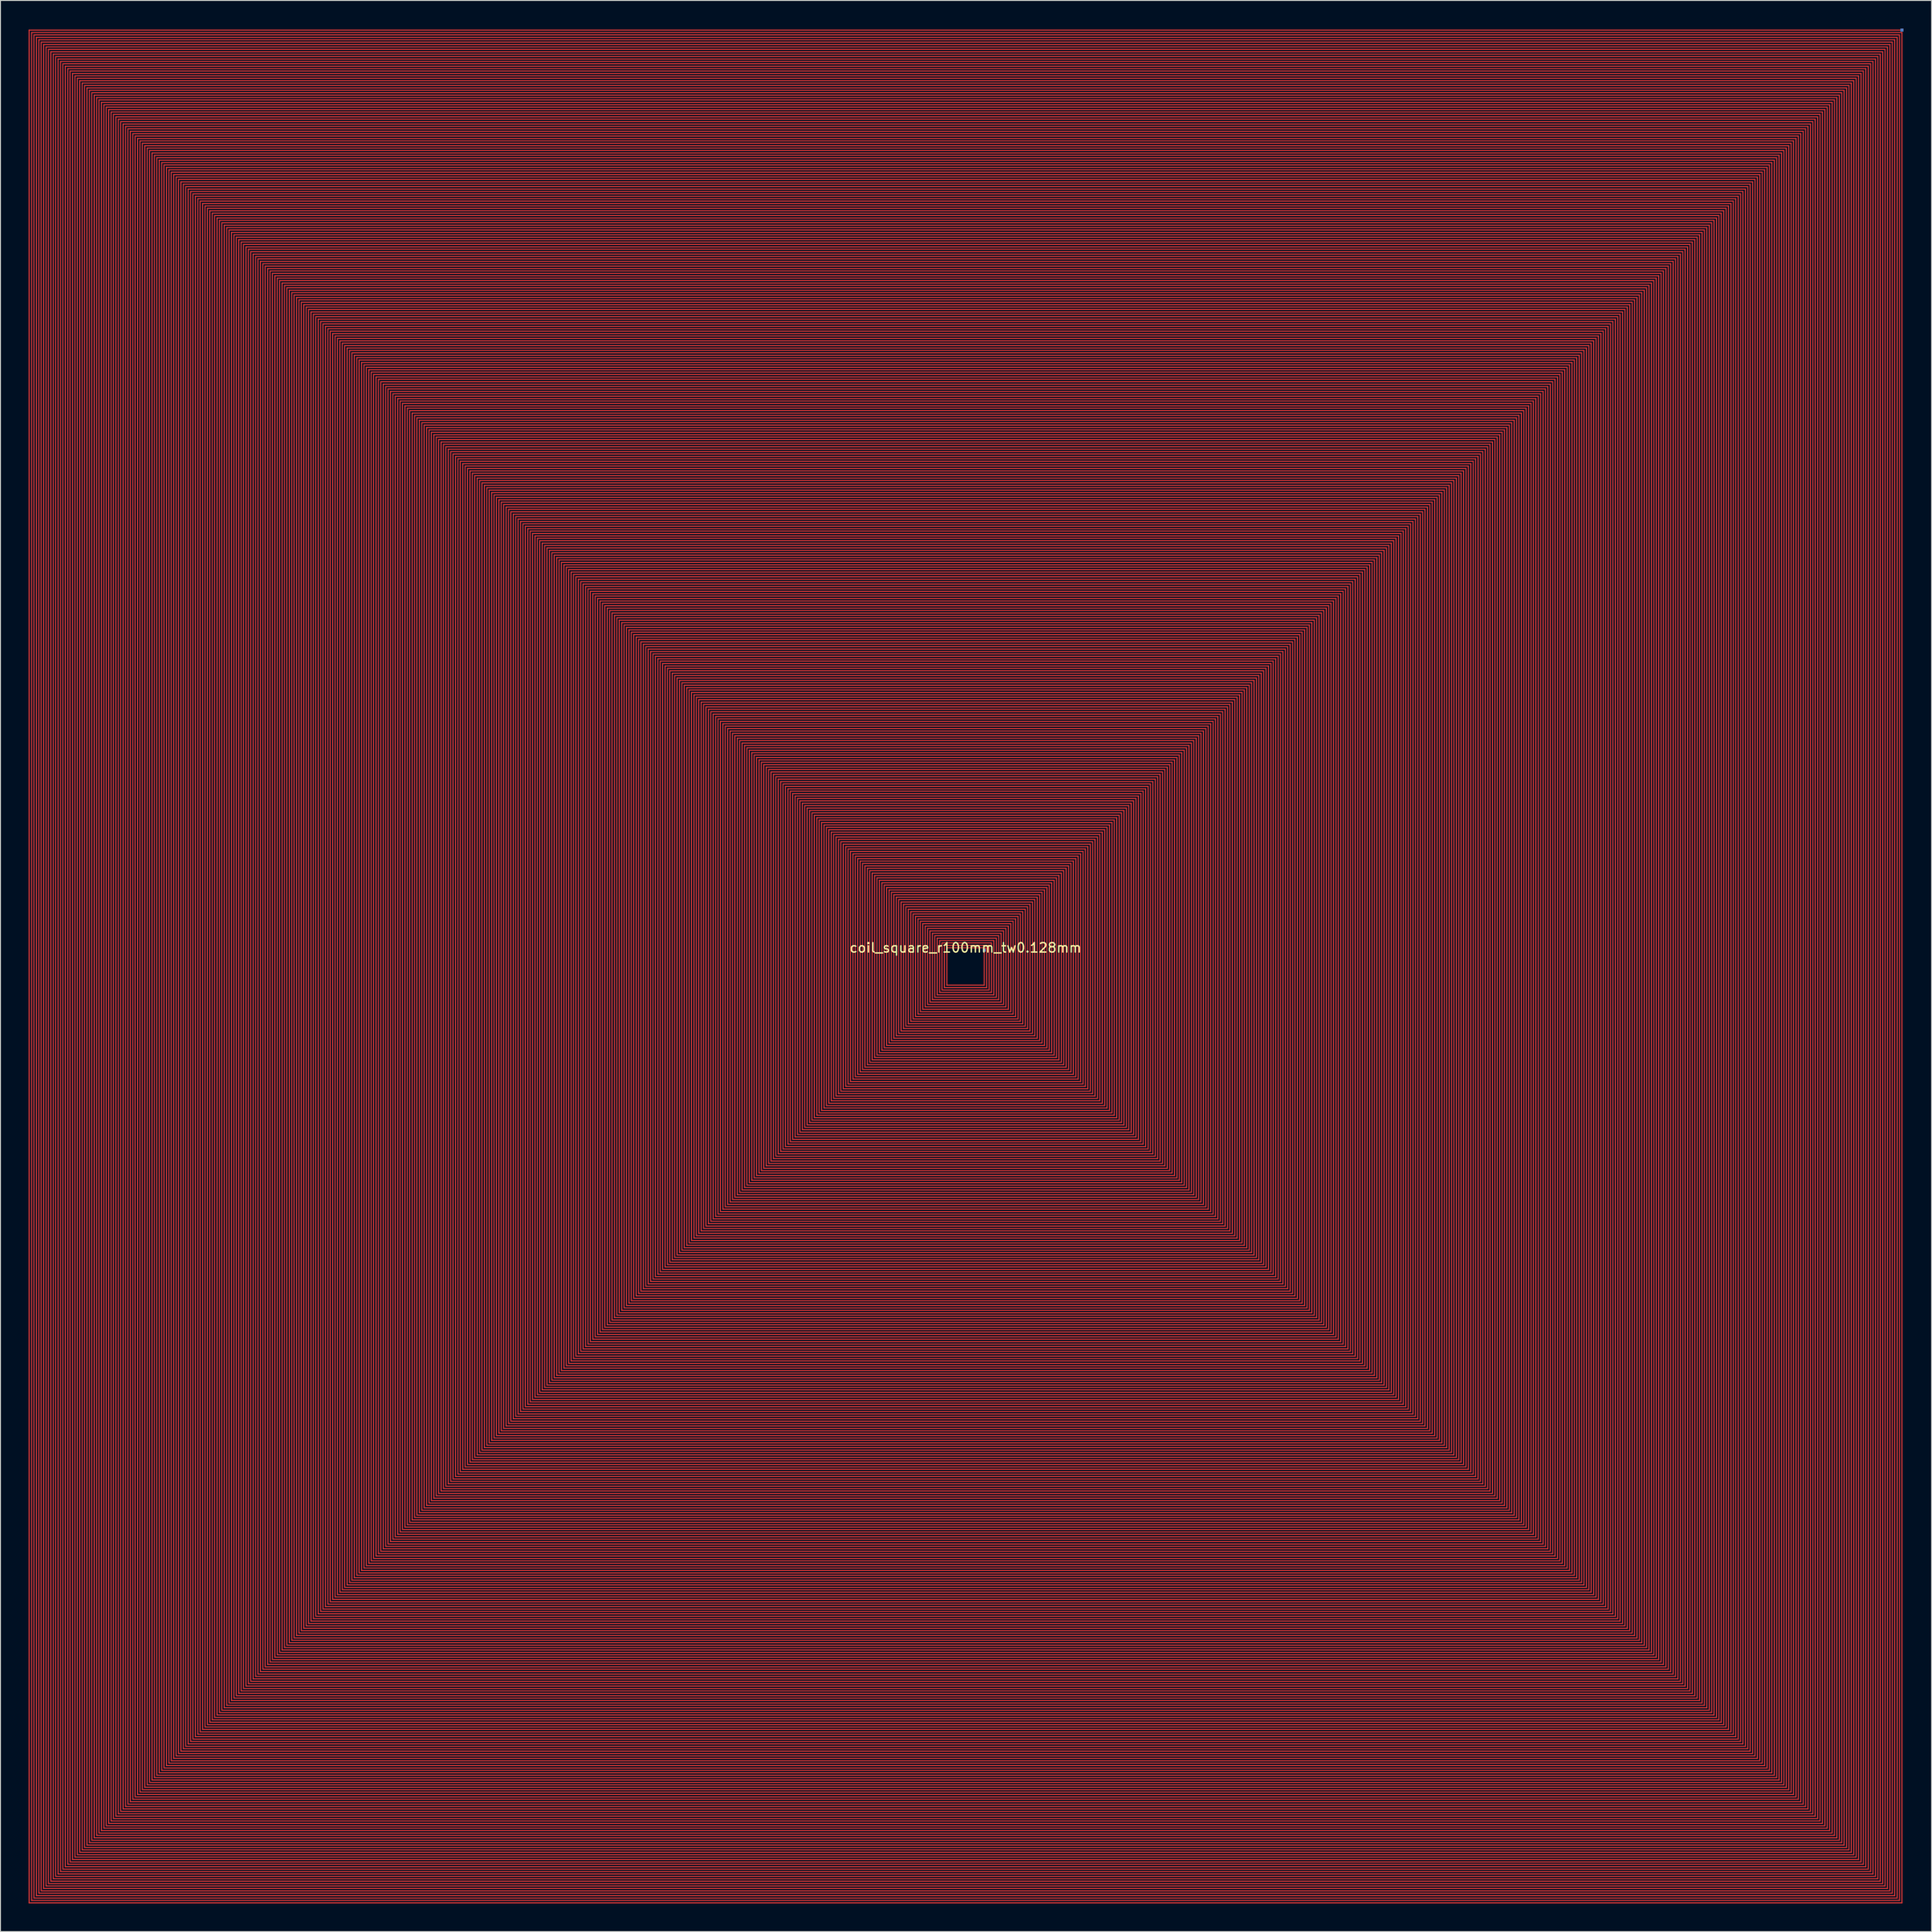
<source format=kicad_pcb>
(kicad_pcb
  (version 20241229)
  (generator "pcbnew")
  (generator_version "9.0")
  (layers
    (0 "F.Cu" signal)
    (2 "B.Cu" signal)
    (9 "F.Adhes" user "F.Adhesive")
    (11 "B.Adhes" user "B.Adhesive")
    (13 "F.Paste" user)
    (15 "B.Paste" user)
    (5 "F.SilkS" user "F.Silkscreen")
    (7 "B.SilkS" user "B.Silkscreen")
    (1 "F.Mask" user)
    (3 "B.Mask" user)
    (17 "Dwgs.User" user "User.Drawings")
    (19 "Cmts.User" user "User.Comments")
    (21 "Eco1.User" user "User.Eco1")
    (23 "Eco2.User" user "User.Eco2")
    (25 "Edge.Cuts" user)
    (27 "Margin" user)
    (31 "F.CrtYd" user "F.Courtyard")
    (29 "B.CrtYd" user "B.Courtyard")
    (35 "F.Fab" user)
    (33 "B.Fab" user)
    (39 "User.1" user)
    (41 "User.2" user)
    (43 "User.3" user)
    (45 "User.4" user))
  (footprint "coil_square_r100mm_tw0.128mm"
    (layer "F.Cu")
    (at 100.064 100.163)
    (property "Reference" "coil_square_r100mm_tw0.128mm" (at 0 -2 0) (layer "F.SilkS") (effects (font (size 1 1) (thickness 0.15))))
    (attr through_hole)
    (fp_line (start -100 -100) (end -100 100) (stroke (width 0.128) (type solid)) (layer "F.Cu"))
    (fp_line (start -100 100) (end 100 100) (stroke (width 0.128) (type solid)) (layer "F.Cu"))
    (fp_line (start -99.743 -99.743) (end -99.743 99.743) (stroke (width 0.128) (type solid)) (layer "F.Cu"))
    (fp_line (start -99.743 99.743) (end 99.743 99.743) (stroke (width 0.128) (type solid)) (layer "F.Cu"))
    (fp_line (start -99.486 -99.486) (end -99.486 99.486) (stroke (width 0.128) (type solid)) (layer "F.Cu"))
    (fp_line (start -99.486 99.486) (end 99.486 99.486) (stroke (width 0.128) (type solid)) (layer "F.Cu"))
    (fp_line (start -99.228 -99.228) (end -99.228 99.228) (stroke (width 0.128) (type solid)) (layer "F.Cu"))
    (fp_line (start -99.228 99.228) (end 99.228 99.228) (stroke (width 0.128) (type solid)) (layer "F.Cu"))
    (fp_line (start -98.971 -98.971) (end -98.971 98.971) (stroke (width 0.128) (type solid)) (layer "F.Cu"))
    (fp_line (start -98.971 98.971) (end 98.971 98.971) (stroke (width 0.128) (type solid)) (layer "F.Cu"))
    (fp_line (start -98.714 -98.714) (end -98.714 98.714) (stroke (width 0.128) (type solid)) (layer "F.Cu"))
    (fp_line (start -98.714 98.714) (end 98.714 98.714) (stroke (width 0.128) (type solid)) (layer "F.Cu"))
    (fp_line (start -98.457 -98.457) (end -98.457 98.457) (stroke (width 0.128) (type solid)) (layer "F.Cu"))
    (fp_line (start -98.457 98.457) (end 98.457 98.457) (stroke (width 0.128) (type solid)) (layer "F.Cu"))
    (fp_line (start -98.199 -98.199) (end -98.199 98.199) (stroke (width 0.128) (type solid)) (layer "F.Cu"))
    (fp_line (start -98.199 98.199) (end 98.199 98.199) (stroke (width 0.128) (type solid)) (layer "F.Cu"))
    (fp_line (start -97.942 -97.942) (end -97.942 97.942) (stroke (width 0.128) (type solid)) (layer "F.Cu"))
    (fp_line (start -97.942 97.942) (end 97.942 97.942) (stroke (width 0.128) (type solid)) (layer "F.Cu"))
    (fp_line (start -97.685 -97.685) (end -97.685 97.685) (stroke (width 0.128) (type solid)) (layer "F.Cu"))
    (fp_line (start -97.685 97.685) (end 97.685 97.685) (stroke (width 0.128) (type solid)) (layer "F.Cu"))
    (fp_line (start -97.428 -97.428) (end -97.428 97.428) (stroke (width 0.128) (type solid)) (layer "F.Cu"))
    (fp_line (start -97.428 97.428) (end 97.428 97.428) (stroke (width 0.128) (type solid)) (layer "F.Cu"))
    (fp_line (start -97.171 -97.171) (end -97.171 97.171) (stroke (width 0.128) (type solid)) (layer "F.Cu"))
    (fp_line (start -97.171 97.171) (end 97.171 97.171) (stroke (width 0.128) (type solid)) (layer "F.Cu"))
    (fp_line (start -96.913 -96.913) (end -96.913 96.913) (stroke (width 0.128) (type solid)) (layer "F.Cu"))
    (fp_line (start -96.913 96.913) (end 96.913 96.913) (stroke (width 0.128) (type solid)) (layer "F.Cu"))
    (fp_line (start -96.656 -96.656) (end -96.656 96.656) (stroke (width 0.128) (type solid)) (layer "F.Cu"))
    (fp_line (start -96.656 96.656) (end 96.656 96.656) (stroke (width 0.128) (type solid)) (layer "F.Cu"))
    (fp_line (start -96.399 -96.399) (end -96.399 96.399) (stroke (width 0.128) (type solid)) (layer "F.Cu"))
    (fp_line (start -96.399 96.399) (end 96.399 96.399) (stroke (width 0.128) (type solid)) (layer "F.Cu"))
    (fp_line (start -96.142 -96.142) (end -96.142 96.142) (stroke (width 0.128) (type solid)) (layer "F.Cu"))
    (fp_line (start -96.142 96.142) (end 96.142 96.142) (stroke (width 0.128) (type solid)) (layer "F.Cu"))
    (fp_line (start -95.885 -95.885) (end -95.885 95.885) (stroke (width 0.128) (type solid)) (layer "F.Cu"))
    (fp_line (start -95.885 95.885) (end 95.885 95.885) (stroke (width 0.128) (type solid)) (layer "F.Cu"))
    (fp_line (start -95.627 -95.627) (end -95.627 95.627) (stroke (width 0.128) (type solid)) (layer "F.Cu"))
    (fp_line (start -95.627 95.627) (end 95.627 95.627) (stroke (width 0.128) (type solid)) (layer "F.Cu"))
    (fp_line (start -95.37 -95.37) (end -95.37 95.37) (stroke (width 0.128) (type solid)) (layer "F.Cu"))
    (fp_line (start -95.37 95.37) (end 95.37 95.37) (stroke (width 0.128) (type solid)) (layer "F.Cu"))
    (fp_line (start -95.113 -95.113) (end -95.113 95.113) (stroke (width 0.128) (type solid)) (layer "F.Cu"))
    (fp_line (start -95.113 95.113) (end 95.113 95.113) (stroke (width 0.128) (type solid)) (layer "F.Cu"))
    (fp_line (start -94.856 -94.856) (end -94.856 94.856) (stroke (width 0.128) (type solid)) (layer "F.Cu"))
    (fp_line (start -94.856 94.856) (end 94.856 94.856) (stroke (width 0.128) (type solid)) (layer "F.Cu"))
    (fp_line (start -94.598 -94.598) (end -94.598 94.598) (stroke (width 0.128) (type solid)) (layer "F.Cu"))
    (fp_line (start -94.598 94.598) (end 94.598 94.598) (stroke (width 0.128) (type solid)) (layer "F.Cu"))
    (fp_line (start -94.341 -94.341) (end -94.341 94.341) (stroke (width 0.128) (type solid)) (layer "F.Cu"))
    (fp_line (start -94.341 94.341) (end 94.341 94.341) (stroke (width 0.128) (type solid)) (layer "F.Cu"))
    (fp_line (start -94.084 -94.084) (end -94.084 94.084) (stroke (width 0.128) (type solid)) (layer "F.Cu"))
    (fp_line (start -94.084 94.084) (end 94.084 94.084) (stroke (width 0.128) (type solid)) (layer "F.Cu"))
    (fp_line (start -93.827 -93.827) (end -93.827 93.827) (stroke (width 0.128) (type solid)) (layer "F.Cu"))
    (fp_line (start -93.827 93.827) (end 93.827 93.827) (stroke (width 0.128) (type solid)) (layer "F.Cu"))
    (fp_line (start -93.57 -93.57) (end -93.57 93.57) (stroke (width 0.128) (type solid)) (layer "F.Cu"))
    (fp_line (start -93.57 93.57) (end 93.57 93.57) (stroke (width 0.128) (type solid)) (layer "F.Cu"))
    (fp_line (start -93.312 -93.312) (end -93.312 93.312) (stroke (width 0.128) (type solid)) (layer "F.Cu"))
    (fp_line (start -93.312 93.312) (end 93.312 93.312) (stroke (width 0.128) (type solid)) (layer "F.Cu"))
    (fp_line (start -93.055 -93.055) (end -93.055 93.055) (stroke (width 0.128) (type solid)) (layer "F.Cu"))
    (fp_line (start -93.055 93.055) (end 93.055 93.055) (stroke (width 0.128) (type solid)) (layer "F.Cu"))
    (fp_line (start -92.798 -92.798) (end -92.798 92.798) (stroke (width 0.128) (type solid)) (layer "F.Cu"))
    (fp_line (start -92.798 92.798) (end 92.798 92.798) (stroke (width 0.128) (type solid)) (layer "F.Cu"))
    (fp_line (start -92.541 -92.541) (end -92.541 92.541) (stroke (width 0.128) (type solid)) (layer "F.Cu"))
    (fp_line (start -92.541 92.541) (end 92.541 92.541) (stroke (width 0.128) (type solid)) (layer "F.Cu"))
    (fp_line (start -92.283 -92.283) (end -92.283 92.283) (stroke (width 0.128) (type solid)) (layer "F.Cu"))
    (fp_line (start -92.283 92.283) (end 92.283 92.283) (stroke (width 0.128) (type solid)) (layer "F.Cu"))
    (fp_line (start -92.026 -92.026) (end -92.026 92.026) (stroke (width 0.128) (type solid)) (layer "F.Cu"))
    (fp_line (start -92.026 92.026) (end 92.026 92.026) (stroke (width 0.128) (type solid)) (layer "F.Cu"))
    (fp_line (start -91.769 -91.769) (end -91.769 91.769) (stroke (width 0.128) (type solid)) (layer "F.Cu"))
    (fp_line (start -91.769 91.769) (end 91.769 91.769) (stroke (width 0.128) (type solid)) (layer "F.Cu"))
    (fp_line (start -91.512 -91.512) (end -91.512 91.512) (stroke (width 0.128) (type solid)) (layer "F.Cu"))
    (fp_line (start -91.512 91.512) (end 91.512 91.512) (stroke (width 0.128) (type solid)) (layer "F.Cu"))
    (fp_line (start -91.255 -91.255) (end -91.255 91.255) (stroke (width 0.128) (type solid)) (layer "F.Cu"))
    (fp_line (start -91.255 91.255) (end 91.255 91.255) (stroke (width 0.128) (type solid)) (layer "F.Cu"))
    (fp_line (start -90.997 -90.997) (end -90.997 90.997) (stroke (width 0.128) (type solid)) (layer "F.Cu"))
    (fp_line (start -90.997 90.997) (end 90.997 90.997) (stroke (width 0.128) (type solid)) (layer "F.Cu"))
    (fp_line (start -90.74 -90.74) (end -90.74 90.74) (stroke (width 0.128) (type solid)) (layer "F.Cu"))
    (fp_line (start -90.74 90.74) (end 90.74 90.74) (stroke (width 0.128) (type solid)) (layer "F.Cu"))
    (fp_line (start -90.483 -90.483) (end -90.483 90.483) (stroke (width 0.128) (type solid)) (layer "F.Cu"))
    (fp_line (start -90.483 90.483) (end 90.483 90.483) (stroke (width 0.128) (type solid)) (layer "F.Cu"))
    (fp_line (start -90.226 -90.226) (end -90.226 90.226) (stroke (width 0.128) (type solid)) (layer "F.Cu"))
    (fp_line (start -90.226 90.226) (end 90.226 90.226) (stroke (width 0.128) (type solid)) (layer "F.Cu"))
    (fp_line (start -89.969 -89.969) (end -89.969 89.969) (stroke (width 0.128) (type solid)) (layer "F.Cu"))
    (fp_line (start -89.969 89.969) (end 89.969 89.969) (stroke (width 0.128) (type solid)) (layer "F.Cu"))
    (fp_line (start -89.711 -89.711) (end -89.711 89.711) (stroke (width 0.128) (type solid)) (layer "F.Cu"))
    (fp_line (start -89.711 89.711) (end 89.711 89.711) (stroke (width 0.128) (type solid)) (layer "F.Cu"))
    (fp_line (start -89.454 -89.454) (end -89.454 89.454) (stroke (width 0.128) (type solid)) (layer "F.Cu"))
    (fp_line (start -89.454 89.454) (end 89.454 89.454) (stroke (width 0.128) (type solid)) (layer "F.Cu"))
    (fp_line (start -89.197 -89.197) (end -89.197 89.197) (stroke (width 0.128) (type solid)) (layer "F.Cu"))
    (fp_line (start -89.197 89.197) (end 89.197 89.197) (stroke (width 0.128) (type solid)) (layer "F.Cu"))
    (fp_line (start -88.94 -88.94) (end -88.94 88.94) (stroke (width 0.128) (type solid)) (layer "F.Cu"))
    (fp_line (start -88.94 88.94) (end 88.94 88.94) (stroke (width 0.128) (type solid)) (layer "F.Cu"))
    (fp_line (start -88.682 -88.682) (end -88.682 88.682) (stroke (width 0.128) (type solid)) (layer "F.Cu"))
    (fp_line (start -88.682 88.682) (end 88.682 88.682) (stroke (width 0.128) (type solid)) (layer "F.Cu"))
    (fp_line (start -88.425 -88.425) (end -88.425 88.425) (stroke (width 0.128) (type solid)) (layer "F.Cu"))
    (fp_line (start -88.425 88.425) (end 88.425 88.425) (stroke (width 0.128) (type solid)) (layer "F.Cu"))
    (fp_line (start -88.168 -88.168) (end -88.168 88.168) (stroke (width 0.128) (type solid)) (layer "F.Cu"))
    (fp_line (start -88.168 88.168) (end 88.168 88.168) (stroke (width 0.128) (type solid)) (layer "F.Cu"))
    (fp_line (start -87.911 -87.911) (end -87.911 87.911) (stroke (width 0.128) (type solid)) (layer "F.Cu"))
    (fp_line (start -87.911 87.911) (end 87.911 87.911) (stroke (width 0.128) (type solid)) (layer "F.Cu"))
    (fp_line (start -87.654 -87.654) (end -87.654 87.654) (stroke (width 0.128) (type solid)) (layer "F.Cu"))
    (fp_line (start -87.654 87.654) (end 87.654 87.654) (stroke (width 0.128) (type solid)) (layer "F.Cu"))
    (fp_line (start -87.396 -87.396) (end -87.396 87.396) (stroke (width 0.128) (type solid)) (layer "F.Cu"))
    (fp_line (start -87.396 87.396) (end 87.396 87.396) (stroke (width 0.128) (type solid)) (layer "F.Cu"))
    (fp_line (start -87.139 -87.139) (end -87.139 87.139) (stroke (width 0.128) (type solid)) (layer "F.Cu"))
    (fp_line (start -87.139 87.139) (end 87.139 87.139) (stroke (width 0.128) (type solid)) (layer "F.Cu"))
    (fp_line (start -86.882 -86.882) (end -86.882 86.882) (stroke (width 0.128) (type solid)) (layer "F.Cu"))
    (fp_line (start -86.882 86.882) (end 86.882 86.882) (stroke (width 0.128) (type solid)) (layer "F.Cu"))
    (fp_line (start -86.625 -86.625) (end -86.625 86.625) (stroke (width 0.128) (type solid)) (layer "F.Cu"))
    (fp_line (start -86.625 86.625) (end 86.625 86.625) (stroke (width 0.128) (type solid)) (layer "F.Cu"))
    (fp_line (start -86.367 -86.367) (end -86.367 86.367) (stroke (width 0.128) (type solid)) (layer "F.Cu"))
    (fp_line (start -86.367 86.367) (end 86.367 86.367) (stroke (width 0.128) (type solid)) (layer "F.Cu"))
    (fp_line (start -86.11 -86.11) (end -86.11 86.11) (stroke (width 0.128) (type solid)) (layer "F.Cu"))
    (fp_line (start -86.11 86.11) (end 86.11 86.11) (stroke (width 0.128) (type solid)) (layer "F.Cu"))
    (fp_line (start -85.853 -85.853) (end -85.853 85.853) (stroke (width 0.128) (type solid)) (layer "F.Cu"))
    (fp_line (start -85.853 85.853) (end 85.853 85.853) (stroke (width 0.128) (type solid)) (layer "F.Cu"))
    (fp_line (start -85.596 -85.596) (end -85.596 85.596) (stroke (width 0.128) (type solid)) (layer "F.Cu"))
    (fp_line (start -85.596 85.596) (end 85.596 85.596) (stroke (width 0.128) (type solid)) (layer "F.Cu"))
    (fp_line (start -85.339 -85.339) (end -85.339 85.339) (stroke (width 0.128) (type solid)) (layer "F.Cu"))
    (fp_line (start -85.339 85.339) (end 85.339 85.339) (stroke (width 0.128) (type solid)) (layer "F.Cu"))
    (fp_line (start -85.081 -85.081) (end -85.081 85.081) (stroke (width 0.128) (type solid)) (layer "F.Cu"))
    (fp_line (start -85.081 85.081) (end 85.081 85.081) (stroke (width 0.128) (type solid)) (layer "F.Cu"))
    (fp_line (start -84.824 -84.824) (end -84.824 84.824) (stroke (width 0.128) (type solid)) (layer "F.Cu"))
    (fp_line (start -84.824 84.824) (end 84.824 84.824) (stroke (width 0.128) (type solid)) (layer "F.Cu"))
    (fp_line (start -84.567 -84.567) (end -84.567 84.567) (stroke (width 0.128) (type solid)) (layer "F.Cu"))
    (fp_line (start -84.567 84.567) (end 84.567 84.567) (stroke (width 0.128) (type solid)) (layer "F.Cu"))
    (fp_line (start -84.31 -84.31) (end -84.31 84.31) (stroke (width 0.128) (type solid)) (layer "F.Cu"))
    (fp_line (start -84.31 84.31) (end 84.31 84.31) (stroke (width 0.128) (type solid)) (layer "F.Cu"))
    (fp_line (start -84.052 -84.052) (end -84.052 84.052) (stroke (width 0.128) (type solid)) (layer "F.Cu"))
    (fp_line (start -84.052 84.052) (end 84.052 84.052) (stroke (width 0.128) (type solid)) (layer "F.Cu"))
    (fp_line (start -83.795 -83.795) (end -83.795 83.795) (stroke (width 0.128) (type solid)) (layer "F.Cu"))
    (fp_line (start -83.795 83.795) (end 83.795 83.795) (stroke (width 0.128) (type solid)) (layer "F.Cu"))
    (fp_line (start -83.538 -83.538) (end -83.538 83.538) (stroke (width 0.128) (type solid)) (layer "F.Cu"))
    (fp_line (start -83.538 83.538) (end 83.538 83.538) (stroke (width 0.128) (type solid)) (layer "F.Cu"))
    (fp_line (start -83.281 -83.281) (end -83.281 83.281) (stroke (width 0.128) (type solid)) (layer "F.Cu"))
    (fp_line (start -83.281 83.281) (end 83.281 83.281) (stroke (width 0.128) (type solid)) (layer "F.Cu"))
    (fp_line (start -83.024 -83.024) (end -83.024 83.024) (stroke (width 0.128) (type solid)) (layer "F.Cu"))
    (fp_line (start -83.024 83.024) (end 83.024 83.024) (stroke (width 0.128) (type solid)) (layer "F.Cu"))
    (fp_line (start -82.766 -82.766) (end -82.766 82.766) (stroke (width 0.128) (type solid)) (layer "F.Cu"))
    (fp_line (start -82.766 82.766) (end 82.766 82.766) (stroke (width 0.128) (type solid)) (layer "F.Cu"))
    (fp_line (start -82.509 -82.509) (end -82.509 82.509) (stroke (width 0.128) (type solid)) (layer "F.Cu"))
    (fp_line (start -82.509 82.509) (end 82.509 82.509) (stroke (width 0.128) (type solid)) (layer "F.Cu"))
    (fp_line (start -82.252 -82.252) (end -82.252 82.252) (stroke (width 0.128) (type solid)) (layer "F.Cu"))
    (fp_line (start -82.252 82.252) (end 82.252 82.252) (stroke (width 0.128) (type solid)) (layer "F.Cu"))
    (fp_line (start -81.995 -81.995) (end -81.995 81.995) (stroke (width 0.128) (type solid)) (layer "F.Cu"))
    (fp_line (start -81.995 81.995) (end 81.995 81.995) (stroke (width 0.128) (type solid)) (layer "F.Cu"))
    (fp_line (start -81.738 -81.738) (end -81.738 81.738) (stroke (width 0.128) (type solid)) (layer "F.Cu"))
    (fp_line (start -81.738 81.738) (end 81.738 81.738) (stroke (width 0.128) (type solid)) (layer "F.Cu"))
    (fp_line (start -81.48 -81.48) (end -81.48 81.48) (stroke (width 0.128) (type solid)) (layer "F.Cu"))
    (fp_line (start -81.48 81.48) (end 81.48 81.48) (stroke (width 0.128) (type solid)) (layer "F.Cu"))
    (fp_line (start -81.223 -81.223) (end -81.223 81.223) (stroke (width 0.128) (type solid)) (layer "F.Cu"))
    (fp_line (start -81.223 81.223) (end 81.223 81.223) (stroke (width 0.128) (type solid)) (layer "F.Cu"))
    (fp_line (start -80.966 -80.966) (end -80.966 80.966) (stroke (width 0.128) (type solid)) (layer "F.Cu"))
    (fp_line (start -80.966 80.966) (end 80.966 80.966) (stroke (width 0.128) (type solid)) (layer "F.Cu"))
    (fp_line (start -80.709 -80.709) (end -80.709 80.709) (stroke (width 0.128) (type solid)) (layer "F.Cu"))
    (fp_line (start -80.709 80.709) (end 80.709 80.709) (stroke (width 0.128) (type solid)) (layer "F.Cu"))
    (fp_line (start -80.451 -80.451) (end -80.451 80.451) (stroke (width 0.128) (type solid)) (layer "F.Cu"))
    (fp_line (start -80.451 80.451) (end 80.451 80.451) (stroke (width 0.128) (type solid)) (layer "F.Cu"))
    (fp_line (start -80.194 -80.194) (end -80.194 80.194) (stroke (width 0.128) (type solid)) (layer "F.Cu"))
    (fp_line (start -80.194 80.194) (end 80.194 80.194) (stroke (width 0.128) (type solid)) (layer "F.Cu"))
    (fp_line (start -79.937 -79.937) (end -79.937 79.937) (stroke (width 0.128) (type solid)) (layer "F.Cu"))
    (fp_line (start -79.937 79.937) (end 79.937 79.937) (stroke (width 0.128) (type solid)) (layer "F.Cu"))
    (fp_line (start -79.68 -79.68) (end -79.68 79.68) (stroke (width 0.128) (type solid)) (layer "F.Cu"))
    (fp_line (start -79.68 79.68) (end 79.68 79.68) (stroke (width 0.128) (type solid)) (layer "F.Cu"))
    (fp_line (start -79.423 -79.423) (end -79.423 79.423) (stroke (width 0.128) (type solid)) (layer "F.Cu"))
    (fp_line (start -79.423 79.423) (end 79.423 79.423) (stroke (width 0.128) (type solid)) (layer "F.Cu"))
    (fp_line (start -79.165 -79.165) (end -79.165 79.165) (stroke (width 0.128) (type solid)) (layer "F.Cu"))
    (fp_line (start -79.165 79.165) (end 79.165 79.165) (stroke (width 0.128) (type solid)) (layer "F.Cu"))
    (fp_line (start -78.908 -78.908) (end -78.908 78.908) (stroke (width 0.128) (type solid)) (layer "F.Cu"))
    (fp_line (start -78.908 78.908) (end 78.908 78.908) (stroke (width 0.128) (type solid)) (layer "F.Cu"))
    (fp_line (start -78.651 -78.651) (end -78.651 78.651) (stroke (width 0.128) (type solid)) (layer "F.Cu"))
    (fp_line (start -78.651 78.651) (end 78.651 78.651) (stroke (width 0.128) (type solid)) (layer "F.Cu"))
    (fp_line (start -78.394 -78.394) (end -78.394 78.394) (stroke (width 0.128) (type solid)) (layer "F.Cu"))
    (fp_line (start -78.394 78.394) (end 78.394 78.394) (stroke (width 0.128) (type solid)) (layer "F.Cu"))
    (fp_line (start -78.136 -78.136) (end -78.136 78.136) (stroke (width 0.128) (type solid)) (layer "F.Cu"))
    (fp_line (start -78.136 78.136) (end 78.136 78.136) (stroke (width 0.128) (type solid)) (layer "F.Cu"))
    (fp_line (start -77.879 -77.879) (end -77.879 77.879) (stroke (width 0.128) (type solid)) (layer "F.Cu"))
    (fp_line (start -77.879 77.879) (end 77.879 77.879) (stroke (width 0.128) (type solid)) (layer "F.Cu"))
    (fp_line (start -77.622 -77.622) (end -77.622 77.622) (stroke (width 0.128) (type solid)) (layer "F.Cu"))
    (fp_line (start -77.622 77.622) (end 77.622 77.622) (stroke (width 0.128) (type solid)) (layer "F.Cu"))
    (fp_line (start -77.365 -77.365) (end -77.365 77.365) (stroke (width 0.128) (type solid)) (layer "F.Cu"))
    (fp_line (start -77.365 77.365) (end 77.365 77.365) (stroke (width 0.128) (type solid)) (layer "F.Cu"))
    (fp_line (start -77.108 -77.108) (end -77.108 77.108) (stroke (width 0.128) (type solid)) (layer "F.Cu"))
    (fp_line (start -77.108 77.108) (end 77.108 77.108) (stroke (width 0.128) (type solid)) (layer "F.Cu"))
    (fp_line (start -76.85 -76.85) (end -76.85 76.85) (stroke (width 0.128) (type solid)) (layer "F.Cu"))
    (fp_line (start -76.85 76.85) (end 76.85 76.85) (stroke (width 0.128) (type solid)) (layer "F.Cu"))
    (fp_line (start -76.593 -76.593) (end -76.593 76.593) (stroke (width 0.128) (type solid)) (layer "F.Cu"))
    (fp_line (start -76.593 76.593) (end 76.593 76.593) (stroke (width 0.128) (type solid)) (layer "F.Cu"))
    (fp_line (start -76.336 -76.336) (end -76.336 76.336) (stroke (width 0.128) (type solid)) (layer "F.Cu"))
    (fp_line (start -76.336 76.336) (end 76.336 76.336) (stroke (width 0.128) (type solid)) (layer "F.Cu"))
    (fp_line (start -76.079 -76.079) (end -76.079 76.079) (stroke (width 0.128) (type solid)) (layer "F.Cu"))
    (fp_line (start -76.079 76.079) (end 76.079 76.079) (stroke (width 0.128) (type solid)) (layer "F.Cu"))
    (fp_line (start -75.822 -75.822) (end -75.822 75.822) (stroke (width 0.128) (type solid)) (layer "F.Cu"))
    (fp_line (start -75.822 75.822) (end 75.822 75.822) (stroke (width 0.128) (type solid)) (layer "F.Cu"))
    (fp_line (start -75.564 -75.564) (end -75.564 75.564) (stroke (width 0.128) (type solid)) (layer "F.Cu"))
    (fp_line (start -75.564 75.564) (end 75.564 75.564) (stroke (width 0.128) (type solid)) (layer "F.Cu"))
    (fp_line (start -75.307 -75.307) (end -75.307 75.307) (stroke (width 0.128) (type solid)) (layer "F.Cu"))
    (fp_line (start -75.307 75.307) (end 75.307 75.307) (stroke (width 0.128) (type solid)) (layer "F.Cu"))
    (fp_line (start -75.05 -75.05) (end -75.05 75.05) (stroke (width 0.128) (type solid)) (layer "F.Cu"))
    (fp_line (start -75.05 75.05) (end 75.05 75.05) (stroke (width 0.128) (type solid)) (layer "F.Cu"))
    (fp_line (start -74.793 -74.793) (end -74.793 74.793) (stroke (width 0.128) (type solid)) (layer "F.Cu"))
    (fp_line (start -74.793 74.793) (end 74.793 74.793) (stroke (width 0.128) (type solid)) (layer "F.Cu"))
    (fp_line (start -74.535 -74.535) (end -74.535 74.535) (stroke (width 0.128) (type solid)) (layer "F.Cu"))
    (fp_line (start -74.535 74.535) (end 74.535 74.535) (stroke (width 0.128) (type solid)) (layer "F.Cu"))
    (fp_line (start -74.278 -74.278) (end -74.278 74.278) (stroke (width 0.128) (type solid)) (layer "F.Cu"))
    (fp_line (start -74.278 74.278) (end 74.278 74.278) (stroke (width 0.128) (type solid)) (layer "F.Cu"))
    (fp_line (start -74.021 -74.021) (end -74.021 74.021) (stroke (width 0.128) (type solid)) (layer "F.Cu"))
    (fp_line (start -74.021 74.021) (end 74.021 74.021) (stroke (width 0.128) (type solid)) (layer "F.Cu"))
    (fp_line (start -73.764 -73.764) (end -73.764 73.764) (stroke (width 0.128) (type solid)) (layer "F.Cu"))
    (fp_line (start -73.764 73.764) (end 73.764 73.764) (stroke (width 0.128) (type solid)) (layer "F.Cu"))
    (fp_line (start -73.507 -73.507) (end -73.507 73.507) (stroke (width 0.128) (type solid)) (layer "F.Cu"))
    (fp_line (start -73.507 73.507) (end 73.507 73.507) (stroke (width 0.128) (type solid)) (layer "F.Cu"))
    (fp_line (start -73.249 -73.249) (end -73.249 73.249) (stroke (width 0.128) (type solid)) (layer "F.Cu"))
    (fp_line (start -73.249 73.249) (end 73.249 73.249) (stroke (width 0.128) (type solid)) (layer "F.Cu"))
    (fp_line (start -72.992 -72.992) (end -72.992 72.992) (stroke (width 0.128) (type solid)) (layer "F.Cu"))
    (fp_line (start -72.992 72.992) (end 72.992 72.992) (stroke (width 0.128) (type solid)) (layer "F.Cu"))
    (fp_line (start -72.735 -72.735) (end -72.735 72.735) (stroke (width 0.128) (type solid)) (layer "F.Cu"))
    (fp_line (start -72.735 72.735) (end 72.735 72.735) (stroke (width 0.128) (type solid)) (layer "F.Cu"))
    (fp_line (start -72.478 -72.478) (end -72.478 72.478) (stroke (width 0.128) (type solid)) (layer "F.Cu"))
    (fp_line (start -72.478 72.478) (end 72.478 72.478) (stroke (width 0.128) (type solid)) (layer "F.Cu"))
    (fp_line (start -72.22 -72.22) (end -72.22 72.22) (stroke (width 0.128) (type solid)) (layer "F.Cu"))
    (fp_line (start -72.22 72.22) (end 72.22 72.22) (stroke (width 0.128) (type solid)) (layer "F.Cu"))
    (fp_line (start -71.963 -71.963) (end -71.963 71.963) (stroke (width 0.128) (type solid)) (layer "F.Cu"))
    (fp_line (start -71.963 71.963) (end 71.963 71.963) (stroke (width 0.128) (type solid)) (layer "F.Cu"))
    (fp_line (start -71.706 -71.706) (end -71.706 71.706) (stroke (width 0.128) (type solid)) (layer "F.Cu"))
    (fp_line (start -71.706 71.706) (end 71.706 71.706) (stroke (width 0.128) (type solid)) (layer "F.Cu"))
    (fp_line (start -71.449 -71.449) (end -71.449 71.449) (stroke (width 0.128) (type solid)) (layer "F.Cu"))
    (fp_line (start -71.449 71.449) (end 71.449 71.449) (stroke (width 0.128) (type solid)) (layer "F.Cu"))
    (fp_line (start -71.192 -71.192) (end -71.192 71.192) (stroke (width 0.128) (type solid)) (layer "F.Cu"))
    (fp_line (start -71.192 71.192) (end 71.192 71.192) (stroke (width 0.128) (type solid)) (layer "F.Cu"))
    (fp_line (start -70.934 -70.934) (end -70.934 70.934) (stroke (width 0.128) (type solid)) (layer "F.Cu"))
    (fp_line (start -70.934 70.934) (end 70.934 70.934) (stroke (width 0.128) (type solid)) (layer "F.Cu"))
    (fp_line (start -70.677 -70.677) (end -70.677 70.677) (stroke (width 0.128) (type solid)) (layer "F.Cu"))
    (fp_line (start -70.677 70.677) (end 70.677 70.677) (stroke (width 0.128) (type solid)) (layer "F.Cu"))
    (fp_line (start -70.42 -70.42) (end -70.42 70.42) (stroke (width 0.128) (type solid)) (layer "F.Cu"))
    (fp_line (start -70.42 70.42) (end 70.42 70.42) (stroke (width 0.128) (type solid)) (layer "F.Cu"))
    (fp_line (start -70.163 -70.163) (end -70.163 70.163) (stroke (width 0.128) (type solid)) (layer "F.Cu"))
    (fp_line (start -70.163 70.163) (end 70.163 70.163) (stroke (width 0.128) (type solid)) (layer "F.Cu"))
    (fp_line (start -69.906 -69.906) (end -69.906 69.906) (stroke (width 0.128) (type solid)) (layer "F.Cu"))
    (fp_line (start -69.906 69.906) (end 69.906 69.906) (stroke (width 0.128) (type solid)) (layer "F.Cu"))
    (fp_line (start -69.648 -69.648) (end -69.648 69.648) (stroke (width 0.128) (type solid)) (layer "F.Cu"))
    (fp_line (start -69.648 69.648) (end 69.648 69.648) (stroke (width 0.128) (type solid)) (layer "F.Cu"))
    (fp_line (start -69.391 -69.391) (end -69.391 69.391) (stroke (width 0.128) (type solid)) (layer "F.Cu"))
    (fp_line (start -69.391 69.391) (end 69.391 69.391) (stroke (width 0.128) (type solid)) (layer "F.Cu"))
    (fp_line (start -69.134 -69.134) (end -69.134 69.134) (stroke (width 0.128) (type solid)) (layer "F.Cu"))
    (fp_line (start -69.134 69.134) (end 69.134 69.134) (stroke (width 0.128) (type solid)) (layer "F.Cu"))
    (fp_line (start -68.877 -68.877) (end -68.877 68.877) (stroke (width 0.128) (type solid)) (layer "F.Cu"))
    (fp_line (start -68.877 68.877) (end 68.877 68.877) (stroke (width 0.128) (type solid)) (layer "F.Cu"))
    (fp_line (start -68.619 -68.619) (end -68.619 68.619) (stroke (width 0.128) (type solid)) (layer "F.Cu"))
    (fp_line (start -68.619 68.619) (end 68.619 68.619) (stroke (width 0.128) (type solid)) (layer "F.Cu"))
    (fp_line (start -68.362 -68.362) (end -68.362 68.362) (stroke (width 0.128) (type solid)) (layer "F.Cu"))
    (fp_line (start -68.362 68.362) (end 68.362 68.362) (stroke (width 0.128) (type solid)) (layer "F.Cu"))
    (fp_line (start -68.105 -68.105) (end -68.105 68.105) (stroke (width 0.128) (type solid)) (layer "F.Cu"))
    (fp_line (start -68.105 68.105) (end 68.105 68.105) (stroke (width 0.128) (type solid)) (layer "F.Cu"))
    (fp_line (start -67.848 -67.848) (end -67.848 67.848) (stroke (width 0.128) (type solid)) (layer "F.Cu"))
    (fp_line (start -67.848 67.848) (end 67.848 67.848) (stroke (width 0.128) (type solid)) (layer "F.Cu"))
    (fp_line (start -67.591 -67.591) (end -67.591 67.591) (stroke (width 0.128) (type solid)) (layer "F.Cu"))
    (fp_line (start -67.591 67.591) (end 67.591 67.591) (stroke (width 0.128) (type solid)) (layer "F.Cu"))
    (fp_line (start -67.333 -67.333) (end -67.333 67.333) (stroke (width 0.128) (type solid)) (layer "F.Cu"))
    (fp_line (start -67.333 67.333) (end 67.333 67.333) (stroke (width 0.128) (type solid)) (layer "F.Cu"))
    (fp_line (start -67.076 -67.076) (end -67.076 67.076) (stroke (width 0.128) (type solid)) (layer "F.Cu"))
    (fp_line (start -67.076 67.076) (end 67.076 67.076) (stroke (width 0.128) (type solid)) (layer "F.Cu"))
    (fp_line (start -66.819 -66.819) (end -66.819 66.819) (stroke (width 0.128) (type solid)) (layer "F.Cu"))
    (fp_line (start -66.819 66.819) (end 66.819 66.819) (stroke (width 0.128) (type solid)) (layer "F.Cu"))
    (fp_line (start -66.562 -66.562) (end -66.562 66.562) (stroke (width 0.128) (type solid)) (layer "F.Cu"))
    (fp_line (start -66.562 66.562) (end 66.562 66.562) (stroke (width 0.128) (type solid)) (layer "F.Cu"))
    (fp_line (start -66.304 -66.304) (end -66.304 66.304) (stroke (width 0.128) (type solid)) (layer "F.Cu"))
    (fp_line (start -66.304 66.304) (end 66.304 66.304) (stroke (width 0.128) (type solid)) (layer "F.Cu"))
    (fp_line (start -66.047 -66.047) (end -66.047 66.047) (stroke (width 0.128) (type solid)) (layer "F.Cu"))
    (fp_line (start -66.047 66.047) (end 66.047 66.047) (stroke (width 0.128) (type solid)) (layer "F.Cu"))
    (fp_line (start -65.79 -65.79) (end -65.79 65.79) (stroke (width 0.128) (type solid)) (layer "F.Cu"))
    (fp_line (start -65.79 65.79) (end 65.79 65.79) (stroke (width 0.128) (type solid)) (layer "F.Cu"))
    (fp_line (start -65.533 -65.533) (end -65.533 65.533) (stroke (width 0.128) (type solid)) (layer "F.Cu"))
    (fp_line (start -65.533 65.533) (end 65.533 65.533) (stroke (width 0.128) (type solid)) (layer "F.Cu"))
    (fp_line (start -65.276 -65.276) (end -65.276 65.276) (stroke (width 0.128) (type solid)) (layer "F.Cu"))
    (fp_line (start -65.276 65.276) (end 65.276 65.276) (stroke (width 0.128) (type solid)) (layer "F.Cu"))
    (fp_line (start -65.018 -65.018) (end -65.018 65.018) (stroke (width 0.128) (type solid)) (layer "F.Cu"))
    (fp_line (start -65.018 65.018) (end 65.018 65.018) (stroke (width 0.128) (type solid)) (layer "F.Cu"))
    (fp_line (start -64.761 -64.761) (end -64.761 64.761) (stroke (width 0.128) (type solid)) (layer "F.Cu"))
    (fp_line (start -64.761 64.761) (end 64.761 64.761) (stroke (width 0.128) (type solid)) (layer "F.Cu"))
    (fp_line (start -64.504 -64.504) (end -64.504 64.504) (stroke (width 0.128) (type solid)) (layer "F.Cu"))
    (fp_line (start -64.504 64.504) (end 64.504 64.504) (stroke (width 0.128) (type solid)) (layer "F.Cu"))
    (fp_line (start -64.247 -64.247) (end -64.247 64.247) (stroke (width 0.128) (type solid)) (layer "F.Cu"))
    (fp_line (start -64.247 64.247) (end 64.247 64.247) (stroke (width 0.128) (type solid)) (layer "F.Cu"))
    (fp_line (start -63.99 -63.99) (end -63.99 63.99) (stroke (width 0.128) (type solid)) (layer "F.Cu"))
    (fp_line (start -63.99 63.99) (end 63.99 63.99) (stroke (width 0.128) (type solid)) (layer "F.Cu"))
    (fp_line (start -63.732 -63.732) (end -63.732 63.732) (stroke (width 0.128) (type solid)) (layer "F.Cu"))
    (fp_line (start -63.732 63.732) (end 63.732 63.732) (stroke (width 0.128) (type solid)) (layer "F.Cu"))
    (fp_line (start -63.475 -63.475) (end -63.475 63.475) (stroke (width 0.128) (type solid)) (layer "F.Cu"))
    (fp_line (start -63.475 63.475) (end 63.475 63.475) (stroke (width 0.128) (type solid)) (layer "F.Cu"))
    (fp_line (start -63.218 -63.218) (end -63.218 63.218) (stroke (width 0.128) (type solid)) (layer "F.Cu"))
    (fp_line (start -63.218 63.218) (end 63.218 63.218) (stroke (width 0.128) (type solid)) (layer "F.Cu"))
    (fp_line (start -62.961 -62.961) (end -62.961 62.961) (stroke (width 0.128) (type solid)) (layer "F.Cu"))
    (fp_line (start -62.961 62.961) (end 62.961 62.961) (stroke (width 0.128) (type solid)) (layer "F.Cu"))
    (fp_line (start -62.703 -62.703) (end -62.703 62.703) (stroke (width 0.128) (type solid)) (layer "F.Cu"))
    (fp_line (start -62.703 62.703) (end 62.703 62.703) (stroke (width 0.128) (type solid)) (layer "F.Cu"))
    (fp_line (start -62.446 -62.446) (end -62.446 62.446) (stroke (width 0.128) (type solid)) (layer "F.Cu"))
    (fp_line (start -62.446 62.446) (end 62.446 62.446) (stroke (width 0.128) (type solid)) (layer "F.Cu"))
    (fp_line (start -62.189 -62.189) (end -62.189 62.189) (stroke (width 0.128) (type solid)) (layer "F.Cu"))
    (fp_line (start -62.189 62.189) (end 62.189 62.189) (stroke (width 0.128) (type solid)) (layer "F.Cu"))
    (fp_line (start -61.932 -61.932) (end -61.932 61.932) (stroke (width 0.128) (type solid)) (layer "F.Cu"))
    (fp_line (start -61.932 61.932) (end 61.932 61.932) (stroke (width 0.128) (type solid)) (layer "F.Cu"))
    (fp_line (start -61.675 -61.675) (end -61.675 61.675) (stroke (width 0.128) (type solid)) (layer "F.Cu"))
    (fp_line (start -61.675 61.675) (end 61.675 61.675) (stroke (width 0.128) (type solid)) (layer "F.Cu"))
    (fp_line (start -61.417 -61.417) (end -61.417 61.417) (stroke (width 0.128) (type solid)) (layer "F.Cu"))
    (fp_line (start -61.417 61.417) (end 61.417 61.417) (stroke (width 0.128) (type solid)) (layer "F.Cu"))
    (fp_line (start -61.16 -61.16) (end -61.16 61.16) (stroke (width 0.128) (type solid)) (layer "F.Cu"))
    (fp_line (start -61.16 61.16) (end 61.16 61.16) (stroke (width 0.128) (type solid)) (layer "F.Cu"))
    (fp_line (start -60.903 -60.903) (end -60.903 60.903) (stroke (width 0.128) (type solid)) (layer "F.Cu"))
    (fp_line (start -60.903 60.903) (end 60.903 60.903) (stroke (width 0.128) (type solid)) (layer "F.Cu"))
    (fp_line (start -60.646 -60.646) (end -60.646 60.646) (stroke (width 0.128) (type solid)) (layer "F.Cu"))
    (fp_line (start -60.646 60.646) (end 60.646 60.646) (stroke (width 0.128) (type solid)) (layer "F.Cu"))
    (fp_line (start -60.388 -60.388) (end -60.388 60.388) (stroke (width 0.128) (type solid)) (layer "F.Cu"))
    (fp_line (start -60.388 60.388) (end 60.388 60.388) (stroke (width 0.128) (type solid)) (layer "F.Cu"))
    (fp_line (start -60.131 -60.131) (end -60.131 60.131) (stroke (width 0.128) (type solid)) (layer "F.Cu"))
    (fp_line (start -60.131 60.131) (end 60.131 60.131) (stroke (width 0.128) (type solid)) (layer "F.Cu"))
    (fp_line (start -59.874 -59.874) (end -59.874 59.874) (stroke (width 0.128) (type solid)) (layer "F.Cu"))
    (fp_line (start -59.874 59.874) (end 59.874 59.874) (stroke (width 0.128) (type solid)) (layer "F.Cu"))
    (fp_line (start -59.617 -59.617) (end -59.617 59.617) (stroke (width 0.128) (type solid)) (layer "F.Cu"))
    (fp_line (start -59.617 59.617) (end 59.617 59.617) (stroke (width 0.128) (type solid)) (layer "F.Cu"))
    (fp_line (start -59.36 -59.36) (end -59.36 59.36) (stroke (width 0.128) (type solid)) (layer "F.Cu"))
    (fp_line (start -59.36 59.36) (end 59.36 59.36) (stroke (width 0.128) (type solid)) (layer "F.Cu"))
    (fp_line (start -59.102 -59.102) (end -59.102 59.102) (stroke (width 0.128) (type solid)) (layer "F.Cu"))
    (fp_line (start -59.102 59.102) (end 59.102 59.102) (stroke (width 0.128) (type solid)) (layer "F.Cu"))
    (fp_line (start -58.845 -58.845) (end -58.845 58.845) (stroke (width 0.128) (type solid)) (layer "F.Cu"))
    (fp_line (start -58.845 58.845) (end 58.845 58.845) (stroke (width 0.128) (type solid)) (layer "F.Cu"))
    (fp_line (start -58.588 -58.588) (end -58.588 58.588) (stroke (width 0.128) (type solid)) (layer "F.Cu"))
    (fp_line (start -58.588 58.588) (end 58.588 58.588) (stroke (width 0.128) (type solid)) (layer "F.Cu"))
    (fp_line (start -58.331 -58.331) (end -58.331 58.331) (stroke (width 0.128) (type solid)) (layer "F.Cu"))
    (fp_line (start -58.331 58.331) (end 58.331 58.331) (stroke (width 0.128) (type solid)) (layer "F.Cu"))
    (fp_line (start -58.073 -58.073) (end -58.073 58.073) (stroke (width 0.128) (type solid)) (layer "F.Cu"))
    (fp_line (start -58.073 58.073) (end 58.073 58.073) (stroke (width 0.128) (type solid)) (layer "F.Cu"))
    (fp_line (start -57.816 -57.816) (end -57.816 57.816) (stroke (width 0.128) (type solid)) (layer "F.Cu"))
    (fp_line (start -57.816 57.816) (end 57.816 57.816) (stroke (width 0.128) (type solid)) (layer "F.Cu"))
    (fp_line (start -57.559 -57.559) (end -57.559 57.559) (stroke (width 0.128) (type solid)) (layer "F.Cu"))
    (fp_line (start -57.559 57.559) (end 57.559 57.559) (stroke (width 0.128) (type solid)) (layer "F.Cu"))
    (fp_line (start -57.302 -57.302) (end -57.302 57.302) (stroke (width 0.128) (type solid)) (layer "F.Cu"))
    (fp_line (start -57.302 57.302) (end 57.302 57.302) (stroke (width 0.128) (type solid)) (layer "F.Cu"))
    (fp_line (start -57.045 -57.045) (end -57.045 57.045) (stroke (width 0.128) (type solid)) (layer "F.Cu"))
    (fp_line (start -57.045 57.045) (end 57.045 57.045) (stroke (width 0.128) (type solid)) (layer "F.Cu"))
    (fp_line (start -56.787 -56.787) (end -56.787 56.787) (stroke (width 0.128) (type solid)) (layer "F.Cu"))
    (fp_line (start -56.787 56.787) (end 56.787 56.787) (stroke (width 0.128) (type solid)) (layer "F.Cu"))
    (fp_line (start -56.53 -56.53) (end -56.53 56.53) (stroke (width 0.128) (type solid)) (layer "F.Cu"))
    (fp_line (start -56.53 56.53) (end 56.53 56.53) (stroke (width 0.128) (type solid)) (layer "F.Cu"))
    (fp_line (start -56.273 -56.273) (end -56.273 56.273) (stroke (width 0.128) (type solid)) (layer "F.Cu"))
    (fp_line (start -56.273 56.273) (end 56.273 56.273) (stroke (width 0.128) (type solid)) (layer "F.Cu"))
    (fp_line (start -56.016 -56.016) (end -56.016 56.016) (stroke (width 0.128) (type solid)) (layer "F.Cu"))
    (fp_line (start -56.016 56.016) (end 56.016 56.016) (stroke (width 0.128) (type solid)) (layer "F.Cu"))
    (fp_line (start -55.759 -55.759) (end -55.759 55.759) (stroke (width 0.128) (type solid)) (layer "F.Cu"))
    (fp_line (start -55.759 55.759) (end 55.759 55.759) (stroke (width 0.128) (type solid)) (layer "F.Cu"))
    (fp_line (start -55.501 -55.501) (end -55.501 55.501) (stroke (width 0.128) (type solid)) (layer "F.Cu"))
    (fp_line (start -55.501 55.501) (end 55.501 55.501) (stroke (width 0.128) (type solid)) (layer "F.Cu"))
    (fp_line (start -55.244 -55.244) (end -55.244 55.244) (stroke (width 0.128) (type solid)) (layer "F.Cu"))
    (fp_line (start -55.244 55.244) (end 55.244 55.244) (stroke (width 0.128) (type solid)) (layer "F.Cu"))
    (fp_line (start -54.987 -54.987) (end -54.987 54.987) (stroke (width 0.128) (type solid)) (layer "F.Cu"))
    (fp_line (start -54.987 54.987) (end 54.987 54.987) (stroke (width 0.128) (type solid)) (layer "F.Cu"))
    (fp_line (start -54.73 -54.73) (end -54.73 54.73) (stroke (width 0.128) (type solid)) (layer "F.Cu"))
    (fp_line (start -54.73 54.73) (end 54.73 54.73) (stroke (width 0.128) (type solid)) (layer "F.Cu"))
    (fp_line (start -54.472 -54.472) (end -54.472 54.472) (stroke (width 0.128) (type solid)) (layer "F.Cu"))
    (fp_line (start -54.472 54.472) (end 54.472 54.472) (stroke (width 0.128) (type solid)) (layer "F.Cu"))
    (fp_line (start -54.215 -54.215) (end -54.215 54.215) (stroke (width 0.128) (type solid)) (layer "F.Cu"))
    (fp_line (start -54.215 54.215) (end 54.215 54.215) (stroke (width 0.128) (type solid)) (layer "F.Cu"))
    (fp_line (start -53.958 -53.958) (end -53.958 53.958) (stroke (width 0.128) (type solid)) (layer "F.Cu"))
    (fp_line (start -53.958 53.958) (end 53.958 53.958) (stroke (width 0.128) (type solid)) (layer "F.Cu"))
    (fp_line (start -53.701 -53.701) (end -53.701 53.701) (stroke (width 0.128) (type solid)) (layer "F.Cu"))
    (fp_line (start -53.701 53.701) (end 53.701 53.701) (stroke (width 0.128) (type solid)) (layer "F.Cu"))
    (fp_line (start -53.444 -53.444) (end -53.444 53.444) (stroke (width 0.128) (type solid)) (layer "F.Cu"))
    (fp_line (start -53.444 53.444) (end 53.444 53.444) (stroke (width 0.128) (type solid)) (layer "F.Cu"))
    (fp_line (start -53.186 -53.186) (end -53.186 53.186) (stroke (width 0.128) (type solid)) (layer "F.Cu"))
    (fp_line (start -53.186 53.186) (end 53.186 53.186) (stroke (width 0.128) (type solid)) (layer "F.Cu"))
    (fp_line (start -52.929 -52.929) (end -52.929 52.929) (stroke (width 0.128) (type solid)) (layer "F.Cu"))
    (fp_line (start -52.929 52.929) (end 52.929 52.929) (stroke (width 0.128) (type solid)) (layer "F.Cu"))
    (fp_line (start -52.672 -52.672) (end -52.672 52.672) (stroke (width 0.128) (type solid)) (layer "F.Cu"))
    (fp_line (start -52.672 52.672) (end 52.672 52.672) (stroke (width 0.128) (type solid)) (layer "F.Cu"))
    (fp_line (start -52.415 -52.415) (end -52.415 52.415) (stroke (width 0.128) (type solid)) (layer "F.Cu"))
    (fp_line (start -52.415 52.415) (end 52.415 52.415) (stroke (width 0.128) (type solid)) (layer "F.Cu"))
    (fp_line (start -52.157 -52.157) (end -52.157 52.157) (stroke (width 0.128) (type solid)) (layer "F.Cu"))
    (fp_line (start -52.157 52.157) (end 52.157 52.157) (stroke (width 0.128) (type solid)) (layer "F.Cu"))
    (fp_line (start -51.9 -51.9) (end -51.9 51.9) (stroke (width 0.128) (type solid)) (layer "F.Cu"))
    (fp_line (start -51.9 51.9) (end 51.9 51.9) (stroke (width 0.128) (type solid)) (layer "F.Cu"))
    (fp_line (start -51.643 -51.643) (end -51.643 51.643) (stroke (width 0.128) (type solid)) (layer "F.Cu"))
    (fp_line (start -51.643 51.643) (end 51.643 51.643) (stroke (width 0.128) (type solid)) (layer "F.Cu"))
    (fp_line (start -51.386 -51.386) (end -51.386 51.386) (stroke (width 0.128) (type solid)) (layer "F.Cu"))
    (fp_line (start -51.386 51.386) (end 51.386 51.386) (stroke (width 0.128) (type solid)) (layer "F.Cu"))
    (fp_line (start -51.129 -51.129) (end -51.129 51.129) (stroke (width 0.128) (type solid)) (layer "F.Cu"))
    (fp_line (start -51.129 51.129) (end 51.129 51.129) (stroke (width 0.128) (type solid)) (layer "F.Cu"))
    (fp_line (start -50.871 -50.871) (end -50.871 50.871) (stroke (width 0.128) (type solid)) (layer "F.Cu"))
    (fp_line (start -50.871 50.871) (end 50.871 50.871) (stroke (width 0.128) (type solid)) (layer "F.Cu"))
    (fp_line (start -50.614 -50.614) (end -50.614 50.614) (stroke (width 0.128) (type solid)) (layer "F.Cu"))
    (fp_line (start -50.614 50.614) (end 50.614 50.614) (stroke (width 0.128) (type solid)) (layer "F.Cu"))
    (fp_line (start -50.357 -50.357) (end -50.357 50.357) (stroke (width 0.128) (type solid)) (layer "F.Cu"))
    (fp_line (start -50.357 50.357) (end 50.357 50.357) (stroke (width 0.128) (type solid)) (layer "F.Cu"))
    (fp_line (start -50.1 -50.1) (end -50.1 50.1) (stroke (width 0.128) (type solid)) (layer "F.Cu"))
    (fp_line (start -50.1 50.1) (end 50.1 50.1) (stroke (width 0.128) (type solid)) (layer "F.Cu"))
    (fp_line (start -49.843 -49.843) (end -49.843 49.843) (stroke (width 0.128) (type solid)) (layer "F.Cu"))
    (fp_line (start -49.843 49.843) (end 49.843 49.843) (stroke (width 0.128) (type solid)) (layer "F.Cu"))
    (fp_line (start -49.585 -49.585) (end -49.585 49.585) (stroke (width 0.128) (type solid)) (layer "F.Cu"))
    (fp_line (start -49.585 49.585) (end 49.585 49.585) (stroke (width 0.128) (type solid)) (layer "F.Cu"))
    (fp_line (start -49.328 -49.328) (end -49.328 49.328) (stroke (width 0.128) (type solid)) (layer "F.Cu"))
    (fp_line (start -49.328 49.328) (end 49.328 49.328) (stroke (width 0.128) (type solid)) (layer "F.Cu"))
    (fp_line (start -49.071 -49.071) (end -49.071 49.071) (stroke (width 0.128) (type solid)) (layer "F.Cu"))
    (fp_line (start -49.071 49.071) (end 49.071 49.071) (stroke (width 0.128) (type solid)) (layer "F.Cu"))
    (fp_line (start -48.814 -48.814) (end -48.814 48.814) (stroke (width 0.128) (type solid)) (layer "F.Cu"))
    (fp_line (start -48.814 48.814) (end 48.814 48.814) (stroke (width 0.128) (type solid)) (layer "F.Cu"))
    (fp_line (start -48.556 -48.556) (end -48.556 48.556) (stroke (width 0.128) (type solid)) (layer "F.Cu"))
    (fp_line (start -48.556 48.556) (end 48.556 48.556) (stroke (width 0.128) (type solid)) (layer "F.Cu"))
    (fp_line (start -48.299 -48.299) (end -48.299 48.299) (stroke (width 0.128) (type solid)) (layer "F.Cu"))
    (fp_line (start -48.299 48.299) (end 48.299 48.299) (stroke (width 0.128) (type solid)) (layer "F.Cu"))
    (fp_line (start -48.042 -48.042) (end -48.042 48.042) (stroke (width 0.128) (type solid)) (layer "F.Cu"))
    (fp_line (start -48.042 48.042) (end 48.042 48.042) (stroke (width 0.128) (type solid)) (layer "F.Cu"))
    (fp_line (start -47.785 -47.785) (end -47.785 47.785) (stroke (width 0.128) (type solid)) (layer "F.Cu"))
    (fp_line (start -47.785 47.785) (end 47.785 47.785) (stroke (width 0.128) (type solid)) (layer "F.Cu"))
    (fp_line (start -47.528 -47.528) (end -47.528 47.528) (stroke (width 0.128) (type solid)) (layer "F.Cu"))
    (fp_line (start -47.528 47.528) (end 47.528 47.528) (stroke (width 0.128) (type solid)) (layer "F.Cu"))
    (fp_line (start -47.27 -47.27) (end -47.27 47.27) (stroke (width 0.128) (type solid)) (layer "F.Cu"))
    (fp_line (start -47.27 47.27) (end 47.27 47.27) (stroke (width 0.128) (type solid)) (layer "F.Cu"))
    (fp_line (start -47.013 -47.013) (end -47.013 47.013) (stroke (width 0.128) (type solid)) (layer "F.Cu"))
    (fp_line (start -47.013 47.013) (end 47.013 47.013) (stroke (width 0.128) (type solid)) (layer "F.Cu"))
    (fp_line (start -46.756 -46.756) (end -46.756 46.756) (stroke (width 0.128) (type solid)) (layer "F.Cu"))
    (fp_line (start -46.756 46.756) (end 46.756 46.756) (stroke (width 0.128) (type solid)) (layer "F.Cu"))
    (fp_line (start -46.499 -46.499) (end -46.499 46.499) (stroke (width 0.128) (type solid)) (layer "F.Cu"))
    (fp_line (start -46.499 46.499) (end 46.499 46.499) (stroke (width 0.128) (type solid)) (layer "F.Cu"))
    (fp_line (start -46.241 -46.241) (end -46.241 46.241) (stroke (width 0.128) (type solid)) (layer "F.Cu"))
    (fp_line (start -46.241 46.241) (end 46.241 46.241) (stroke (width 0.128) (type solid)) (layer "F.Cu"))
    (fp_line (start -45.984 -45.984) (end -45.984 45.984) (stroke (width 0.128) (type solid)) (layer "F.Cu"))
    (fp_line (start -45.984 45.984) (end 45.984 45.984) (stroke (width 0.128) (type solid)) (layer "F.Cu"))
    (fp_line (start -45.727 -45.727) (end -45.727 45.727) (stroke (width 0.128) (type solid)) (layer "F.Cu"))
    (fp_line (start -45.727 45.727) (end 45.727 45.727) (stroke (width 0.128) (type solid)) (layer "F.Cu"))
    (fp_line (start -45.47 -45.47) (end -45.47 45.47) (stroke (width 0.128) (type solid)) (layer "F.Cu"))
    (fp_line (start -45.47 45.47) (end 45.47 45.47) (stroke (width 0.128) (type solid)) (layer "F.Cu"))
    (fp_line (start -45.213 -45.213) (end -45.213 45.213) (stroke (width 0.128) (type solid)) (layer "F.Cu"))
    (fp_line (start -45.213 45.213) (end 45.213 45.213) (stroke (width 0.128) (type solid)) (layer "F.Cu"))
    (fp_line (start -44.955 -44.955) (end -44.955 44.955) (stroke (width 0.128) (type solid)) (layer "F.Cu"))
    (fp_line (start -44.955 44.955) (end 44.955 44.955) (stroke (width 0.128) (type solid)) (layer "F.Cu"))
    (fp_line (start -44.698 -44.698) (end -44.698 44.698) (stroke (width 0.128) (type solid)) (layer "F.Cu"))
    (fp_line (start -44.698 44.698) (end 44.698 44.698) (stroke (width 0.128) (type solid)) (layer "F.Cu"))
    (fp_line (start -44.441 -44.441) (end -44.441 44.441) (stroke (width 0.128) (type solid)) (layer "F.Cu"))
    (fp_line (start -44.441 44.441) (end 44.441 44.441) (stroke (width 0.128) (type solid)) (layer "F.Cu"))
    (fp_line (start -44.184 -44.184) (end -44.184 44.184) (stroke (width 0.128) (type solid)) (layer "F.Cu"))
    (fp_line (start -44.184 44.184) (end 44.184 44.184) (stroke (width 0.128) (type solid)) (layer "F.Cu"))
    (fp_line (start -43.927 -43.927) (end -43.927 43.927) (stroke (width 0.128) (type solid)) (layer "F.Cu"))
    (fp_line (start -43.927 43.927) (end 43.927 43.927) (stroke (width 0.128) (type solid)) (layer "F.Cu"))
    (fp_line (start -43.669 -43.669) (end -43.669 43.669) (stroke (width 0.128) (type solid)) (layer "F.Cu"))
    (fp_line (start -43.669 43.669) (end 43.669 43.669) (stroke (width 0.128) (type solid)) (layer "F.Cu"))
    (fp_line (start -43.412 -43.412) (end -43.412 43.412) (stroke (width 0.128) (type solid)) (layer "F.Cu"))
    (fp_line (start -43.412 43.412) (end 43.412 43.412) (stroke (width 0.128) (type solid)) (layer "F.Cu"))
    (fp_line (start -43.155 -43.155) (end -43.155 43.155) (stroke (width 0.128) (type solid)) (layer "F.Cu"))
    (fp_line (start -43.155 43.155) (end 43.155 43.155) (stroke (width 0.128) (type solid)) (layer "F.Cu"))
    (fp_line (start -42.898 -42.898) (end -42.898 42.898) (stroke (width 0.128) (type solid)) (layer "F.Cu"))
    (fp_line (start -42.898 42.898) (end 42.898 42.898) (stroke (width 0.128) (type solid)) (layer "F.Cu"))
    (fp_line (start -42.64 -42.64) (end -42.64 42.64) (stroke (width 0.128) (type solid)) (layer "F.Cu"))
    (fp_line (start -42.64 42.64) (end 42.64 42.64) (stroke (width 0.128) (type solid)) (layer "F.Cu"))
    (fp_line (start -42.383 -42.383) (end -42.383 42.383) (stroke (width 0.128) (type solid)) (layer "F.Cu"))
    (fp_line (start -42.383 42.383) (end 42.383 42.383) (stroke (width 0.128) (type solid)) (layer "F.Cu"))
    (fp_line (start -42.126 -42.126) (end -42.126 42.126) (stroke (width 0.128) (type solid)) (layer "F.Cu"))
    (fp_line (start -42.126 42.126) (end 42.126 42.126) (stroke (width 0.128) (type solid)) (layer "F.Cu"))
    (fp_line (start -41.869 -41.869) (end -41.869 41.869) (stroke (width 0.128) (type solid)) (layer "F.Cu"))
    (fp_line (start -41.869 41.869) (end 41.869 41.869) (stroke (width 0.128) (type solid)) (layer "F.Cu"))
    (fp_line (start -41.612 -41.612) (end -41.612 41.612) (stroke (width 0.128) (type solid)) (layer "F.Cu"))
    (fp_line (start -41.612 41.612) (end 41.612 41.612) (stroke (width 0.128) (type solid)) (layer "F.Cu"))
    (fp_line (start -41.354 -41.354) (end -41.354 41.354) (stroke (width 0.128) (type solid)) (layer "F.Cu"))
    (fp_line (start -41.354 41.354) (end 41.354 41.354) (stroke (width 0.128) (type solid)) (layer "F.Cu"))
    (fp_line (start -41.097 -41.097) (end -41.097 41.097) (stroke (width 0.128) (type solid)) (layer "F.Cu"))
    (fp_line (start -41.097 41.097) (end 41.097 41.097) (stroke (width 0.128) (type solid)) (layer "F.Cu"))
    (fp_line (start -40.84 -40.84) (end -40.84 40.84) (stroke (width 0.128) (type solid)) (layer "F.Cu"))
    (fp_line (start -40.84 40.84) (end 40.84 40.84) (stroke (width 0.128) (type solid)) (layer "F.Cu"))
    (fp_line (start -40.583 -40.583) (end -40.583 40.583) (stroke (width 0.128) (type solid)) (layer "F.Cu"))
    (fp_line (start -40.583 40.583) (end 40.583 40.583) (stroke (width 0.128) (type solid)) (layer "F.Cu"))
    (fp_line (start -40.325 -40.325) (end -40.325 40.325) (stroke (width 0.128) (type solid)) (layer "F.Cu"))
    (fp_line (start -40.325 40.325) (end 40.325 40.325) (stroke (width 0.128) (type solid)) (layer "F.Cu"))
    (fp_line (start -40.068 -40.068) (end -40.068 40.068) (stroke (width 0.128) (type solid)) (layer "F.Cu"))
    (fp_line (start -40.068 40.068) (end 40.068 40.068) (stroke (width 0.128) (type solid)) (layer "F.Cu"))
    (fp_line (start -39.811 -39.811) (end -39.811 39.811) (stroke (width 0.128) (type solid)) (layer "F.Cu"))
    (fp_line (start -39.811 39.811) (end 39.811 39.811) (stroke (width 0.128) (type solid)) (layer "F.Cu"))
    (fp_line (start -39.554 -39.554) (end -39.554 39.554) (stroke (width 0.128) (type solid)) (layer "F.Cu"))
    (fp_line (start -39.554 39.554) (end 39.554 39.554) (stroke (width 0.128) (type solid)) (layer "F.Cu"))
    (fp_line (start -39.297 -39.297) (end -39.297 39.297) (stroke (width 0.128) (type solid)) (layer "F.Cu"))
    (fp_line (start -39.297 39.297) (end 39.297 39.297) (stroke (width 0.128) (type solid)) (layer "F.Cu"))
    (fp_line (start -39.039 -39.039) (end -39.039 39.039) (stroke (width 0.128) (type solid)) (layer "F.Cu"))
    (fp_line (start -39.039 39.039) (end 39.039 39.039) (stroke (width 0.128) (type solid)) (layer "F.Cu"))
    (fp_line (start -38.782 -38.782) (end -38.782 38.782) (stroke (width 0.128) (type solid)) (layer "F.Cu"))
    (fp_line (start -38.782 38.782) (end 38.782 38.782) (stroke (width 0.128) (type solid)) (layer "F.Cu"))
    (fp_line (start -38.525 -38.525) (end -38.525 38.525) (stroke (width 0.128) (type solid)) (layer "F.Cu"))
    (fp_line (start -38.525 38.525) (end 38.525 38.525) (stroke (width 0.128) (type solid)) (layer "F.Cu"))
    (fp_line (start -38.268 -38.268) (end -38.268 38.268) (stroke (width 0.128) (type solid)) (layer "F.Cu"))
    (fp_line (start -38.268 38.268) (end 38.268 38.268) (stroke (width 0.128) (type solid)) (layer "F.Cu"))
    (fp_line (start -38.01 -38.01) (end -38.01 38.01) (stroke (width 0.128) (type solid)) (layer "F.Cu"))
    (fp_line (start -38.01 38.01) (end 38.01 38.01) (stroke (width 0.128) (type solid)) (layer "F.Cu"))
    (fp_line (start -37.753 -37.753) (end -37.753 37.753) (stroke (width 0.128) (type solid)) (layer "F.Cu"))
    (fp_line (start -37.753 37.753) (end 37.753 37.753) (stroke (width 0.128) (type solid)) (layer "F.Cu"))
    (fp_line (start -37.496 -37.496) (end -37.496 37.496) (stroke (width 0.128) (type solid)) (layer "F.Cu"))
    (fp_line (start -37.496 37.496) (end 37.496 37.496) (stroke (width 0.128) (type solid)) (layer "F.Cu"))
    (fp_line (start -37.239 -37.239) (end -37.239 37.239) (stroke (width 0.128) (type solid)) (layer "F.Cu"))
    (fp_line (start -37.239 37.239) (end 37.239 37.239) (stroke (width 0.128) (type solid)) (layer "F.Cu"))
    (fp_line (start -36.982 -36.982) (end -36.982 36.982) (stroke (width 0.128) (type solid)) (layer "F.Cu"))
    (fp_line (start -36.982 36.982) (end 36.982 36.982) (stroke (width 0.128) (type solid)) (layer "F.Cu"))
    (fp_line (start -36.724 -36.724) (end -36.724 36.724) (stroke (width 0.128) (type solid)) (layer "F.Cu"))
    (fp_line (start -36.724 36.724) (end 36.724 36.724) (stroke (width 0.128) (type solid)) (layer "F.Cu"))
    (fp_line (start -36.467 -36.467) (end -36.467 36.467) (stroke (width 0.128) (type solid)) (layer "F.Cu"))
    (fp_line (start -36.467 36.467) (end 36.467 36.467) (stroke (width 0.128) (type solid)) (layer "F.Cu"))
    (fp_line (start -36.21 -36.21) (end -36.21 36.21) (stroke (width 0.128) (type solid)) (layer "F.Cu"))
    (fp_line (start -36.21 36.21) (end 36.21 36.21) (stroke (width 0.128) (type solid)) (layer "F.Cu"))
    (fp_line (start -35.953 -35.953) (end -35.953 35.953) (stroke (width 0.128) (type solid)) (layer "F.Cu"))
    (fp_line (start -35.953 35.953) (end 35.953 35.953) (stroke (width 0.128) (type solid)) (layer "F.Cu"))
    (fp_line (start -35.696 -35.696) (end -35.696 35.696) (stroke (width 0.128) (type solid)) (layer "F.Cu"))
    (fp_line (start -35.696 35.696) (end 35.696 35.696) (stroke (width 0.128) (type solid)) (layer "F.Cu"))
    (fp_line (start -35.438 -35.438) (end -35.438 35.438) (stroke (width 0.128) (type solid)) (layer "F.Cu"))
    (fp_line (start -35.438 35.438) (end 35.438 35.438) (stroke (width 0.128) (type solid)) (layer "F.Cu"))
    (fp_line (start -35.181 -35.181) (end -35.181 35.181) (stroke (width 0.128) (type solid)) (layer "F.Cu"))
    (fp_line (start -35.181 35.181) (end 35.181 35.181) (stroke (width 0.128) (type solid)) (layer "F.Cu"))
    (fp_line (start -34.924 -34.924) (end -34.924 34.924) (stroke (width 0.128) (type solid)) (layer "F.Cu"))
    (fp_line (start -34.924 34.924) (end 34.924 34.924) (stroke (width 0.128) (type solid)) (layer "F.Cu"))
    (fp_line (start -34.667 -34.667) (end -34.667 34.667) (stroke (width 0.128) (type solid)) (layer "F.Cu"))
    (fp_line (start -34.667 34.667) (end 34.667 34.667) (stroke (width 0.128) (type solid)) (layer "F.Cu"))
    (fp_line (start -34.409 -34.409) (end -34.409 34.409) (stroke (width 0.128) (type solid)) (layer "F.Cu"))
    (fp_line (start -34.409 34.409) (end 34.409 34.409) (stroke (width 0.128) (type solid)) (layer "F.Cu"))
    (fp_line (start -34.152 -34.152) (end -34.152 34.152) (stroke (width 0.128) (type solid)) (layer "F.Cu"))
    (fp_line (start -34.152 34.152) (end 34.152 34.152) (stroke (width 0.128) (type solid)) (layer "F.Cu"))
    (fp_line (start -33.895 -33.895) (end -33.895 33.895) (stroke (width 0.128) (type solid)) (layer "F.Cu"))
    (fp_line (start -33.895 33.895) (end 33.895 33.895) (stroke (width 0.128) (type solid)) (layer "F.Cu"))
    (fp_line (start -33.638 -33.638) (end -33.638 33.638) (stroke (width 0.128) (type solid)) (layer "F.Cu"))
    (fp_line (start -33.638 33.638) (end 33.638 33.638) (stroke (width 0.128) (type solid)) (layer "F.Cu"))
    (fp_line (start -33.381 -33.381) (end -33.381 33.381) (stroke (width 0.128) (type solid)) (layer "F.Cu"))
    (fp_line (start -33.381 33.381) (end 33.381 33.381) (stroke (width 0.128) (type solid)) (layer "F.Cu"))
    (fp_line (start -33.123 -33.123) (end -33.123 33.123) (stroke (width 0.128) (type solid)) (layer "F.Cu"))
    (fp_line (start -33.123 33.123) (end 33.123 33.123) (stroke (width 0.128) (type solid)) (layer "F.Cu"))
    (fp_line (start -32.866 -32.866) (end -32.866 32.866) (stroke (width 0.128) (type solid)) (layer "F.Cu"))
    (fp_line (start -32.866 32.866) (end 32.866 32.866) (stroke (width 0.128) (type solid)) (layer "F.Cu"))
    (fp_line (start -32.609 -32.609) (end -32.609 32.609) (stroke (width 0.128) (type solid)) (layer "F.Cu"))
    (fp_line (start -32.609 32.609) (end 32.609 32.609) (stroke (width 0.128) (type solid)) (layer "F.Cu"))
    (fp_line (start -32.352 -32.352) (end -32.352 32.352) (stroke (width 0.128) (type solid)) (layer "F.Cu"))
    (fp_line (start -32.352 32.352) (end 32.352 32.352) (stroke (width 0.128) (type solid)) (layer "F.Cu"))
    (fp_line (start -32.094 -32.094) (end -32.094 32.094) (stroke (width 0.128) (type solid)) (layer "F.Cu"))
    (fp_line (start -32.094 32.094) (end 32.094 32.094) (stroke (width 0.128) (type solid)) (layer "F.Cu"))
    (fp_line (start -31.837 -31.837) (end -31.837 31.837) (stroke (width 0.128) (type solid)) (layer "F.Cu"))
    (fp_line (start -31.837 31.837) (end 31.837 31.837) (stroke (width 0.128) (type solid)) (layer "F.Cu"))
    (fp_line (start -31.58 -31.58) (end -31.58 31.58) (stroke (width 0.128) (type solid)) (layer "F.Cu"))
    (fp_line (start -31.58 31.58) (end 31.58 31.58) (stroke (width 0.128) (type solid)) (layer "F.Cu"))
    (fp_line (start -31.323 -31.323) (end -31.323 31.323) (stroke (width 0.128) (type solid)) (layer "F.Cu"))
    (fp_line (start -31.323 31.323) (end 31.323 31.323) (stroke (width 0.128) (type solid)) (layer "F.Cu"))
    (fp_line (start -31.066 -31.066) (end -31.066 31.066) (stroke (width 0.128) (type solid)) (layer "F.Cu"))
    (fp_line (start -31.066 31.066) (end 31.066 31.066) (stroke (width 0.128) (type solid)) (layer "F.Cu"))
    (fp_line (start -30.808 -30.808) (end -30.808 30.808) (stroke (width 0.128) (type solid)) (layer "F.Cu"))
    (fp_line (start -30.808 30.808) (end 30.808 30.808) (stroke (width 0.128) (type solid)) (layer "F.Cu"))
    (fp_line (start -30.551 -30.551) (end -30.551 30.551) (stroke (width 0.128) (type solid)) (layer "F.Cu"))
    (fp_line (start -30.551 30.551) (end 30.551 30.551) (stroke (width 0.128) (type solid)) (layer "F.Cu"))
    (fp_line (start -30.294 -30.294) (end -30.294 30.294) (stroke (width 0.128) (type solid)) (layer "F.Cu"))
    (fp_line (start -30.294 30.294) (end 30.294 30.294) (stroke (width 0.128) (type solid)) (layer "F.Cu"))
    (fp_line (start -30.037 -30.037) (end -30.037 30.037) (stroke (width 0.128) (type solid)) (layer "F.Cu"))
    (fp_line (start -30.037 30.037) (end 30.037 30.037) (stroke (width 0.128) (type solid)) (layer "F.Cu"))
    (fp_line (start -29.78 -29.78) (end -29.78 29.78) (stroke (width 0.128) (type solid)) (layer "F.Cu"))
    (fp_line (start -29.78 29.78) (end 29.78 29.78) (stroke (width 0.128) (type solid)) (layer "F.Cu"))
    (fp_line (start -29.522 -29.522) (end -29.522 29.522) (stroke (width 0.128) (type solid)) (layer "F.Cu"))
    (fp_line (start -29.522 29.522) (end 29.522 29.522) (stroke (width 0.128) (type solid)) (layer "F.Cu"))
    (fp_line (start -29.265 -29.265) (end -29.265 29.265) (stroke (width 0.128) (type solid)) (layer "F.Cu"))
    (fp_line (start -29.265 29.265) (end 29.265 29.265) (stroke (width 0.128) (type solid)) (layer "F.Cu"))
    (fp_line (start -29.008 -29.008) (end -29.008 29.008) (stroke (width 0.128) (type solid)) (layer "F.Cu"))
    (fp_line (start -29.008 29.008) (end 29.008 29.008) (stroke (width 0.128) (type solid)) (layer "F.Cu"))
    (fp_line (start -28.751 -28.751) (end -28.751 28.751) (stroke (width 0.128) (type solid)) (layer "F.Cu"))
    (fp_line (start -28.751 28.751) (end 28.751 28.751) (stroke (width 0.128) (type solid)) (layer "F.Cu"))
    (fp_line (start -28.493 -28.493) (end -28.493 28.493) (stroke (width 0.128) (type solid)) (layer "F.Cu"))
    (fp_line (start -28.493 28.493) (end 28.493 28.493) (stroke (width 0.128) (type solid)) (layer "F.Cu"))
    (fp_line (start -28.236 -28.236) (end -28.236 28.236) (stroke (width 0.128) (type solid)) (layer "F.Cu"))
    (fp_line (start -28.236 28.236) (end 28.236 28.236) (stroke (width 0.128) (type solid)) (layer "F.Cu"))
    (fp_line (start -27.979 -27.979) (end -27.979 27.979) (stroke (width 0.128) (type solid)) (layer "F.Cu"))
    (fp_line (start -27.979 27.979) (end 27.979 27.979) (stroke (width 0.128) (type solid)) (layer "F.Cu"))
    (fp_line (start -27.722 -27.722) (end -27.722 27.722) (stroke (width 0.128) (type solid)) (layer "F.Cu"))
    (fp_line (start -27.722 27.722) (end 27.722 27.722) (stroke (width 0.128) (type solid)) (layer "F.Cu"))
    (fp_line (start -27.465 -27.465) (end -27.465 27.465) (stroke (width 0.128) (type solid)) (layer "F.Cu"))
    (fp_line (start -27.465 27.465) (end 27.465 27.465) (stroke (width 0.128) (type solid)) (layer "F.Cu"))
    (fp_line (start -27.207 -27.207) (end -27.207 27.207) (stroke (width 0.128) (type solid)) (layer "F.Cu"))
    (fp_line (start -27.207 27.207) (end 27.207 27.207) (stroke (width 0.128) (type solid)) (layer "F.Cu"))
    (fp_line (start -26.95 -26.95) (end -26.95 26.95) (stroke (width 0.128) (type solid)) (layer "F.Cu"))
    (fp_line (start -26.95 26.95) (end 26.95 26.95) (stroke (width 0.128) (type solid)) (layer "F.Cu"))
    (fp_line (start -26.693 -26.693) (end -26.693 26.693) (stroke (width 0.128) (type solid)) (layer "F.Cu"))
    (fp_line (start -26.693 26.693) (end 26.693 26.693) (stroke (width 0.128) (type solid)) (layer "F.Cu"))
    (fp_line (start -26.436 -26.436) (end -26.436 26.436) (stroke (width 0.128) (type solid)) (layer "F.Cu"))
    (fp_line (start -26.436 26.436) (end 26.436 26.436) (stroke (width 0.128) (type solid)) (layer "F.Cu"))
    (fp_line (start -26.178 -26.178) (end -26.178 26.178) (stroke (width 0.128) (type solid)) (layer "F.Cu"))
    (fp_line (start -26.178 26.178) (end 26.178 26.178) (stroke (width 0.128) (type solid)) (layer "F.Cu"))
    (fp_line (start -25.921 -25.921) (end -25.921 25.921) (stroke (width 0.128) (type solid)) (layer "F.Cu"))
    (fp_line (start -25.921 25.921) (end 25.921 25.921) (stroke (width 0.128) (type solid)) (layer "F.Cu"))
    (fp_line (start -25.664 -25.664) (end -25.664 25.664) (stroke (width 0.128) (type solid)) (layer "F.Cu"))
    (fp_line (start -25.664 25.664) (end 25.664 25.664) (stroke (width 0.128) (type solid)) (layer "F.Cu"))
    (fp_line (start -25.407 -25.407) (end -25.407 25.407) (stroke (width 0.128) (type solid)) (layer "F.Cu"))
    (fp_line (start -25.407 25.407) (end 25.407 25.407) (stroke (width 0.128) (type solid)) (layer "F.Cu"))
    (fp_line (start -25.15 -25.15) (end -25.15 25.15) (stroke (width 0.128) (type solid)) (layer "F.Cu"))
    (fp_line (start -25.15 25.15) (end 25.15 25.15) (stroke (width 0.128) (type solid)) (layer "F.Cu"))
    (fp_line (start -24.892 -24.892) (end -24.892 24.892) (stroke (width 0.128) (type solid)) (layer "F.Cu"))
    (fp_line (start -24.892 24.892) (end 24.892 24.892) (stroke (width 0.128) (type solid)) (layer "F.Cu"))
    (fp_line (start -24.635 -24.635) (end -24.635 24.635) (stroke (width 0.128) (type solid)) (layer "F.Cu"))
    (fp_line (start -24.635 24.635) (end 24.635 24.635) (stroke (width 0.128) (type solid)) (layer "F.Cu"))
    (fp_line (start -24.378 -24.378) (end -24.378 24.378) (stroke (width 0.128) (type solid)) (layer "F.Cu"))
    (fp_line (start -24.378 24.378) (end 24.378 24.378) (stroke (width 0.128) (type solid)) (layer "F.Cu"))
    (fp_line (start -24.121 -24.121) (end -24.121 24.121) (stroke (width 0.128) (type solid)) (layer "F.Cu"))
    (fp_line (start -24.121 24.121) (end 24.121 24.121) (stroke (width 0.128) (type solid)) (layer "F.Cu"))
    (fp_line (start -23.864 -23.864) (end -23.864 23.864) (stroke (width 0.128) (type solid)) (layer "F.Cu"))
    (fp_line (start -23.864 23.864) (end 23.864 23.864) (stroke (width 0.128) (type solid)) (layer "F.Cu"))
    (fp_line (start -23.606 -23.606) (end -23.606 23.606) (stroke (width 0.128) (type solid)) (layer "F.Cu"))
    (fp_line (start -23.606 23.606) (end 23.606 23.606) (stroke (width 0.128) (type solid)) (layer "F.Cu"))
    (fp_line (start -23.349 -23.349) (end -23.349 23.349) (stroke (width 0.128) (type solid)) (layer "F.Cu"))
    (fp_line (start -23.349 23.349) (end 23.349 23.349) (stroke (width 0.128) (type solid)) (layer "F.Cu"))
    (fp_line (start -23.092 -23.092) (end -23.092 23.092) (stroke (width 0.128) (type solid)) (layer "F.Cu"))
    (fp_line (start -23.092 23.092) (end 23.092 23.092) (stroke (width 0.128) (type solid)) (layer "F.Cu"))
    (fp_line (start -22.835 -22.835) (end -22.835 22.835) (stroke (width 0.128) (type solid)) (layer "F.Cu"))
    (fp_line (start -22.835 22.835) (end 22.835 22.835) (stroke (width 0.128) (type solid)) (layer "F.Cu"))
    (fp_line (start -22.577 -22.577) (end -22.577 22.577) (stroke (width 0.128) (type solid)) (layer "F.Cu"))
    (fp_line (start -22.577 22.577) (end 22.577 22.577) (stroke (width 0.128) (type solid)) (layer "F.Cu"))
    (fp_line (start -22.32 -22.32) (end -22.32 22.32) (stroke (width 0.128) (type solid)) (layer "F.Cu"))
    (fp_line (start -22.32 22.32) (end 22.32 22.32) (stroke (width 0.128) (type solid)) (layer "F.Cu"))
    (fp_line (start -22.063 -22.063) (end -22.063 22.063) (stroke (width 0.128) (type solid)) (layer "F.Cu"))
    (fp_line (start -22.063 22.063) (end 22.063 22.063) (stroke (width 0.128) (type solid)) (layer "F.Cu"))
    (fp_line (start -21.806 -21.806) (end -21.806 21.806) (stroke (width 0.128) (type solid)) (layer "F.Cu"))
    (fp_line (start -21.806 21.806) (end 21.806 21.806) (stroke (width 0.128) (type solid)) (layer "F.Cu"))
    (fp_line (start -21.549 -21.549) (end -21.549 21.549) (stroke (width 0.128) (type solid)) (layer "F.Cu"))
    (fp_line (start -21.549 21.549) (end 21.549 21.549) (stroke (width 0.128) (type solid)) (layer "F.Cu"))
    (fp_line (start -21.291 -21.291) (end -21.291 21.291) (stroke (width 0.128) (type solid)) (layer "F.Cu"))
    (fp_line (start -21.291 21.291) (end 21.291 21.291) (stroke (width 0.128) (type solid)) (layer "F.Cu"))
    (fp_line (start -21.034 -21.034) (end -21.034 21.034) (stroke (width 0.128) (type solid)) (layer "F.Cu"))
    (fp_line (start -21.034 21.034) (end 21.034 21.034) (stroke (width 0.128) (type solid)) (layer "F.Cu"))
    (fp_line (start -20.777 -20.777) (end -20.777 20.777) (stroke (width 0.128) (type solid)) (layer "F.Cu"))
    (fp_line (start -20.777 20.777) (end 20.777 20.777) (stroke (width 0.128) (type solid)) (layer "F.Cu"))
    (fp_line (start -20.52 -20.52) (end -20.52 20.52) (stroke (width 0.128) (type solid)) (layer "F.Cu"))
    (fp_line (start -20.52 20.52) (end 20.52 20.52) (stroke (width 0.128) (type solid)) (layer "F.Cu"))
    (fp_line (start -20.262 -20.262) (end -20.262 20.262) (stroke (width 0.128) (type solid)) (layer "F.Cu"))
    (fp_line (start -20.262 20.262) (end 20.262 20.262) (stroke (width 0.128) (type solid)) (layer "F.Cu"))
    (fp_line (start -20.005 -20.005) (end -20.005 20.005) (stroke (width 0.128) (type solid)) (layer "F.Cu"))
    (fp_line (start -20.005 20.005) (end 20.005 20.005) (stroke (width 0.128) (type solid)) (layer "F.Cu"))
    (fp_line (start -19.748 -19.748) (end -19.748 19.748) (stroke (width 0.128) (type solid)) (layer "F.Cu"))
    (fp_line (start -19.748 19.748) (end 19.748 19.748) (stroke (width 0.128) (type solid)) (layer "F.Cu"))
    (fp_line (start -19.491 -19.491) (end -19.491 19.491) (stroke (width 0.128) (type solid)) (layer "F.Cu"))
    (fp_line (start -19.491 19.491) (end 19.491 19.491) (stroke (width 0.128) (type solid)) (layer "F.Cu"))
    (fp_line (start -19.234 -19.234) (end -19.234 19.234) (stroke (width 0.128) (type solid)) (layer "F.Cu"))
    (fp_line (start -19.234 19.234) (end 19.234 19.234) (stroke (width 0.128) (type solid)) (layer "F.Cu"))
    (fp_line (start -18.976 -18.976) (end -18.976 18.976) (stroke (width 0.128) (type solid)) (layer "F.Cu"))
    (fp_line (start -18.976 18.976) (end 18.976 18.976) (stroke (width 0.128) (type solid)) (layer "F.Cu"))
    (fp_line (start -18.719 -18.719) (end -18.719 18.719) (stroke (width 0.128) (type solid)) (layer "F.Cu"))
    (fp_line (start -18.719 18.719) (end 18.719 18.719) (stroke (width 0.128) (type solid)) (layer "F.Cu"))
    (fp_line (start -18.462 -18.462) (end -18.462 18.462) (stroke (width 0.128) (type solid)) (layer "F.Cu"))
    (fp_line (start -18.462 18.462) (end 18.462 18.462) (stroke (width 0.128) (type solid)) (layer "F.Cu"))
    (fp_line (start -18.205 -18.205) (end -18.205 18.205) (stroke (width 0.128) (type solid)) (layer "F.Cu"))
    (fp_line (start -18.205 18.205) (end 18.205 18.205) (stroke (width 0.128) (type solid)) (layer "F.Cu"))
    (fp_line (start -17.948 -17.948) (end -17.948 17.948) (stroke (width 0.128) (type solid)) (layer "F.Cu"))
    (fp_line (start -17.948 17.948) (end 17.948 17.948) (stroke (width 0.128) (type solid)) (layer "F.Cu"))
    (fp_line (start -17.69 -17.69) (end -17.69 17.69) (stroke (width 0.128) (type solid)) (layer "F.Cu"))
    (fp_line (start -17.69 17.69) (end 17.69 17.69) (stroke (width 0.128) (type solid)) (layer "F.Cu"))
    (fp_line (start -17.433 -17.433) (end -17.433 17.433) (stroke (width 0.128) (type solid)) (layer "F.Cu"))
    (fp_line (start -17.433 17.433) (end 17.433 17.433) (stroke (width 0.128) (type solid)) (layer "F.Cu"))
    (fp_line (start -17.176 -17.176) (end -17.176 17.176) (stroke (width 0.128) (type solid)) (layer "F.Cu"))
    (fp_line (start -17.176 17.176) (end 17.176 17.176) (stroke (width 0.128) (type solid)) (layer "F.Cu"))
    (fp_line (start -16.919 -16.919) (end -16.919 16.919) (stroke (width 0.128) (type solid)) (layer "F.Cu"))
    (fp_line (start -16.919 16.919) (end 16.919 16.919) (stroke (width 0.128) (type solid)) (layer "F.Cu"))
    (fp_line (start -16.661 -16.661) (end -16.661 16.661) (stroke (width 0.128) (type solid)) (layer "F.Cu"))
    (fp_line (start -16.661 16.661) (end 16.661 16.661) (stroke (width 0.128) (type solid)) (layer "F.Cu"))
    (fp_line (start -16.404 -16.404) (end -16.404 16.404) (stroke (width 0.128) (type solid)) (layer "F.Cu"))
    (fp_line (start -16.404 16.404) (end 16.404 16.404) (stroke (width 0.128) (type solid)) (layer "F.Cu"))
    (fp_line (start -16.147 -16.147) (end -16.147 16.147) (stroke (width 0.128) (type solid)) (layer "F.Cu"))
    (fp_line (start -16.147 16.147) (end 16.147 16.147) (stroke (width 0.128) (type solid)) (layer "F.Cu"))
    (fp_line (start -15.89 -15.89) (end -15.89 15.89) (stroke (width 0.128) (type solid)) (layer "F.Cu"))
    (fp_line (start -15.89 15.89) (end 15.89 15.89) (stroke (width 0.128) (type solid)) (layer "F.Cu"))
    (fp_line (start -15.633 -15.633) (end -15.633 15.633) (stroke (width 0.128) (type solid)) (layer "F.Cu"))
    (fp_line (start -15.633 15.633) (end 15.633 15.633) (stroke (width 0.128) (type solid)) (layer "F.Cu"))
    (fp_line (start -15.375 -15.375) (end -15.375 15.375) (stroke (width 0.128) (type solid)) (layer "F.Cu"))
    (fp_line (start -15.375 15.375) (end 15.375 15.375) (stroke (width 0.128) (type solid)) (layer "F.Cu"))
    (fp_line (start -15.118 -15.118) (end -15.118 15.118) (stroke (width 0.128) (type solid)) (layer "F.Cu"))
    (fp_line (start -15.118 15.118) (end 15.118 15.118) (stroke (width 0.128) (type solid)) (layer "F.Cu"))
    (fp_line (start -14.861 -14.861) (end -14.861 14.861) (stroke (width 0.128) (type solid)) (layer "F.Cu"))
    (fp_line (start -14.861 14.861) (end 14.861 14.861) (stroke (width 0.128) (type solid)) (layer "F.Cu"))
    (fp_line (start -14.604 -14.604) (end -14.604 14.604) (stroke (width 0.128) (type solid)) (layer "F.Cu"))
    (fp_line (start -14.604 14.604) (end 14.604 14.604) (stroke (width 0.128) (type solid)) (layer "F.Cu"))
    (fp_line (start -14.346 -14.346) (end -14.346 14.346) (stroke (width 0.128) (type solid)) (layer "F.Cu"))
    (fp_line (start -14.346 14.346) (end 14.346 14.346) (stroke (width 0.128) (type solid)) (layer "F.Cu"))
    (fp_line (start -14.089 -14.089) (end -14.089 14.089) (stroke (width 0.128) (type solid)) (layer "F.Cu"))
    (fp_line (start -14.089 14.089) (end 14.089 14.089) (stroke (width 0.128) (type solid)) (layer "F.Cu"))
    (fp_line (start -13.832 -13.832) (end -13.832 13.832) (stroke (width 0.128) (type solid)) (layer "F.Cu"))
    (fp_line (start -13.832 13.832) (end 13.832 13.832) (stroke (width 0.128) (type solid)) (layer "F.Cu"))
    (fp_line (start -13.575 -13.575) (end -13.575 13.575) (stroke (width 0.128) (type solid)) (layer "F.Cu"))
    (fp_line (start -13.575 13.575) (end 13.575 13.575) (stroke (width 0.128) (type solid)) (layer "F.Cu"))
    (fp_line (start -13.318 -13.318) (end -13.318 13.318) (stroke (width 0.128) (type solid)) (layer "F.Cu"))
    (fp_line (start -13.318 13.318) (end 13.318 13.318) (stroke (width 0.128) (type solid)) (layer "F.Cu"))
    (fp_line (start -13.06 -13.06) (end -13.06 13.06) (stroke (width 0.128) (type solid)) (layer "F.Cu"))
    (fp_line (start -13.06 13.06) (end 13.06 13.06) (stroke (width 0.128) (type solid)) (layer "F.Cu"))
    (fp_line (start -12.803 -12.803) (end -12.803 12.803) (stroke (width 0.128) (type solid)) (layer "F.Cu"))
    (fp_line (start -12.803 12.803) (end 12.803 12.803) (stroke (width 0.128) (type solid)) (layer "F.Cu"))
    (fp_line (start -12.546 -12.546) (end -12.546 12.546) (stroke (width 0.128) (type solid)) (layer "F.Cu"))
    (fp_line (start -12.546 12.546) (end 12.546 12.546) (stroke (width 0.128) (type solid)) (layer "F.Cu"))
    (fp_line (start -12.289 -12.289) (end -12.289 12.289) (stroke (width 0.128) (type solid)) (layer "F.Cu"))
    (fp_line (start -12.289 12.289) (end 12.289 12.289) (stroke (width 0.128) (type solid)) (layer "F.Cu"))
    (fp_line (start -12.031 -12.031) (end -12.031 12.031) (stroke (width 0.128) (type solid)) (layer "F.Cu"))
    (fp_line (start -12.031 12.031) (end 12.031 12.031) (stroke (width 0.128) (type solid)) (layer "F.Cu"))
    (fp_line (start -11.774 -11.774) (end -11.774 11.774) (stroke (width 0.128) (type solid)) (layer "F.Cu"))
    (fp_line (start -11.774 11.774) (end 11.774 11.774) (stroke (width 0.128) (type solid)) (layer "F.Cu"))
    (fp_line (start -11.517 -11.517) (end -11.517 11.517) (stroke (width 0.128) (type solid)) (layer "F.Cu"))
    (fp_line (start -11.517 11.517) (end 11.517 11.517) (stroke (width 0.128) (type solid)) (layer "F.Cu"))
    (fp_line (start -11.26 -11.26) (end -11.26 11.26) (stroke (width 0.128) (type solid)) (layer "F.Cu"))
    (fp_line (start -11.26 11.26) (end 11.26 11.26) (stroke (width 0.128) (type solid)) (layer "F.Cu"))
    (fp_line (start -11.003 -11.003) (end -11.003 11.003) (stroke (width 0.128) (type solid)) (layer "F.Cu"))
    (fp_line (start -11.003 11.003) (end 11.003 11.003) (stroke (width 0.128) (type solid)) (layer "F.Cu"))
    (fp_line (start -10.745 -10.745) (end -10.745 10.745) (stroke (width 0.128) (type solid)) (layer "F.Cu"))
    (fp_line (start -10.745 10.745) (end 10.745 10.745) (stroke (width 0.128) (type solid)) (layer "F.Cu"))
    (fp_line (start -10.488 -10.488) (end -10.488 10.488) (stroke (width 0.128) (type solid)) (layer "F.Cu"))
    (fp_line (start -10.488 10.488) (end 10.488 10.488) (stroke (width 0.128) (type solid)) (layer "F.Cu"))
    (fp_line (start -10.231 -10.231) (end -10.231 10.231) (stroke (width 0.128) (type solid)) (layer "F.Cu"))
    (fp_line (start -10.231 10.231) (end 10.231 10.231) (stroke (width 0.128) (type solid)) (layer "F.Cu"))
    (fp_line (start -9.974 -9.974) (end -9.974 9.974) (stroke (width 0.128) (type solid)) (layer "F.Cu"))
    (fp_line (start -9.974 9.974) (end 9.974 9.974) (stroke (width 0.128) (type solid)) (layer "F.Cu"))
    (fp_line (start -9.717 -9.717) (end -9.717 9.717) (stroke (width 0.128) (type solid)) (layer "F.Cu"))
    (fp_line (start -9.717 9.717) (end 9.717 9.717) (stroke (width 0.128) (type solid)) (layer "F.Cu"))
    (fp_line (start -9.459 -9.459) (end -9.459 9.459) (stroke (width 0.128) (type solid)) (layer "F.Cu"))
    (fp_line (start -9.459 9.459) (end 9.459 9.459) (stroke (width 0.128) (type solid)) (layer "F.Cu"))
    (fp_line (start -9.202 -9.202) (end -9.202 9.202) (stroke (width 0.128) (type solid)) (layer "F.Cu"))
    (fp_line (start -9.202 9.202) (end 9.202 9.202) (stroke (width 0.128) (type solid)) (layer "F.Cu"))
    (fp_line (start -8.945 -8.945) (end -8.945 8.945) (stroke (width 0.128) (type solid)) (layer "F.Cu"))
    (fp_line (start -8.945 8.945) (end 8.945 8.945) (stroke (width 0.128) (type solid)) (layer "F.Cu"))
    (fp_line (start -8.688 -8.688) (end -8.688 8.688) (stroke (width 0.128) (type solid)) (layer "F.Cu"))
    (fp_line (start -8.688 8.688) (end 8.688 8.688) (stroke (width 0.128) (type solid)) (layer "F.Cu"))
    (fp_line (start -8.43 -8.43) (end -8.43 8.43) (stroke (width 0.128) (type solid)) (layer "F.Cu"))
    (fp_line (start -8.43 8.43) (end 8.43 8.43) (stroke (width 0.128) (type solid)) (layer "F.Cu"))
    (fp_line (start -8.173 -8.173) (end -8.173 8.173) (stroke (width 0.128) (type solid)) (layer "F.Cu"))
    (fp_line (start -8.173 8.173) (end 8.173 8.173) (stroke (width 0.128) (type solid)) (layer "F.Cu"))
    (fp_line (start -7.916 -7.916) (end -7.916 7.916) (stroke (width 0.128) (type solid)) (layer "F.Cu"))
    (fp_line (start -7.916 7.916) (end 7.916 7.916) (stroke (width 0.128) (type solid)) (layer "F.Cu"))
    (fp_line (start -7.659 -7.659) (end -7.659 7.659) (stroke (width 0.128) (type solid)) (layer "F.Cu"))
    (fp_line (start -7.659 7.659) (end 7.659 7.659) (stroke (width 0.128) (type solid)) (layer "F.Cu"))
    (fp_line (start -7.402 -7.402) (end -7.402 7.402) (stroke (width 0.128) (type solid)) (layer "F.Cu"))
    (fp_line (start -7.402 7.402) (end 7.402 7.402) (stroke (width 0.128) (type solid)) (layer "F.Cu"))
    (fp_line (start -7.144 -7.144) (end -7.144 7.144) (stroke (width 0.128) (type solid)) (layer "F.Cu"))
    (fp_line (start -7.144 7.144) (end 7.144 7.144) (stroke (width 0.128) (type solid)) (layer "F.Cu"))
    (fp_line (start -6.887 -6.887) (end -6.887 6.887) (stroke (width 0.128) (type solid)) (layer "F.Cu"))
    (fp_line (start -6.887 6.887) (end 6.887 6.887) (stroke (width 0.128) (type solid)) (layer "F.Cu"))
    (fp_line (start -6.63 -6.63) (end -6.63 6.63) (stroke (width 0.128) (type solid)) (layer "F.Cu"))
    (fp_line (start -6.63 6.63) (end 6.63 6.63) (stroke (width 0.128) (type solid)) (layer "F.Cu"))
    (fp_line (start -6.373 -6.373) (end -6.373 6.373) (stroke (width 0.128) (type solid)) (layer "F.Cu"))
    (fp_line (start -6.373 6.373) (end 6.373 6.373) (stroke (width 0.128) (type solid)) (layer "F.Cu"))
    (fp_line (start -6.115 -6.115) (end -6.115 6.115) (stroke (width 0.128) (type solid)) (layer "F.Cu"))
    (fp_line (start -6.115 6.115) (end 6.115 6.115) (stroke (width 0.128) (type solid)) (layer "F.Cu"))
    (fp_line (start -5.858 -5.858) (end -5.858 5.858) (stroke (width 0.128) (type solid)) (layer "F.Cu"))
    (fp_line (start -5.858 5.858) (end 5.858 5.858) (stroke (width 0.128) (type solid)) (layer "F.Cu"))
    (fp_line (start -5.601 -5.601) (end -5.601 5.601) (stroke (width 0.128) (type solid)) (layer "F.Cu"))
    (fp_line (start -5.601 5.601) (end 5.601 5.601) (stroke (width 0.128) (type solid)) (layer "F.Cu"))
    (fp_line (start -5.344 -5.344) (end -5.344 5.344) (stroke (width 0.128) (type solid)) (layer "F.Cu"))
    (fp_line (start -5.344 5.344) (end 5.344 5.344) (stroke (width 0.128) (type solid)) (layer "F.Cu"))
    (fp_line (start -5.087 -5.087) (end -5.087 5.087) (stroke (width 0.128) (type solid)) (layer "F.Cu"))
    (fp_line (start -5.087 5.087) (end 5.087 5.087) (stroke (width 0.128) (type solid)) (layer "F.Cu"))
    (fp_line (start -4.829 -4.829) (end -4.829 4.829) (stroke (width 0.128) (type solid)) (layer "F.Cu"))
    (fp_line (start -4.829 4.829) (end 4.829 4.829) (stroke (width 0.128) (type solid)) (layer "F.Cu"))
    (fp_line (start -4.572 -4.572) (end -4.572 4.572) (stroke (width 0.128) (type solid)) (layer "F.Cu"))
    (fp_line (start -4.572 4.572) (end 4.572 4.572) (stroke (width 0.128) (type solid)) (layer "F.Cu"))
    (fp_line (start -4.315 -4.315) (end -4.315 4.315) (stroke (width 0.128) (type solid)) (layer "F.Cu"))
    (fp_line (start -4.315 4.315) (end 4.315 4.315) (stroke (width 0.128) (type solid)) (layer "F.Cu"))
    (fp_line (start -4.058 -4.058) (end -4.058 4.058) (stroke (width 0.128) (type solid)) (layer "F.Cu"))
    (fp_line (start -4.058 4.058) (end 4.058 4.058) (stroke (width 0.128) (type solid)) (layer "F.Cu"))
    (fp_line (start -3.801 -3.801) (end -3.801 3.801) (stroke (width 0.128) (type solid)) (layer "F.Cu"))
    (fp_line (start -3.801 3.801) (end 3.801 3.801) (stroke (width 0.128) (type solid)) (layer "F.Cu"))
    (fp_line (start -3.543 -3.543) (end -3.543 3.543) (stroke (width 0.128) (type solid)) (layer "F.Cu"))
    (fp_line (start -3.543 3.543) (end 3.543 3.543) (stroke (width 0.128) (type solid)) (layer "F.Cu"))
    (fp_line (start -3.286 -3.286) (end -3.286 3.286) (stroke (width 0.128) (type solid)) (layer "F.Cu"))
    (fp_line (start -3.286 3.286) (end 3.286 3.286) (stroke (width 0.128) (type solid)) (layer "F.Cu"))
    (fp_line (start -3.029 -3.029) (end -3.029 3.029) (stroke (width 0.128) (type solid)) (layer "F.Cu"))
    (fp_line (start -3.029 3.029) (end 3.029 3.029) (stroke (width 0.128) (type solid)) (layer "F.Cu"))
    (fp_line (start -2.772 -2.772) (end -2.772 2.772) (stroke (width 0.128) (type solid)) (layer "F.Cu"))
    (fp_line (start -2.772 2.772) (end 2.772 2.772) (stroke (width 0.128) (type solid)) (layer "F.Cu"))
    (fp_line (start -2.514 -2.514) (end -2.514 2.514) (stroke (width 0.128) (type solid)) (layer "F.Cu"))
    (fp_line (start -2.514 2.514) (end 2.514 2.514) (stroke (width 0.128) (type solid)) (layer "F.Cu"))
    (fp_line (start -2.257 -2.257) (end -2.257 2.257) (stroke (width 0.128) (type solid)) (layer "F.Cu"))
    (fp_line (start -2.257 2.257) (end 2.257 2.257) (stroke (width 0.128) (type solid)) (layer "F.Cu"))
    (fp_line (start -2 -2) (end -2 2) (stroke (width 0.128) (type solid)) (layer "F.Cu"))
    (fp_line (start -2 2) (end 2 2) (stroke (width 0.128) (type solid)) (layer "F.Cu"))
    (fp_line (start 2 2) (end 2 -1.743) (stroke (width 0.128) (type solid)) (layer "F.Cu"))
    (fp_line (start 2.257 -2) (end -2 -2) (stroke (width 0.128) (type solid)) (layer "F.Cu"))
    (fp_line (start 2.257 2.257) (end 2.257 -2) (stroke (width 0.128) (type solid)) (layer "F.Cu"))
    (fp_line (start 2.514 -2.257) (end -2.257 -2.257) (stroke (width 0.128) (type solid)) (layer "F.Cu"))
    (fp_line (start 2.514 2.514) (end 2.514 -2.257) (stroke (width 0.128) (type solid)) (layer "F.Cu"))
    (fp_line (start 2.772 -2.514) (end -2.514 -2.514) (stroke (width 0.128) (type solid)) (layer "F.Cu"))
    (fp_line (start 2.772 2.772) (end 2.772 -2.514) (stroke (width 0.128) (type solid)) (layer "F.Cu"))
    (fp_line (start 3.029 -2.772) (end -2.772 -2.772) (stroke (width 0.128) (type solid)) (layer "F.Cu"))
    (fp_line (start 3.029 3.029) (end 3.029 -2.772) (stroke (width 0.128) (type solid)) (layer "F.Cu"))
    (fp_line (start 3.286 -3.029) (end -3.029 -3.029) (stroke (width 0.128) (type solid)) (layer "F.Cu"))
    (fp_line (start 3.286 3.286) (end 3.286 -3.029) (stroke (width 0.128) (type solid)) (layer "F.Cu"))
    (fp_line (start 3.543 -3.286) (end -3.286 -3.286) (stroke (width 0.128) (type solid)) (layer "F.Cu"))
    (fp_line (start 3.543 3.543) (end 3.543 -3.286) (stroke (width 0.128) (type solid)) (layer "F.Cu"))
    (fp_line (start 3.801 -3.543) (end -3.543 -3.543) (stroke (width 0.128) (type solid)) (layer "F.Cu"))
    (fp_line (start 3.801 3.801) (end 3.801 -3.543) (stroke (width 0.128) (type solid)) (layer "F.Cu"))
    (fp_line (start 4.058 -3.801) (end -3.801 -3.801) (stroke (width 0.128) (type solid)) (layer "F.Cu"))
    (fp_line (start 4.058 4.058) (end 4.058 -3.801) (stroke (width 0.128) (type solid)) (layer "F.Cu"))
    (fp_line (start 4.315 -4.058) (end -4.058 -4.058) (stroke (width 0.128) (type solid)) (layer "F.Cu"))
    (fp_line (start 4.315 4.315) (end 4.315 -4.058) (stroke (width 0.128) (type solid)) (layer "F.Cu"))
    (fp_line (start 4.572 -4.315) (end -4.315 -4.315) (stroke (width 0.128) (type solid)) (layer "F.Cu"))
    (fp_line (start 4.572 4.572) (end 4.572 -4.315) (stroke (width 0.128) (type solid)) (layer "F.Cu"))
    (fp_line (start 4.829 -4.572) (end -4.572 -4.572) (stroke (width 0.128) (type solid)) (layer "F.Cu"))
    (fp_line (start 4.829 4.829) (end 4.829 -4.572) (stroke (width 0.128) (type solid)) (layer "F.Cu"))
    (fp_line (start 5.087 -4.829) (end -4.829 -4.829) (stroke (width 0.128) (type solid)) (layer "F.Cu"))
    (fp_line (start 5.087 5.087) (end 5.087 -4.829) (stroke (width 0.128) (type solid)) (layer "F.Cu"))
    (fp_line (start 5.344 -5.087) (end -5.087 -5.087) (stroke (width 0.128) (type solid)) (layer "F.Cu"))
    (fp_line (start 5.344 5.344) (end 5.344 -5.087) (stroke (width 0.128) (type solid)) (layer "F.Cu"))
    (fp_line (start 5.601 -5.344) (end -5.344 -5.344) (stroke (width 0.128) (type solid)) (layer "F.Cu"))
    (fp_line (start 5.601 5.601) (end 5.601 -5.344) (stroke (width 0.128) (type solid)) (layer "F.Cu"))
    (fp_line (start 5.858 -5.601) (end -5.601 -5.601) (stroke (width 0.128) (type solid)) (layer "F.Cu"))
    (fp_line (start 5.858 5.858) (end 5.858 -5.601) (stroke (width 0.128) (type solid)) (layer "F.Cu"))
    (fp_line (start 6.115 -5.858) (end -5.858 -5.858) (stroke (width 0.128) (type solid)) (layer "F.Cu"))
    (fp_line (start 6.115 6.115) (end 6.115 -5.858) (stroke (width 0.128) (type solid)) (layer "F.Cu"))
    (fp_line (start 6.373 -6.115) (end -6.115 -6.115) (stroke (width 0.128) (type solid)) (layer "F.Cu"))
    (fp_line (start 6.373 6.373) (end 6.373 -6.115) (stroke (width 0.128) (type solid)) (layer "F.Cu"))
    (fp_line (start 6.63 -6.373) (end -6.373 -6.373) (stroke (width 0.128) (type solid)) (layer "F.Cu"))
    (fp_line (start 6.63 6.63) (end 6.63 -6.373) (stroke (width 0.128) (type solid)) (layer "F.Cu"))
    (fp_line (start 6.887 -6.63) (end -6.63 -6.63) (stroke (width 0.128) (type solid)) (layer "F.Cu"))
    (fp_line (start 6.887 6.887) (end 6.887 -6.63) (stroke (width 0.128) (type solid)) (layer "F.Cu"))
    (fp_line (start 7.144 -6.887) (end -6.887 -6.887) (stroke (width 0.128) (type solid)) (layer "F.Cu"))
    (fp_line (start 7.144 7.144) (end 7.144 -6.887) (stroke (width 0.128) (type solid)) (layer "F.Cu"))
    (fp_line (start 7.402 -7.144) (end -7.144 -7.144) (stroke (width 0.128) (type solid)) (layer "F.Cu"))
    (fp_line (start 7.402 7.402) (end 7.402 -7.144) (stroke (width 0.128) (type solid)) (layer "F.Cu"))
    (fp_line (start 7.659 -7.402) (end -7.402 -7.402) (stroke (width 0.128) (type solid)) (layer "F.Cu"))
    (fp_line (start 7.659 7.659) (end 7.659 -7.402) (stroke (width 0.128) (type solid)) (layer "F.Cu"))
    (fp_line (start 7.916 -7.659) (end -7.659 -7.659) (stroke (width 0.128) (type solid)) (layer "F.Cu"))
    (fp_line (start 7.916 7.916) (end 7.916 -7.659) (stroke (width 0.128) (type solid)) (layer "F.Cu"))
    (fp_line (start 8.173 -7.916) (end -7.916 -7.916) (stroke (width 0.128) (type solid)) (layer "F.Cu"))
    (fp_line (start 8.173 8.173) (end 8.173 -7.916) (stroke (width 0.128) (type solid)) (layer "F.Cu"))
    (fp_line (start 8.43 -8.173) (end -8.173 -8.173) (stroke (width 0.128) (type solid)) (layer "F.Cu"))
    (fp_line (start 8.43 8.43) (end 8.43 -8.173) (stroke (width 0.128) (type solid)) (layer "F.Cu"))
    (fp_line (start 8.688 -8.43) (end -8.43 -8.43) (stroke (width 0.128) (type solid)) (layer "F.Cu"))
    (fp_line (start 8.688 8.688) (end 8.688 -8.43) (stroke (width 0.128) (type solid)) (layer "F.Cu"))
    (fp_line (start 8.945 -8.688) (end -8.688 -8.688) (stroke (width 0.128) (type solid)) (layer "F.Cu"))
    (fp_line (start 8.945 8.945) (end 8.945 -8.688) (stroke (width 0.128) (type solid)) (layer "F.Cu"))
    (fp_line (start 9.202 -8.945) (end -8.945 -8.945) (stroke (width 0.128) (type solid)) (layer "F.Cu"))
    (fp_line (start 9.202 9.202) (end 9.202 -8.945) (stroke (width 0.128) (type solid)) (layer "F.Cu"))
    (fp_line (start 9.459 -9.202) (end -9.202 -9.202) (stroke (width 0.128) (type solid)) (layer "F.Cu"))
    (fp_line (start 9.459 9.459) (end 9.459 -9.202) (stroke (width 0.128) (type solid)) (layer "F.Cu"))
    (fp_line (start 9.717 -9.459) (end -9.459 -9.459) (stroke (width 0.128) (type solid)) (layer "F.Cu"))
    (fp_line (start 9.717 9.717) (end 9.717 -9.459) (stroke (width 0.128) (type solid)) (layer "F.Cu"))
    (fp_line (start 9.974 -9.717) (end -9.717 -9.717) (stroke (width 0.128) (type solid)) (layer "F.Cu"))
    (fp_line (start 9.974 9.974) (end 9.974 -9.717) (stroke (width 0.128) (type solid)) (layer "F.Cu"))
    (fp_line (start 10.231 -9.974) (end -9.974 -9.974) (stroke (width 0.128) (type solid)) (layer "F.Cu"))
    (fp_line (start 10.231 10.231) (end 10.231 -9.974) (stroke (width 0.128) (type solid)) (layer "F.Cu"))
    (fp_line (start 10.488 -10.231) (end -10.231 -10.231) (stroke (width 0.128) (type solid)) (layer "F.Cu"))
    (fp_line (start 10.488 10.488) (end 10.488 -10.231) (stroke (width 0.128) (type solid)) (layer "F.Cu"))
    (fp_line (start 10.745 -10.488) (end -10.488 -10.488) (stroke (width 0.128) (type solid)) (layer "F.Cu"))
    (fp_line (start 10.745 10.745) (end 10.745 -10.488) (stroke (width 0.128) (type solid)) (layer "F.Cu"))
    (fp_line (start 11.003 -10.745) (end -10.745 -10.745) (stroke (width 0.128) (type solid)) (layer "F.Cu"))
    (fp_line (start 11.003 11.003) (end 11.003 -10.745) (stroke (width 0.128) (type solid)) (layer "F.Cu"))
    (fp_line (start 11.26 -11.003) (end -11.003 -11.003) (stroke (width 0.128) (type solid)) (layer "F.Cu"))
    (fp_line (start 11.26 11.26) (end 11.26 -11.003) (stroke (width 0.128) (type solid)) (layer "F.Cu"))
    (fp_line (start 11.517 -11.26) (end -11.26 -11.26) (stroke (width 0.128) (type solid)) (layer "F.Cu"))
    (fp_line (start 11.517 11.517) (end 11.517 -11.26) (stroke (width 0.128) (type solid)) (layer "F.Cu"))
    (fp_line (start 11.774 -11.517) (end -11.517 -11.517) (stroke (width 0.128) (type solid)) (layer "F.Cu"))
    (fp_line (start 11.774 11.774) (end 11.774 -11.517) (stroke (width 0.128) (type solid)) (layer "F.Cu"))
    (fp_line (start 12.031 -11.774) (end -11.774 -11.774) (stroke (width 0.128) (type solid)) (layer "F.Cu"))
    (fp_line (start 12.031 12.031) (end 12.031 -11.774) (stroke (width 0.128) (type solid)) (layer "F.Cu"))
    (fp_line (start 12.289 -12.031) (end -12.031 -12.031) (stroke (width 0.128) (type solid)) (layer "F.Cu"))
    (fp_line (start 12.289 12.289) (end 12.289 -12.031) (stroke (width 0.128) (type solid)) (layer "F.Cu"))
    (fp_line (start 12.546 -12.289) (end -12.289 -12.289) (stroke (width 0.128) (type solid)) (layer "F.Cu"))
    (fp_line (start 12.546 12.546) (end 12.546 -12.289) (stroke (width 0.128) (type solid)) (layer "F.Cu"))
    (fp_line (start 12.803 -12.546) (end -12.546 -12.546) (stroke (width 0.128) (type solid)) (layer "F.Cu"))
    (fp_line (start 12.803 12.803) (end 12.803 -12.546) (stroke (width 0.128) (type solid)) (layer "F.Cu"))
    (fp_line (start 13.06 -12.803) (end -12.803 -12.803) (stroke (width 0.128) (type solid)) (layer "F.Cu"))
    (fp_line (start 13.06 13.06) (end 13.06 -12.803) (stroke (width 0.128) (type solid)) (layer "F.Cu"))
    (fp_line (start 13.318 -13.06) (end -13.06 -13.06) (stroke (width 0.128) (type solid)) (layer "F.Cu"))
    (fp_line (start 13.318 13.318) (end 13.318 -13.06) (stroke (width 0.128) (type solid)) (layer "F.Cu"))
    (fp_line (start 13.575 -13.318) (end -13.318 -13.318) (stroke (width 0.128) (type solid)) (layer "F.Cu"))
    (fp_line (start 13.575 13.575) (end 13.575 -13.318) (stroke (width 0.128) (type solid)) (layer "F.Cu"))
    (fp_line (start 13.832 -13.575) (end -13.575 -13.575) (stroke (width 0.128) (type solid)) (layer "F.Cu"))
    (fp_line (start 13.832 13.832) (end 13.832 -13.575) (stroke (width 0.128) (type solid)) (layer "F.Cu"))
    (fp_line (start 14.089 -13.832) (end -13.832 -13.832) (stroke (width 0.128) (type solid)) (layer "F.Cu"))
    (fp_line (start 14.089 14.089) (end 14.089 -13.832) (stroke (width 0.128) (type solid)) (layer "F.Cu"))
    (fp_line (start 14.346 -14.089) (end -14.089 -14.089) (stroke (width 0.128) (type solid)) (layer "F.Cu"))
    (fp_line (start 14.346 14.346) (end 14.346 -14.089) (stroke (width 0.128) (type solid)) (layer "F.Cu"))
    (fp_line (start 14.604 -14.346) (end -14.346 -14.346) (stroke (width 0.128) (type solid)) (layer "F.Cu"))
    (fp_line (start 14.604 14.604) (end 14.604 -14.346) (stroke (width 0.128) (type solid)) (layer "F.Cu"))
    (fp_line (start 14.861 -14.604) (end -14.604 -14.604) (stroke (width 0.128) (type solid)) (layer "F.Cu"))
    (fp_line (start 14.861 14.861) (end 14.861 -14.604) (stroke (width 0.128) (type solid)) (layer "F.Cu"))
    (fp_line (start 15.118 -14.861) (end -14.861 -14.861) (stroke (width 0.128) (type solid)) (layer "F.Cu"))
    (fp_line (start 15.118 15.118) (end 15.118 -14.861) (stroke (width 0.128) (type solid)) (layer "F.Cu"))
    (fp_line (start 15.375 -15.118) (end -15.118 -15.118) (stroke (width 0.128) (type solid)) (layer "F.Cu"))
    (fp_line (start 15.375 15.375) (end 15.375 -15.118) (stroke (width 0.128) (type solid)) (layer "F.Cu"))
    (fp_line (start 15.633 -15.375) (end -15.375 -15.375) (stroke (width 0.128) (type solid)) (layer "F.Cu"))
    (fp_line (start 15.633 15.633) (end 15.633 -15.375) (stroke (width 0.128) (type solid)) (layer "F.Cu"))
    (fp_line (start 15.89 -15.633) (end -15.633 -15.633) (stroke (width 0.128) (type solid)) (layer "F.Cu"))
    (fp_line (start 15.89 15.89) (end 15.89 -15.633) (stroke (width 0.128) (type solid)) (layer "F.Cu"))
    (fp_line (start 16.147 -15.89) (end -15.89 -15.89) (stroke (width 0.128) (type solid)) (layer "F.Cu"))
    (fp_line (start 16.147 16.147) (end 16.147 -15.89) (stroke (width 0.128) (type solid)) (layer "F.Cu"))
    (fp_line (start 16.404 -16.147) (end -16.147 -16.147) (stroke (width 0.128) (type solid)) (layer "F.Cu"))
    (fp_line (start 16.404 16.404) (end 16.404 -16.147) (stroke (width 0.128) (type solid)) (layer "F.Cu"))
    (fp_line (start 16.661 -16.404) (end -16.404 -16.404) (stroke (width 0.128) (type solid)) (layer "F.Cu"))
    (fp_line (start 16.661 16.661) (end 16.661 -16.404) (stroke (width 0.128) (type solid)) (layer "F.Cu"))
    (fp_line (start 16.919 -16.661) (end -16.661 -16.661) (stroke (width 0.128) (type solid)) (layer "F.Cu"))
    (fp_line (start 16.919 16.919) (end 16.919 -16.661) (stroke (width 0.128) (type solid)) (layer "F.Cu"))
    (fp_line (start 17.176 -16.919) (end -16.919 -16.919) (stroke (width 0.128) (type solid)) (layer "F.Cu"))
    (fp_line (start 17.176 17.176) (end 17.176 -16.919) (stroke (width 0.128) (type solid)) (layer "F.Cu"))
    (fp_line (start 17.433 -17.176) (end -17.176 -17.176) (stroke (width 0.128) (type solid)) (layer "F.Cu"))
    (fp_line (start 17.433 17.433) (end 17.433 -17.176) (stroke (width 0.128) (type solid)) (layer "F.Cu"))
    (fp_line (start 17.69 -17.433) (end -17.433 -17.433) (stroke (width 0.128) (type solid)) (layer "F.Cu"))
    (fp_line (start 17.69 17.69) (end 17.69 -17.433) (stroke (width 0.128) (type solid)) (layer "F.Cu"))
    (fp_line (start 17.948 -17.69) (end -17.69 -17.69) (stroke (width 0.128) (type solid)) (layer "F.Cu"))
    (fp_line (start 17.948 17.948) (end 17.948 -17.69) (stroke (width 0.128) (type solid)) (layer "F.Cu"))
    (fp_line (start 18.205 -17.948) (end -17.948 -17.948) (stroke (width 0.128) (type solid)) (layer "F.Cu"))
    (fp_line (start 18.205 18.205) (end 18.205 -17.948) (stroke (width 0.128) (type solid)) (layer "F.Cu"))
    (fp_line (start 18.462 -18.205) (end -18.205 -18.205) (stroke (width 0.128) (type solid)) (layer "F.Cu"))
    (fp_line (start 18.462 18.462) (end 18.462 -18.205) (stroke (width 0.128) (type solid)) (layer "F.Cu"))
    (fp_line (start 18.719 -18.462) (end -18.462 -18.462) (stroke (width 0.128) (type solid)) (layer "F.Cu"))
    (fp_line (start 18.719 18.719) (end 18.719 -18.462) (stroke (width 0.128) (type solid)) (layer "F.Cu"))
    (fp_line (start 18.976 -18.719) (end -18.719 -18.719) (stroke (width 0.128) (type solid)) (layer "F.Cu"))
    (fp_line (start 18.976 18.976) (end 18.976 -18.719) (stroke (width 0.128) (type solid)) (layer "F.Cu"))
    (fp_line (start 19.234 -18.976) (end -18.976 -18.976) (stroke (width 0.128) (type solid)) (layer "F.Cu"))
    (fp_line (start 19.234 19.234) (end 19.234 -18.976) (stroke (width 0.128) (type solid)) (layer "F.Cu"))
    (fp_line (start 19.491 -19.234) (end -19.234 -19.234) (stroke (width 0.128) (type solid)) (layer "F.Cu"))
    (fp_line (start 19.491 19.491) (end 19.491 -19.234) (stroke (width 0.128) (type solid)) (layer "F.Cu"))
    (fp_line (start 19.748 -19.491) (end -19.491 -19.491) (stroke (width 0.128) (type solid)) (layer "F.Cu"))
    (fp_line (start 19.748 19.748) (end 19.748 -19.491) (stroke (width 0.128) (type solid)) (layer "F.Cu"))
    (fp_line (start 20.005 -19.748) (end -19.748 -19.748) (stroke (width 0.128) (type solid)) (layer "F.Cu"))
    (fp_line (start 20.005 20.005) (end 20.005 -19.748) (stroke (width 0.128) (type solid)) (layer "F.Cu"))
    (fp_line (start 20.262 -20.005) (end -20.005 -20.005) (stroke (width 0.128) (type solid)) (layer "F.Cu"))
    (fp_line (start 20.262 20.262) (end 20.262 -20.005) (stroke (width 0.128) (type solid)) (layer "F.Cu"))
    (fp_line (start 20.52 -20.262) (end -20.262 -20.262) (stroke (width 0.128) (type solid)) (layer "F.Cu"))
    (fp_line (start 20.52 20.52) (end 20.52 -20.262) (stroke (width 0.128) (type solid)) (layer "F.Cu"))
    (fp_line (start 20.777 -20.52) (end -20.52 -20.52) (stroke (width 0.128) (type solid)) (layer "F.Cu"))
    (fp_line (start 20.777 20.777) (end 20.777 -20.52) (stroke (width 0.128) (type solid)) (layer "F.Cu"))
    (fp_line (start 21.034 -20.777) (end -20.777 -20.777) (stroke (width 0.128) (type solid)) (layer "F.Cu"))
    (fp_line (start 21.034 21.034) (end 21.034 -20.777) (stroke (width 0.128) (type solid)) (layer "F.Cu"))
    (fp_line (start 21.291 -21.034) (end -21.034 -21.034) (stroke (width 0.128) (type solid)) (layer "F.Cu"))
    (fp_line (start 21.291 21.291) (end 21.291 -21.034) (stroke (width 0.128) (type solid)) (layer "F.Cu"))
    (fp_line (start 21.549 -21.291) (end -21.291 -21.291) (stroke (width 0.128) (type solid)) (layer "F.Cu"))
    (fp_line (start 21.549 21.549) (end 21.549 -21.291) (stroke (width 0.128) (type solid)) (layer "F.Cu"))
    (fp_line (start 21.806 -21.549) (end -21.549 -21.549) (stroke (width 0.128) (type solid)) (layer "F.Cu"))
    (fp_line (start 21.806 21.806) (end 21.806 -21.549) (stroke (width 0.128) (type solid)) (layer "F.Cu"))
    (fp_line (start 22.063 -21.806) (end -21.806 -21.806) (stroke (width 0.128) (type solid)) (layer "F.Cu"))
    (fp_line (start 22.063 22.063) (end 22.063 -21.806) (stroke (width 0.128) (type solid)) (layer "F.Cu"))
    (fp_line (start 22.32 -22.063) (end -22.063 -22.063) (stroke (width 0.128) (type solid)) (layer "F.Cu"))
    (fp_line (start 22.32 22.32) (end 22.32 -22.063) (stroke (width 0.128) (type solid)) (layer "F.Cu"))
    (fp_line (start 22.577 -22.32) (end -22.32 -22.32) (stroke (width 0.128) (type solid)) (layer "F.Cu"))
    (fp_line (start 22.577 22.577) (end 22.577 -22.32) (stroke (width 0.128) (type solid)) (layer "F.Cu"))
    (fp_line (start 22.835 -22.577) (end -22.577 -22.577) (stroke (width 0.128) (type solid)) (layer "F.Cu"))
    (fp_line (start 22.835 22.835) (end 22.835 -22.577) (stroke (width 0.128) (type solid)) (layer "F.Cu"))
    (fp_line (start 23.092 -22.835) (end -22.835 -22.835) (stroke (width 0.128) (type solid)) (layer "F.Cu"))
    (fp_line (start 23.092 23.092) (end 23.092 -22.835) (stroke (width 0.128) (type solid)) (layer "F.Cu"))
    (fp_line (start 23.349 -23.092) (end -23.092 -23.092) (stroke (width 0.128) (type solid)) (layer "F.Cu"))
    (fp_line (start 23.349 23.349) (end 23.349 -23.092) (stroke (width 0.128) (type solid)) (layer "F.Cu"))
    (fp_line (start 23.606 -23.349) (end -23.349 -23.349) (stroke (width 0.128) (type solid)) (layer "F.Cu"))
    (fp_line (start 23.606 23.606) (end 23.606 -23.349) (stroke (width 0.128) (type solid)) (layer "F.Cu"))
    (fp_line (start 23.864 -23.606) (end -23.606 -23.606) (stroke (width 0.128) (type solid)) (layer "F.Cu"))
    (fp_line (start 23.864 23.864) (end 23.864 -23.606) (stroke (width 0.128) (type solid)) (layer "F.Cu"))
    (fp_line (start 24.121 -23.864) (end -23.864 -23.864) (stroke (width 0.128) (type solid)) (layer "F.Cu"))
    (fp_line (start 24.121 24.121) (end 24.121 -23.864) (stroke (width 0.128) (type solid)) (layer "F.Cu"))
    (fp_line (start 24.378 -24.121) (end -24.121 -24.121) (stroke (width 0.128) (type solid)) (layer "F.Cu"))
    (fp_line (start 24.378 24.378) (end 24.378 -24.121) (stroke (width 0.128) (type solid)) (layer "F.Cu"))
    (fp_line (start 24.635 -24.378) (end -24.378 -24.378) (stroke (width 0.128) (type solid)) (layer "F.Cu"))
    (fp_line (start 24.635 24.635) (end 24.635 -24.378) (stroke (width 0.128) (type solid)) (layer "F.Cu"))
    (fp_line (start 24.892 -24.635) (end -24.635 -24.635) (stroke (width 0.128) (type solid)) (layer "F.Cu"))
    (fp_line (start 24.892 24.892) (end 24.892 -24.635) (stroke (width 0.128) (type solid)) (layer "F.Cu"))
    (fp_line (start 25.15 -24.892) (end -24.892 -24.892) (stroke (width 0.128) (type solid)) (layer "F.Cu"))
    (fp_line (start 25.15 25.15) (end 25.15 -24.892) (stroke (width 0.128) (type solid)) (layer "F.Cu"))
    (fp_line (start 25.407 -25.15) (end -25.15 -25.15) (stroke (width 0.128) (type solid)) (layer "F.Cu"))
    (fp_line (start 25.407 25.407) (end 25.407 -25.15) (stroke (width 0.128) (type solid)) (layer "F.Cu"))
    (fp_line (start 25.664 -25.407) (end -25.407 -25.407) (stroke (width 0.128) (type solid)) (layer "F.Cu"))
    (fp_line (start 25.664 25.664) (end 25.664 -25.407) (stroke (width 0.128) (type solid)) (layer "F.Cu"))
    (fp_line (start 25.921 -25.664) (end -25.664 -25.664) (stroke (width 0.128) (type solid)) (layer "F.Cu"))
    (fp_line (start 25.921 25.921) (end 25.921 -25.664) (stroke (width 0.128) (type solid)) (layer "F.Cu"))
    (fp_line (start 26.178 -25.921) (end -25.921 -25.921) (stroke (width 0.128) (type solid)) (layer "F.Cu"))
    (fp_line (start 26.178 26.178) (end 26.178 -25.921) (stroke (width 0.128) (type solid)) (layer "F.Cu"))
    (fp_line (start 26.436 -26.178) (end -26.178 -26.178) (stroke (width 0.128) (type solid)) (layer "F.Cu"))
    (fp_line (start 26.436 26.436) (end 26.436 -26.178) (stroke (width 0.128) (type solid)) (layer "F.Cu"))
    (fp_line (start 26.693 -26.436) (end -26.436 -26.436) (stroke (width 0.128) (type solid)) (layer "F.Cu"))
    (fp_line (start 26.693 26.693) (end 26.693 -26.436) (stroke (width 0.128) (type solid)) (layer "F.Cu"))
    (fp_line (start 26.95 -26.693) (end -26.693 -26.693) (stroke (width 0.128) (type solid)) (layer "F.Cu"))
    (fp_line (start 26.95 26.95) (end 26.95 -26.693) (stroke (width 0.128) (type solid)) (layer "F.Cu"))
    (fp_line (start 27.207 -26.95) (end -26.95 -26.95) (stroke (width 0.128) (type solid)) (layer "F.Cu"))
    (fp_line (start 27.207 27.207) (end 27.207 -26.95) (stroke (width 0.128) (type solid)) (layer "F.Cu"))
    (fp_line (start 27.465 -27.207) (end -27.207 -27.207) (stroke (width 0.128) (type solid)) (layer "F.Cu"))
    (fp_line (start 27.465 27.465) (end 27.465 -27.207) (stroke (width 0.128) (type solid)) (layer "F.Cu"))
    (fp_line (start 27.722 -27.465) (end -27.465 -27.465) (stroke (width 0.128) (type solid)) (layer "F.Cu"))
    (fp_line (start 27.722 27.722) (end 27.722 -27.465) (stroke (width 0.128) (type solid)) (layer "F.Cu"))
    (fp_line (start 27.979 -27.722) (end -27.722 -27.722) (stroke (width 0.128) (type solid)) (layer "F.Cu"))
    (fp_line (start 27.979 27.979) (end 27.979 -27.722) (stroke (width 0.128) (type solid)) (layer "F.Cu"))
    (fp_line (start 28.236 -27.979) (end -27.979 -27.979) (stroke (width 0.128) (type solid)) (layer "F.Cu"))
    (fp_line (start 28.236 28.236) (end 28.236 -27.979) (stroke (width 0.128) (type solid)) (layer "F.Cu"))
    (fp_line (start 28.493 -28.236) (end -28.236 -28.236) (stroke (width 0.128) (type solid)) (layer "F.Cu"))
    (fp_line (start 28.493 28.493) (end 28.493 -28.236) (stroke (width 0.128) (type solid)) (layer "F.Cu"))
    (fp_line (start 28.751 -28.493) (end -28.493 -28.493) (stroke (width 0.128) (type solid)) (layer "F.Cu"))
    (fp_line (start 28.751 28.751) (end 28.751 -28.493) (stroke (width 0.128) (type solid)) (layer "F.Cu"))
    (fp_line (start 29.008 -28.751) (end -28.751 -28.751) (stroke (width 0.128) (type solid)) (layer "F.Cu"))
    (fp_line (start 29.008 29.008) (end 29.008 -28.751) (stroke (width 0.128) (type solid)) (layer "F.Cu"))
    (fp_line (start 29.265 -29.008) (end -29.008 -29.008) (stroke (width 0.128) (type solid)) (layer "F.Cu"))
    (fp_line (start 29.265 29.265) (end 29.265 -29.008) (stroke (width 0.128) (type solid)) (layer "F.Cu"))
    (fp_line (start 29.522 -29.265) (end -29.265 -29.265) (stroke (width 0.128) (type solid)) (layer "F.Cu"))
    (fp_line (start 29.522 29.522) (end 29.522 -29.265) (stroke (width 0.128) (type solid)) (layer "F.Cu"))
    (fp_line (start 29.78 -29.522) (end -29.522 -29.522) (stroke (width 0.128) (type solid)) (layer "F.Cu"))
    (fp_line (start 29.78 29.78) (end 29.78 -29.522) (stroke (width 0.128) (type solid)) (layer "F.Cu"))
    (fp_line (start 30.037 -29.78) (end -29.78 -29.78) (stroke (width 0.128) (type solid)) (layer "F.Cu"))
    (fp_line (start 30.037 30.037) (end 30.037 -29.78) (stroke (width 0.128) (type solid)) (layer "F.Cu"))
    (fp_line (start 30.294 -30.037) (end -30.037 -30.037) (stroke (width 0.128) (type solid)) (layer "F.Cu"))
    (fp_line (start 30.294 30.294) (end 30.294 -30.037) (stroke (width 0.128) (type solid)) (layer "F.Cu"))
    (fp_line (start 30.551 -30.294) (end -30.294 -30.294) (stroke (width 0.128) (type solid)) (layer "F.Cu"))
    (fp_line (start 30.551 30.551) (end 30.551 -30.294) (stroke (width 0.128) (type solid)) (layer "F.Cu"))
    (fp_line (start 30.808 -30.551) (end -30.551 -30.551) (stroke (width 0.128) (type solid)) (layer "F.Cu"))
    (fp_line (start 30.808 30.808) (end 30.808 -30.551) (stroke (width 0.128) (type solid)) (layer "F.Cu"))
    (fp_line (start 31.066 -30.808) (end -30.808 -30.808) (stroke (width 0.128) (type solid)) (layer "F.Cu"))
    (fp_line (start 31.066 31.066) (end 31.066 -30.808) (stroke (width 0.128) (type solid)) (layer "F.Cu"))
    (fp_line (start 31.323 -31.066) (end -31.066 -31.066) (stroke (width 0.128) (type solid)) (layer "F.Cu"))
    (fp_line (start 31.323 31.323) (end 31.323 -31.066) (stroke (width 0.128) (type solid)) (layer "F.Cu"))
    (fp_line (start 31.58 -31.323) (end -31.323 -31.323) (stroke (width 0.128) (type solid)) (layer "F.Cu"))
    (fp_line (start 31.58 31.58) (end 31.58 -31.323) (stroke (width 0.128) (type solid)) (layer "F.Cu"))
    (fp_line (start 31.837 -31.58) (end -31.58 -31.58) (stroke (width 0.128) (type solid)) (layer "F.Cu"))
    (fp_line (start 31.837 31.837) (end 31.837 -31.58) (stroke (width 0.128) (type solid)) (layer "F.Cu"))
    (fp_line (start 32.094 -31.837) (end -31.837 -31.837) (stroke (width 0.128) (type solid)) (layer "F.Cu"))
    (fp_line (start 32.094 32.094) (end 32.094 -31.837) (stroke (width 0.128) (type solid)) (layer "F.Cu"))
    (fp_line (start 32.352 -32.094) (end -32.094 -32.094) (stroke (width 0.128) (type solid)) (layer "F.Cu"))
    (fp_line (start 32.352 32.352) (end 32.352 -32.094) (stroke (width 0.128) (type solid)) (layer "F.Cu"))
    (fp_line (start 32.609 -32.352) (end -32.352 -32.352) (stroke (width 0.128) (type solid)) (layer "F.Cu"))
    (fp_line (start 32.609 32.609) (end 32.609 -32.352) (stroke (width 0.128) (type solid)) (layer "F.Cu"))
    (fp_line (start 32.866 -32.609) (end -32.609 -32.609) (stroke (width 0.128) (type solid)) (layer "F.Cu"))
    (fp_line (start 32.866 32.866) (end 32.866 -32.609) (stroke (width 0.128) (type solid)) (layer "F.Cu"))
    (fp_line (start 33.123 -32.866) (end -32.866 -32.866) (stroke (width 0.128) (type solid)) (layer "F.Cu"))
    (fp_line (start 33.123 33.123) (end 33.123 -32.866) (stroke (width 0.128) (type solid)) (layer "F.Cu"))
    (fp_line (start 33.381 -33.123) (end -33.123 -33.123) (stroke (width 0.128) (type solid)) (layer "F.Cu"))
    (fp_line (start 33.381 33.381) (end 33.381 -33.123) (stroke (width 0.128) (type solid)) (layer "F.Cu"))
    (fp_line (start 33.638 -33.381) (end -33.381 -33.381) (stroke (width 0.128) (type solid)) (layer "F.Cu"))
    (fp_line (start 33.638 33.638) (end 33.638 -33.381) (stroke (width 0.128) (type solid)) (layer "F.Cu"))
    (fp_line (start 33.895 -33.638) (end -33.638 -33.638) (stroke (width 0.128) (type solid)) (layer "F.Cu"))
    (fp_line (start 33.895 33.895) (end 33.895 -33.638) (stroke (width 0.128) (type solid)) (layer "F.Cu"))
    (fp_line (start 34.152 -33.895) (end -33.895 -33.895) (stroke (width 0.128) (type solid)) (layer "F.Cu"))
    (fp_line (start 34.152 34.152) (end 34.152 -33.895) (stroke (width 0.128) (type solid)) (layer "F.Cu"))
    (fp_line (start 34.409 -34.152) (end -34.152 -34.152) (stroke (width 0.128) (type solid)) (layer "F.Cu"))
    (fp_line (start 34.409 34.409) (end 34.409 -34.152) (stroke (width 0.128) (type solid)) (layer "F.Cu"))
    (fp_line (start 34.667 -34.409) (end -34.409 -34.409) (stroke (width 0.128) (type solid)) (layer "F.Cu"))
    (fp_line (start 34.667 34.667) (end 34.667 -34.409) (stroke (width 0.128) (type solid)) (layer "F.Cu"))
    (fp_line (start 34.924 -34.667) (end -34.667 -34.667) (stroke (width 0.128) (type solid)) (layer "F.Cu"))
    (fp_line (start 34.924 34.924) (end 34.924 -34.667) (stroke (width 0.128) (type solid)) (layer "F.Cu"))
    (fp_line (start 35.181 -34.924) (end -34.924 -34.924) (stroke (width 0.128) (type solid)) (layer "F.Cu"))
    (fp_line (start 35.181 35.181) (end 35.181 -34.924) (stroke (width 0.128) (type solid)) (layer "F.Cu"))
    (fp_line (start 35.438 -35.181) (end -35.181 -35.181) (stroke (width 0.128) (type solid)) (layer "F.Cu"))
    (fp_line (start 35.438 35.438) (end 35.438 -35.181) (stroke (width 0.128) (type solid)) (layer "F.Cu"))
    (fp_line (start 35.696 -35.438) (end -35.438 -35.438) (stroke (width 0.128) (type solid)) (layer "F.Cu"))
    (fp_line (start 35.696 35.696) (end 35.696 -35.438) (stroke (width 0.128) (type solid)) (layer "F.Cu"))
    (fp_line (start 35.953 -35.696) (end -35.696 -35.696) (stroke (width 0.128) (type solid)) (layer "F.Cu"))
    (fp_line (start 35.953 35.953) (end 35.953 -35.696) (stroke (width 0.128) (type solid)) (layer "F.Cu"))
    (fp_line (start 36.21 -35.953) (end -35.953 -35.953) (stroke (width 0.128) (type solid)) (layer "F.Cu"))
    (fp_line (start 36.21 36.21) (end 36.21 -35.953) (stroke (width 0.128) (type solid)) (layer "F.Cu"))
    (fp_line (start 36.467 -36.21) (end -36.21 -36.21) (stroke (width 0.128) (type solid)) (layer "F.Cu"))
    (fp_line (start 36.467 36.467) (end 36.467 -36.21) (stroke (width 0.128) (type solid)) (layer "F.Cu"))
    (fp_line (start 36.724 -36.467) (end -36.467 -36.467) (stroke (width 0.128) (type solid)) (layer "F.Cu"))
    (fp_line (start 36.724 36.724) (end 36.724 -36.467) (stroke (width 0.128) (type solid)) (layer "F.Cu"))
    (fp_line (start 36.982 -36.724) (end -36.724 -36.724) (stroke (width 0.128) (type solid)) (layer "F.Cu"))
    (fp_line (start 36.982 36.982) (end 36.982 -36.724) (stroke (width 0.128) (type solid)) (layer "F.Cu"))
    (fp_line (start 37.239 -36.982) (end -36.982 -36.982) (stroke (width 0.128) (type solid)) (layer "F.Cu"))
    (fp_line (start 37.239 37.239) (end 37.239 -36.982) (stroke (width 0.128) (type solid)) (layer "F.Cu"))
    (fp_line (start 37.496 -37.239) (end -37.239 -37.239) (stroke (width 0.128) (type solid)) (layer "F.Cu"))
    (fp_line (start 37.496 37.496) (end 37.496 -37.239) (stroke (width 0.128) (type solid)) (layer "F.Cu"))
    (fp_line (start 37.753 -37.496) (end -37.496 -37.496) (stroke (width 0.128) (type solid)) (layer "F.Cu"))
    (fp_line (start 37.753 37.753) (end 37.753 -37.496) (stroke (width 0.128) (type solid)) (layer "F.Cu"))
    (fp_line (start 38.01 -37.753) (end -37.753 -37.753) (stroke (width 0.128) (type solid)) (layer "F.Cu"))
    (fp_line (start 38.01 38.01) (end 38.01 -37.753) (stroke (width 0.128) (type solid)) (layer "F.Cu"))
    (fp_line (start 38.268 -38.01) (end -38.01 -38.01) (stroke (width 0.128) (type solid)) (layer "F.Cu"))
    (fp_line (start 38.268 38.268) (end 38.268 -38.01) (stroke (width 0.128) (type solid)) (layer "F.Cu"))
    (fp_line (start 38.525 -38.268) (end -38.268 -38.268) (stroke (width 0.128) (type solid)) (layer "F.Cu"))
    (fp_line (start 38.525 38.525) (end 38.525 -38.268) (stroke (width 0.128) (type solid)) (layer "F.Cu"))
    (fp_line (start 38.782 -38.525) (end -38.525 -38.525) (stroke (width 0.128) (type solid)) (layer "F.Cu"))
    (fp_line (start 38.782 38.782) (end 38.782 -38.525) (stroke (width 0.128) (type solid)) (layer "F.Cu"))
    (fp_line (start 39.039 -38.782) (end -38.782 -38.782) (stroke (width 0.128) (type solid)) (layer "F.Cu"))
    (fp_line (start 39.039 39.039) (end 39.039 -38.782) (stroke (width 0.128) (type solid)) (layer "F.Cu"))
    (fp_line (start 39.297 -39.039) (end -39.039 -39.039) (stroke (width 0.128) (type solid)) (layer "F.Cu"))
    (fp_line (start 39.297 39.297) (end 39.297 -39.039) (stroke (width 0.128) (type solid)) (layer "F.Cu"))
    (fp_line (start 39.554 -39.297) (end -39.297 -39.297) (stroke (width 0.128) (type solid)) (layer "F.Cu"))
    (fp_line (start 39.554 39.554) (end 39.554 -39.297) (stroke (width 0.128) (type solid)) (layer "F.Cu"))
    (fp_line (start 39.811 -39.554) (end -39.554 -39.554) (stroke (width 0.128) (type solid)) (layer "F.Cu"))
    (fp_line (start 39.811 39.811) (end 39.811 -39.554) (stroke (width 0.128) (type solid)) (layer "F.Cu"))
    (fp_line (start 40.068 -39.811) (end -39.811 -39.811) (stroke (width 0.128) (type solid)) (layer "F.Cu"))
    (fp_line (start 40.068 40.068) (end 40.068 -39.811) (stroke (width 0.128) (type solid)) (layer "F.Cu"))
    (fp_line (start 40.325 -40.068) (end -40.068 -40.068) (stroke (width 0.128) (type solid)) (layer "F.Cu"))
    (fp_line (start 40.325 40.325) (end 40.325 -40.068) (stroke (width 0.128) (type solid)) (layer "F.Cu"))
    (fp_line (start 40.583 -40.325) (end -40.325 -40.325) (stroke (width 0.128) (type solid)) (layer "F.Cu"))
    (fp_line (start 40.583 40.583) (end 40.583 -40.325) (stroke (width 0.128) (type solid)) (layer "F.Cu"))
    (fp_line (start 40.84 -40.583) (end -40.583 -40.583) (stroke (width 0.128) (type solid)) (layer "F.Cu"))
    (fp_line (start 40.84 40.84) (end 40.84 -40.583) (stroke (width 0.128) (type solid)) (layer "F.Cu"))
    (fp_line (start 41.097 -40.84) (end -40.84 -40.84) (stroke (width 0.128) (type solid)) (layer "F.Cu"))
    (fp_line (start 41.097 41.097) (end 41.097 -40.84) (stroke (width 0.128) (type solid)) (layer "F.Cu"))
    (fp_line (start 41.354 -41.097) (end -41.097 -41.097) (stroke (width 0.128) (type solid)) (layer "F.Cu"))
    (fp_line (start 41.354 41.354) (end 41.354 -41.097) (stroke (width 0.128) (type solid)) (layer "F.Cu"))
    (fp_line (start 41.612 -41.354) (end -41.354 -41.354) (stroke (width 0.128) (type solid)) (layer "F.Cu"))
    (fp_line (start 41.612 41.612) (end 41.612 -41.354) (stroke (width 0.128) (type solid)) (layer "F.Cu"))
    (fp_line (start 41.869 -41.612) (end -41.612 -41.612) (stroke (width 0.128) (type solid)) (layer "F.Cu"))
    (fp_line (start 41.869 41.869) (end 41.869 -41.612) (stroke (width 0.128) (type solid)) (layer "F.Cu"))
    (fp_line (start 42.126 -41.869) (end -41.869 -41.869) (stroke (width 0.128) (type solid)) (layer "F.Cu"))
    (fp_line (start 42.126 42.126) (end 42.126 -41.869) (stroke (width 0.128) (type solid)) (layer "F.Cu"))
    (fp_line (start 42.383 -42.126) (end -42.126 -42.126) (stroke (width 0.128) (type solid)) (layer "F.Cu"))
    (fp_line (start 42.383 42.383) (end 42.383 -42.126) (stroke (width 0.128) (type solid)) (layer "F.Cu"))
    (fp_line (start 42.64 -42.383) (end -42.383 -42.383) (stroke (width 0.128) (type solid)) (layer "F.Cu"))
    (fp_line (start 42.64 42.64) (end 42.64 -42.383) (stroke (width 0.128) (type solid)) (layer "F.Cu"))
    (fp_line (start 42.898 -42.64) (end -42.64 -42.64) (stroke (width 0.128) (type solid)) (layer "F.Cu"))
    (fp_line (start 42.898 42.898) (end 42.898 -42.64) (stroke (width 0.128) (type solid)) (layer "F.Cu"))
    (fp_line (start 43.155 -42.898) (end -42.898 -42.898) (stroke (width 0.128) (type solid)) (layer "F.Cu"))
    (fp_line (start 43.155 43.155) (end 43.155 -42.898) (stroke (width 0.128) (type solid)) (layer "F.Cu"))
    (fp_line (start 43.412 -43.155) (end -43.155 -43.155) (stroke (width 0.128) (type solid)) (layer "F.Cu"))
    (fp_line (start 43.412 43.412) (end 43.412 -43.155) (stroke (width 0.128) (type solid)) (layer "F.Cu"))
    (fp_line (start 43.669 -43.412) (end -43.412 -43.412) (stroke (width 0.128) (type solid)) (layer "F.Cu"))
    (fp_line (start 43.669 43.669) (end 43.669 -43.412) (stroke (width 0.128) (type solid)) (layer "F.Cu"))
    (fp_line (start 43.927 -43.669) (end -43.669 -43.669) (stroke (width 0.128) (type solid)) (layer "F.Cu"))
    (fp_line (start 43.927 43.927) (end 43.927 -43.669) (stroke (width 0.128) (type solid)) (layer "F.Cu"))
    (fp_line (start 44.184 -43.927) (end -43.927 -43.927) (stroke (width 0.128) (type solid)) (layer "F.Cu"))
    (fp_line (start 44.184 44.184) (end 44.184 -43.927) (stroke (width 0.128) (type solid)) (layer "F.Cu"))
    (fp_line (start 44.441 -44.184) (end -44.184 -44.184) (stroke (width 0.128) (type solid)) (layer "F.Cu"))
    (fp_line (start 44.441 44.441) (end 44.441 -44.184) (stroke (width 0.128) (type solid)) (layer "F.Cu"))
    (fp_line (start 44.698 -44.441) (end -44.441 -44.441) (stroke (width 0.128) (type solid)) (layer "F.Cu"))
    (fp_line (start 44.698 44.698) (end 44.698 -44.441) (stroke (width 0.128) (type solid)) (layer "F.Cu"))
    (fp_line (start 44.955 -44.698) (end -44.698 -44.698) (stroke (width 0.128) (type solid)) (layer "F.Cu"))
    (fp_line (start 44.955 44.955) (end 44.955 -44.698) (stroke (width 0.128) (type solid)) (layer "F.Cu"))
    (fp_line (start 45.213 -44.955) (end -44.955 -44.955) (stroke (width 0.128) (type solid)) (layer "F.Cu"))
    (fp_line (start 45.213 45.213) (end 45.213 -44.955) (stroke (width 0.128) (type solid)) (layer "F.Cu"))
    (fp_line (start 45.47 -45.213) (end -45.213 -45.213) (stroke (width 0.128) (type solid)) (layer "F.Cu"))
    (fp_line (start 45.47 45.47) (end 45.47 -45.213) (stroke (width 0.128) (type solid)) (layer "F.Cu"))
    (fp_line (start 45.727 -45.47) (end -45.47 -45.47) (stroke (width 0.128) (type solid)) (layer "F.Cu"))
    (fp_line (start 45.727 45.727) (end 45.727 -45.47) (stroke (width 0.128) (type solid)) (layer "F.Cu"))
    (fp_line (start 45.984 -45.727) (end -45.727 -45.727) (stroke (width 0.128) (type solid)) (layer "F.Cu"))
    (fp_line (start 45.984 45.984) (end 45.984 -45.727) (stroke (width 0.128) (type solid)) (layer "F.Cu"))
    (fp_line (start 46.241 -45.984) (end -45.984 -45.984) (stroke (width 0.128) (type solid)) (layer "F.Cu"))
    (fp_line (start 46.241 46.241) (end 46.241 -45.984) (stroke (width 0.128) (type solid)) (layer "F.Cu"))
    (fp_line (start 46.499 -46.241) (end -46.241 -46.241) (stroke (width 0.128) (type solid)) (layer "F.Cu"))
    (fp_line (start 46.499 46.499) (end 46.499 -46.241) (stroke (width 0.128) (type solid)) (layer "F.Cu"))
    (fp_line (start 46.756 -46.499) (end -46.499 -46.499) (stroke (width 0.128) (type solid)) (layer "F.Cu"))
    (fp_line (start 46.756 46.756) (end 46.756 -46.499) (stroke (width 0.128) (type solid)) (layer "F.Cu"))
    (fp_line (start 47.013 -46.756) (end -46.756 -46.756) (stroke (width 0.128) (type solid)) (layer "F.Cu"))
    (fp_line (start 47.013 47.013) (end 47.013 -46.756) (stroke (width 0.128) (type solid)) (layer "F.Cu"))
    (fp_line (start 47.27 -47.013) (end -47.013 -47.013) (stroke (width 0.128) (type solid)) (layer "F.Cu"))
    (fp_line (start 47.27 47.27) (end 47.27 -47.013) (stroke (width 0.128) (type solid)) (layer "F.Cu"))
    (fp_line (start 47.528 -47.27) (end -47.27 -47.27) (stroke (width 0.128) (type solid)) (layer "F.Cu"))
    (fp_line (start 47.528 47.528) (end 47.528 -47.27) (stroke (width 0.128) (type solid)) (layer "F.Cu"))
    (fp_line (start 47.785 -47.528) (end -47.528 -47.528) (stroke (width 0.128) (type solid)) (layer "F.Cu"))
    (fp_line (start 47.785 47.785) (end 47.785 -47.528) (stroke (width 0.128) (type solid)) (layer "F.Cu"))
    (fp_line (start 48.042 -47.785) (end -47.785 -47.785) (stroke (width 0.128) (type solid)) (layer "F.Cu"))
    (fp_line (start 48.042 48.042) (end 48.042 -47.785) (stroke (width 0.128) (type solid)) (layer "F.Cu"))
    (fp_line (start 48.299 -48.042) (end -48.042 -48.042) (stroke (width 0.128) (type solid)) (layer "F.Cu"))
    (fp_line (start 48.299 48.299) (end 48.299 -48.042) (stroke (width 0.128) (type solid)) (layer "F.Cu"))
    (fp_line (start 48.556 -48.299) (end -48.299 -48.299) (stroke (width 0.128) (type solid)) (layer "F.Cu"))
    (fp_line (start 48.556 48.556) (end 48.556 -48.299) (stroke (width 0.128) (type solid)) (layer "F.Cu"))
    (fp_line (start 48.814 -48.556) (end -48.556 -48.556) (stroke (width 0.128) (type solid)) (layer "F.Cu"))
    (fp_line (start 48.814 48.814) (end 48.814 -48.556) (stroke (width 0.128) (type solid)) (layer "F.Cu"))
    (fp_line (start 49.071 -48.814) (end -48.814 -48.814) (stroke (width 0.128) (type solid)) (layer "F.Cu"))
    (fp_line (start 49.071 49.071) (end 49.071 -48.814) (stroke (width 0.128) (type solid)) (layer "F.Cu"))
    (fp_line (start 49.328 -49.071) (end -49.071 -49.071) (stroke (width 0.128) (type solid)) (layer "F.Cu"))
    (fp_line (start 49.328 49.328) (end 49.328 -49.071) (stroke (width 0.128) (type solid)) (layer "F.Cu"))
    (fp_line (start 49.585 -49.328) (end -49.328 -49.328) (stroke (width 0.128) (type solid)) (layer "F.Cu"))
    (fp_line (start 49.585 49.585) (end 49.585 -49.328) (stroke (width 0.128) (type solid)) (layer "F.Cu"))
    (fp_line (start 49.843 -49.585) (end -49.585 -49.585) (stroke (width 0.128) (type solid)) (layer "F.Cu"))
    (fp_line (start 49.843 49.843) (end 49.843 -49.585) (stroke (width 0.128) (type solid)) (layer "F.Cu"))
    (fp_line (start 50.1 -49.843) (end -49.843 -49.843) (stroke (width 0.128) (type solid)) (layer "F.Cu"))
    (fp_line (start 50.1 50.1) (end 50.1 -49.843) (stroke (width 0.128) (type solid)) (layer "F.Cu"))
    (fp_line (start 50.357 -50.1) (end -50.1 -50.1) (stroke (width 0.128) (type solid)) (layer "F.Cu"))
    (fp_line (start 50.357 50.357) (end 50.357 -50.1) (stroke (width 0.128) (type solid)) (layer "F.Cu"))
    (fp_line (start 50.614 -50.357) (end -50.357 -50.357) (stroke (width 0.128) (type solid)) (layer "F.Cu"))
    (fp_line (start 50.614 50.614) (end 50.614 -50.357) (stroke (width 0.128) (type solid)) (layer "F.Cu"))
    (fp_line (start 50.871 -50.614) (end -50.614 -50.614) (stroke (width 0.128) (type solid)) (layer "F.Cu"))
    (fp_line (start 50.871 50.871) (end 50.871 -50.614) (stroke (width 0.128) (type solid)) (layer "F.Cu"))
    (fp_line (start 51.129 -50.871) (end -50.871 -50.871) (stroke (width 0.128) (type solid)) (layer "F.Cu"))
    (fp_line (start 51.129 51.129) (end 51.129 -50.871) (stroke (width 0.128) (type solid)) (layer "F.Cu"))
    (fp_line (start 51.386 -51.129) (end -51.129 -51.129) (stroke (width 0.128) (type solid)) (layer "F.Cu"))
    (fp_line (start 51.386 51.386) (end 51.386 -51.129) (stroke (width 0.128) (type solid)) (layer "F.Cu"))
    (fp_line (start 51.643 -51.386) (end -51.386 -51.386) (stroke (width 0.128) (type solid)) (layer "F.Cu"))
    (fp_line (start 51.643 51.643) (end 51.643 -51.386) (stroke (width 0.128) (type solid)) (layer "F.Cu"))
    (fp_line (start 51.9 -51.643) (end -51.643 -51.643) (stroke (width 0.128) (type solid)) (layer "F.Cu"))
    (fp_line (start 51.9 51.9) (end 51.9 -51.643) (stroke (width 0.128) (type solid)) (layer "F.Cu"))
    (fp_line (start 52.157 -51.9) (end -51.9 -51.9) (stroke (width 0.128) (type solid)) (layer "F.Cu"))
    (fp_line (start 52.157 52.157) (end 52.157 -51.9) (stroke (width 0.128) (type solid)) (layer "F.Cu"))
    (fp_line (start 52.415 -52.157) (end -52.157 -52.157) (stroke (width 0.128) (type solid)) (layer "F.Cu"))
    (fp_line (start 52.415 52.415) (end 52.415 -52.157) (stroke (width 0.128) (type solid)) (layer "F.Cu"))
    (fp_line (start 52.672 -52.415) (end -52.415 -52.415) (stroke (width 0.128) (type solid)) (layer "F.Cu"))
    (fp_line (start 52.672 52.672) (end 52.672 -52.415) (stroke (width 0.128) (type solid)) (layer "F.Cu"))
    (fp_line (start 52.929 -52.672) (end -52.672 -52.672) (stroke (width 0.128) (type solid)) (layer "F.Cu"))
    (fp_line (start 52.929 52.929) (end 52.929 -52.672) (stroke (width 0.128) (type solid)) (layer "F.Cu"))
    (fp_line (start 53.186 -52.929) (end -52.929 -52.929) (stroke (width 0.128) (type solid)) (layer "F.Cu"))
    (fp_line (start 53.186 53.186) (end 53.186 -52.929) (stroke (width 0.128) (type solid)) (layer "F.Cu"))
    (fp_line (start 53.444 -53.186) (end -53.186 -53.186) (stroke (width 0.128) (type solid)) (layer "F.Cu"))
    (fp_line (start 53.444 53.444) (end 53.444 -53.186) (stroke (width 0.128) (type solid)) (layer "F.Cu"))
    (fp_line (start 53.701 -53.444) (end -53.444 -53.444) (stroke (width 0.128) (type solid)) (layer "F.Cu"))
    (fp_line (start 53.701 53.701) (end 53.701 -53.444) (stroke (width 0.128) (type solid)) (layer "F.Cu"))
    (fp_line (start 53.958 -53.701) (end -53.701 -53.701) (stroke (width 0.128) (type solid)) (layer "F.Cu"))
    (fp_line (start 53.958 53.958) (end 53.958 -53.701) (stroke (width 0.128) (type solid)) (layer "F.Cu"))
    (fp_line (start 54.215 -53.958) (end -53.958 -53.958) (stroke (width 0.128) (type solid)) (layer "F.Cu"))
    (fp_line (start 54.215 54.215) (end 54.215 -53.958) (stroke (width 0.128) (type solid)) (layer "F.Cu"))
    (fp_line (start 54.472 -54.215) (end -54.215 -54.215) (stroke (width 0.128) (type solid)) (layer "F.Cu"))
    (fp_line (start 54.472 54.472) (end 54.472 -54.215) (stroke (width 0.128) (type solid)) (layer "F.Cu"))
    (fp_line (start 54.73 -54.472) (end -54.472 -54.472) (stroke (width 0.128) (type solid)) (layer "F.Cu"))
    (fp_line (start 54.73 54.73) (end 54.73 -54.472) (stroke (width 0.128) (type solid)) (layer "F.Cu"))
    (fp_line (start 54.987 -54.73) (end -54.73 -54.73) (stroke (width 0.128) (type solid)) (layer "F.Cu"))
    (fp_line (start 54.987 54.987) (end 54.987 -54.73) (stroke (width 0.128) (type solid)) (layer "F.Cu"))
    (fp_line (start 55.244 -54.987) (end -54.987 -54.987) (stroke (width 0.128) (type solid)) (layer "F.Cu"))
    (fp_line (start 55.244 55.244) (end 55.244 -54.987) (stroke (width 0.128) (type solid)) (layer "F.Cu"))
    (fp_line (start 55.501 -55.244) (end -55.244 -55.244) (stroke (width 0.128) (type solid)) (layer "F.Cu"))
    (fp_line (start 55.501 55.501) (end 55.501 -55.244) (stroke (width 0.128) (type solid)) (layer "F.Cu"))
    (fp_line (start 55.759 -55.501) (end -55.501 -55.501) (stroke (width 0.128) (type solid)) (layer "F.Cu"))
    (fp_line (start 55.759 55.759) (end 55.759 -55.501) (stroke (width 0.128) (type solid)) (layer "F.Cu"))
    (fp_line (start 56.016 -55.759) (end -55.759 -55.759) (stroke (width 0.128) (type solid)) (layer "F.Cu"))
    (fp_line (start 56.016 56.016) (end 56.016 -55.759) (stroke (width 0.128) (type solid)) (layer "F.Cu"))
    (fp_line (start 56.273 -56.016) (end -56.016 -56.016) (stroke (width 0.128) (type solid)) (layer "F.Cu"))
    (fp_line (start 56.273 56.273) (end 56.273 -56.016) (stroke (width 0.128) (type solid)) (layer "F.Cu"))
    (fp_line (start 56.53 -56.273) (end -56.273 -56.273) (stroke (width 0.128) (type solid)) (layer "F.Cu"))
    (fp_line (start 56.53 56.53) (end 56.53 -56.273) (stroke (width 0.128) (type solid)) (layer "F.Cu"))
    (fp_line (start 56.787 -56.53) (end -56.53 -56.53) (stroke (width 0.128) (type solid)) (layer "F.Cu"))
    (fp_line (start 56.787 56.787) (end 56.787 -56.53) (stroke (width 0.128) (type solid)) (layer "F.Cu"))
    (fp_line (start 57.045 -56.787) (end -56.787 -56.787) (stroke (width 0.128) (type solid)) (layer "F.Cu"))
    (fp_line (start 57.045 57.045) (end 57.045 -56.787) (stroke (width 0.128) (type solid)) (layer "F.Cu"))
    (fp_line (start 57.302 -57.045) (end -57.045 -57.045) (stroke (width 0.128) (type solid)) (layer "F.Cu"))
    (fp_line (start 57.302 57.302) (end 57.302 -57.045) (stroke (width 0.128) (type solid)) (layer "F.Cu"))
    (fp_line (start 57.559 -57.302) (end -57.302 -57.302) (stroke (width 0.128) (type solid)) (layer "F.Cu"))
    (fp_line (start 57.559 57.559) (end 57.559 -57.302) (stroke (width 0.128) (type solid)) (layer "F.Cu"))
    (fp_line (start 57.816 -57.559) (end -57.559 -57.559) (stroke (width 0.128) (type solid)) (layer "F.Cu"))
    (fp_line (start 57.816 57.816) (end 57.816 -57.559) (stroke (width 0.128) (type solid)) (layer "F.Cu"))
    (fp_line (start 58.073 -57.816) (end -57.816 -57.816) (stroke (width 0.128) (type solid)) (layer "F.Cu"))
    (fp_line (start 58.073 58.073) (end 58.073 -57.816) (stroke (width 0.128) (type solid)) (layer "F.Cu"))
    (fp_line (start 58.331 -58.073) (end -58.073 -58.073) (stroke (width 0.128) (type solid)) (layer "F.Cu"))
    (fp_line (start 58.331 58.331) (end 58.331 -58.073) (stroke (width 0.128) (type solid)) (layer "F.Cu"))
    (fp_line (start 58.588 -58.331) (end -58.331 -58.331) (stroke (width 0.128) (type solid)) (layer "F.Cu"))
    (fp_line (start 58.588 58.588) (end 58.588 -58.331) (stroke (width 0.128) (type solid)) (layer "F.Cu"))
    (fp_line (start 58.845 -58.588) (end -58.588 -58.588) (stroke (width 0.128) (type solid)) (layer "F.Cu"))
    (fp_line (start 58.845 58.845) (end 58.845 -58.588) (stroke (width 0.128) (type solid)) (layer "F.Cu"))
    (fp_line (start 59.102 -58.845) (end -58.845 -58.845) (stroke (width 0.128) (type solid)) (layer "F.Cu"))
    (fp_line (start 59.102 59.102) (end 59.102 -58.845) (stroke (width 0.128) (type solid)) (layer "F.Cu"))
    (fp_line (start 59.36 -59.102) (end -59.102 -59.102) (stroke (width 0.128) (type solid)) (layer "F.Cu"))
    (fp_line (start 59.36 59.36) (end 59.36 -59.102) (stroke (width 0.128) (type solid)) (layer "F.Cu"))
    (fp_line (start 59.617 -59.36) (end -59.36 -59.36) (stroke (width 0.128) (type solid)) (layer "F.Cu"))
    (fp_line (start 59.617 59.617) (end 59.617 -59.36) (stroke (width 0.128) (type solid)) (layer "F.Cu"))
    (fp_line (start 59.874 -59.617) (end -59.617 -59.617) (stroke (width 0.128) (type solid)) (layer "F.Cu"))
    (fp_line (start 59.874 59.874) (end 59.874 -59.617) (stroke (width 0.128) (type solid)) (layer "F.Cu"))
    (fp_line (start 60.131 -59.874) (end -59.874 -59.874) (stroke (width 0.128) (type solid)) (layer "F.Cu"))
    (fp_line (start 60.131 60.131) (end 60.131 -59.874) (stroke (width 0.128) (type solid)) (layer "F.Cu"))
    (fp_line (start 60.388 -60.131) (end -60.131 -60.131) (stroke (width 0.128) (type solid)) (layer "F.Cu"))
    (fp_line (start 60.388 60.388) (end 60.388 -60.131) (stroke (width 0.128) (type solid)) (layer "F.Cu"))
    (fp_line (start 60.646 -60.388) (end -60.388 -60.388) (stroke (width 0.128) (type solid)) (layer "F.Cu"))
    (fp_line (start 60.646 60.646) (end 60.646 -60.388) (stroke (width 0.128) (type solid)) (layer "F.Cu"))
    (fp_line (start 60.903 -60.646) (end -60.646 -60.646) (stroke (width 0.128) (type solid)) (layer "F.Cu"))
    (fp_line (start 60.903 60.903) (end 60.903 -60.646) (stroke (width 0.128) (type solid)) (layer "F.Cu"))
    (fp_line (start 61.16 -60.903) (end -60.903 -60.903) (stroke (width 0.128) (type solid)) (layer "F.Cu"))
    (fp_line (start 61.16 61.16) (end 61.16 -60.903) (stroke (width 0.128) (type solid)) (layer "F.Cu"))
    (fp_line (start 61.417 -61.16) (end -61.16 -61.16) (stroke (width 0.128) (type solid)) (layer "F.Cu"))
    (fp_line (start 61.417 61.417) (end 61.417 -61.16) (stroke (width 0.128) (type solid)) (layer "F.Cu"))
    (fp_line (start 61.675 -61.417) (end -61.417 -61.417) (stroke (width 0.128) (type solid)) (layer "F.Cu"))
    (fp_line (start 61.675 61.675) (end 61.675 -61.417) (stroke (width 0.128) (type solid)) (layer "F.Cu"))
    (fp_line (start 61.932 -61.675) (end -61.675 -61.675) (stroke (width 0.128) (type solid)) (layer "F.Cu"))
    (fp_line (start 61.932 61.932) (end 61.932 -61.675) (stroke (width 0.128) (type solid)) (layer "F.Cu"))
    (fp_line (start 62.189 -61.932) (end -61.932 -61.932) (stroke (width 0.128) (type solid)) (layer "F.Cu"))
    (fp_line (start 62.189 62.189) (end 62.189 -61.932) (stroke (width 0.128) (type solid)) (layer "F.Cu"))
    (fp_line (start 62.446 -62.189) (end -62.189 -62.189) (stroke (width 0.128) (type solid)) (layer "F.Cu"))
    (fp_line (start 62.446 62.446) (end 62.446 -62.189) (stroke (width 0.128) (type solid)) (layer "F.Cu"))
    (fp_line (start 62.703 -62.446) (end -62.446 -62.446) (stroke (width 0.128) (type solid)) (layer "F.Cu"))
    (fp_line (start 62.703 62.703) (end 62.703 -62.446) (stroke (width 0.128) (type solid)) (layer "F.Cu"))
    (fp_line (start 62.961 -62.703) (end -62.703 -62.703) (stroke (width 0.128) (type solid)) (layer "F.Cu"))
    (fp_line (start 62.961 62.961) (end 62.961 -62.703) (stroke (width 0.128) (type solid)) (layer "F.Cu"))
    (fp_line (start 63.218 -62.961) (end -62.961 -62.961) (stroke (width 0.128) (type solid)) (layer "F.Cu"))
    (fp_line (start 63.218 63.218) (end 63.218 -62.961) (stroke (width 0.128) (type solid)) (layer "F.Cu"))
    (fp_line (start 63.475 -63.218) (end -63.218 -63.218) (stroke (width 0.128) (type solid)) (layer "F.Cu"))
    (fp_line (start 63.475 63.475) (end 63.475 -63.218) (stroke (width 0.128) (type solid)) (layer "F.Cu"))
    (fp_line (start 63.732 -63.475) (end -63.475 -63.475) (stroke (width 0.128) (type solid)) (layer "F.Cu"))
    (fp_line (start 63.732 63.732) (end 63.732 -63.475) (stroke (width 0.128) (type solid)) (layer "F.Cu"))
    (fp_line (start 63.99 -63.732) (end -63.732 -63.732) (stroke (width 0.128) (type solid)) (layer "F.Cu"))
    (fp_line (start 63.99 63.99) (end 63.99 -63.732) (stroke (width 0.128) (type solid)) (layer "F.Cu"))
    (fp_line (start 64.247 -63.99) (end -63.99 -63.99) (stroke (width 0.128) (type solid)) (layer "F.Cu"))
    (fp_line (start 64.247 64.247) (end 64.247 -63.99) (stroke (width 0.128) (type solid)) (layer "F.Cu"))
    (fp_line (start 64.504 -64.247) (end -64.247 -64.247) (stroke (width 0.128) (type solid)) (layer "F.Cu"))
    (fp_line (start 64.504 64.504) (end 64.504 -64.247) (stroke (width 0.128) (type solid)) (layer "F.Cu"))
    (fp_line (start 64.761 -64.504) (end -64.504 -64.504) (stroke (width 0.128) (type solid)) (layer "F.Cu"))
    (fp_line (start 64.761 64.761) (end 64.761 -64.504) (stroke (width 0.128) (type solid)) (layer "F.Cu"))
    (fp_line (start 65.018 -64.761) (end -64.761 -64.761) (stroke (width 0.128) (type solid)) (layer "F.Cu"))
    (fp_line (start 65.018 65.018) (end 65.018 -64.761) (stroke (width 0.128) (type solid)) (layer "F.Cu"))
    (fp_line (start 65.276 -65.018) (end -65.018 -65.018) (stroke (width 0.128) (type solid)) (layer "F.Cu"))
    (fp_line (start 65.276 65.276) (end 65.276 -65.018) (stroke (width 0.128) (type solid)) (layer "F.Cu"))
    (fp_line (start 65.533 -65.276) (end -65.276 -65.276) (stroke (width 0.128) (type solid)) (layer "F.Cu"))
    (fp_line (start 65.533 65.533) (end 65.533 -65.276) (stroke (width 0.128) (type solid)) (layer "F.Cu"))
    (fp_line (start 65.79 -65.533) (end -65.533 -65.533) (stroke (width 0.128) (type solid)) (layer "F.Cu"))
    (fp_line (start 65.79 65.79) (end 65.79 -65.533) (stroke (width 0.128) (type solid)) (layer "F.Cu"))
    (fp_line (start 66.047 -65.79) (end -65.79 -65.79) (stroke (width 0.128) (type solid)) (layer "F.Cu"))
    (fp_line (start 66.047 66.047) (end 66.047 -65.79) (stroke (width 0.128) (type solid)) (layer "F.Cu"))
    (fp_line (start 66.304 -66.047) (end -66.047 -66.047) (stroke (width 0.128) (type solid)) (layer "F.Cu"))
    (fp_line (start 66.304 66.304) (end 66.304 -66.047) (stroke (width 0.128) (type solid)) (layer "F.Cu"))
    (fp_line (start 66.562 -66.304) (end -66.304 -66.304) (stroke (width 0.128) (type solid)) (layer "F.Cu"))
    (fp_line (start 66.562 66.562) (end 66.562 -66.304) (stroke (width 0.128) (type solid)) (layer "F.Cu"))
    (fp_line (start 66.819 -66.562) (end -66.562 -66.562) (stroke (width 0.128) (type solid)) (layer "F.Cu"))
    (fp_line (start 66.819 66.819) (end 66.819 -66.562) (stroke (width 0.128) (type solid)) (layer "F.Cu"))
    (fp_line (start 67.076 -66.819) (end -66.819 -66.819) (stroke (width 0.128) (type solid)) (layer "F.Cu"))
    (fp_line (start 67.076 67.076) (end 67.076 -66.819) (stroke (width 0.128) (type solid)) (layer "F.Cu"))
    (fp_line (start 67.333 -67.076) (end -67.076 -67.076) (stroke (width 0.128) (type solid)) (layer "F.Cu"))
    (fp_line (start 67.333 67.333) (end 67.333 -67.076) (stroke (width 0.128) (type solid)) (layer "F.Cu"))
    (fp_line (start 67.591 -67.333) (end -67.333 -67.333) (stroke (width 0.128) (type solid)) (layer "F.Cu"))
    (fp_line (start 67.591 67.591) (end 67.591 -67.333) (stroke (width 0.128) (type solid)) (layer "F.Cu"))
    (fp_line (start 67.848 -67.591) (end -67.591 -67.591) (stroke (width 0.128) (type solid)) (layer "F.Cu"))
    (fp_line (start 67.848 67.848) (end 67.848 -67.591) (stroke (width 0.128) (type solid)) (layer "F.Cu"))
    (fp_line (start 68.105 -67.848) (end -67.848 -67.848) (stroke (width 0.128) (type solid)) (layer "F.Cu"))
    (fp_line (start 68.105 68.105) (end 68.105 -67.848) (stroke (width 0.128) (type solid)) (layer "F.Cu"))
    (fp_line (start 68.362 -68.105) (end -68.105 -68.105) (stroke (width 0.128) (type solid)) (layer "F.Cu"))
    (fp_line (start 68.362 68.362) (end 68.362 -68.105) (stroke (width 0.128) (type solid)) (layer "F.Cu"))
    (fp_line (start 68.619 -68.362) (end -68.362 -68.362) (stroke (width 0.128) (type solid)) (layer "F.Cu"))
    (fp_line (start 68.619 68.619) (end 68.619 -68.362) (stroke (width 0.128) (type solid)) (layer "F.Cu"))
    (fp_line (start 68.877 -68.619) (end -68.619 -68.619) (stroke (width 0.128) (type solid)) (layer "F.Cu"))
    (fp_line (start 68.877 68.877) (end 68.877 -68.619) (stroke (width 0.128) (type solid)) (layer "F.Cu"))
    (fp_line (start 69.134 -68.877) (end -68.877 -68.877) (stroke (width 0.128) (type solid)) (layer "F.Cu"))
    (fp_line (start 69.134 69.134) (end 69.134 -68.877) (stroke (width 0.128) (type solid)) (layer "F.Cu"))
    (fp_line (start 69.391 -69.134) (end -69.134 -69.134) (stroke (width 0.128) (type solid)) (layer "F.Cu"))
    (fp_line (start 69.391 69.391) (end 69.391 -69.134) (stroke (width 0.128) (type solid)) (layer "F.Cu"))
    (fp_line (start 69.648 -69.391) (end -69.391 -69.391) (stroke (width 0.128) (type solid)) (layer "F.Cu"))
    (fp_line (start 69.648 69.648) (end 69.648 -69.391) (stroke (width 0.128) (type solid)) (layer "F.Cu"))
    (fp_line (start 69.906 -69.648) (end -69.648 -69.648) (stroke (width 0.128) (type solid)) (layer "F.Cu"))
    (fp_line (start 69.906 69.906) (end 69.906 -69.648) (stroke (width 0.128) (type solid)) (layer "F.Cu"))
    (fp_line (start 70.163 -69.906) (end -69.906 -69.906) (stroke (width 0.128) (type solid)) (layer "F.Cu"))
    (fp_line (start 70.163 70.163) (end 70.163 -69.906) (stroke (width 0.128) (type solid)) (layer "F.Cu"))
    (fp_line (start 70.42 -70.163) (end -70.163 -70.163) (stroke (width 0.128) (type solid)) (layer "F.Cu"))
    (fp_line (start 70.42 70.42) (end 70.42 -70.163) (stroke (width 0.128) (type solid)) (layer "F.Cu"))
    (fp_line (start 70.677 -70.42) (end -70.42 -70.42) (stroke (width 0.128) (type solid)) (layer "F.Cu"))
    (fp_line (start 70.677 70.677) (end 70.677 -70.42) (stroke (width 0.128) (type solid)) (layer "F.Cu"))
    (fp_line (start 70.934 -70.677) (end -70.677 -70.677) (stroke (width 0.128) (type solid)) (layer "F.Cu"))
    (fp_line (start 70.934 70.934) (end 70.934 -70.677) (stroke (width 0.128) (type solid)) (layer "F.Cu"))
    (fp_line (start 71.192 -70.934) (end -70.934 -70.934) (stroke (width 0.128) (type solid)) (layer "F.Cu"))
    (fp_line (start 71.192 71.192) (end 71.192 -70.934) (stroke (width 0.128) (type solid)) (layer "F.Cu"))
    (fp_line (start 71.449 -71.192) (end -71.192 -71.192) (stroke (width 0.128) (type solid)) (layer "F.Cu"))
    (fp_line (start 71.449 71.449) (end 71.449 -71.192) (stroke (width 0.128) (type solid)) (layer "F.Cu"))
    (fp_line (start 71.706 -71.449) (end -71.449 -71.449) (stroke (width 0.128) (type solid)) (layer "F.Cu"))
    (fp_line (start 71.706 71.706) (end 71.706 -71.449) (stroke (width 0.128) (type solid)) (layer "F.Cu"))
    (fp_line (start 71.963 -71.706) (end -71.706 -71.706) (stroke (width 0.128) (type solid)) (layer "F.Cu"))
    (fp_line (start 71.963 71.963) (end 71.963 -71.706) (stroke (width 0.128) (type solid)) (layer "F.Cu"))
    (fp_line (start 72.22 -71.963) (end -71.963 -71.963) (stroke (width 0.128) (type solid)) (layer "F.Cu"))
    (fp_line (start 72.22 72.22) (end 72.22 -71.963) (stroke (width 0.128) (type solid)) (layer "F.Cu"))
    (fp_line (start 72.478 -72.22) (end -72.22 -72.22) (stroke (width 0.128) (type solid)) (layer "F.Cu"))
    (fp_line (start 72.478 72.478) (end 72.478 -72.22) (stroke (width 0.128) (type solid)) (layer "F.Cu"))
    (fp_line (start 72.735 -72.478) (end -72.478 -72.478) (stroke (width 0.128) (type solid)) (layer "F.Cu"))
    (fp_line (start 72.735 72.735) (end 72.735 -72.478) (stroke (width 0.128) (type solid)) (layer "F.Cu"))
    (fp_line (start 72.992 -72.735) (end -72.735 -72.735) (stroke (width 0.128) (type solid)) (layer "F.Cu"))
    (fp_line (start 72.992 72.992) (end 72.992 -72.735) (stroke (width 0.128) (type solid)) (layer "F.Cu"))
    (fp_line (start 73.249 -72.992) (end -72.992 -72.992) (stroke (width 0.128) (type solid)) (layer "F.Cu"))
    (fp_line (start 73.249 73.249) (end 73.249 -72.992) (stroke (width 0.128) (type solid)) (layer "F.Cu"))
    (fp_line (start 73.507 -73.249) (end -73.249 -73.249) (stroke (width 0.128) (type solid)) (layer "F.Cu"))
    (fp_line (start 73.507 73.507) (end 73.507 -73.249) (stroke (width 0.128) (type solid)) (layer "F.Cu"))
    (fp_line (start 73.764 -73.507) (end -73.507 -73.507) (stroke (width 0.128) (type solid)) (layer "F.Cu"))
    (fp_line (start 73.764 73.764) (end 73.764 -73.507) (stroke (width 0.128) (type solid)) (layer "F.Cu"))
    (fp_line (start 74.021 -73.764) (end -73.764 -73.764) (stroke (width 0.128) (type solid)) (layer "F.Cu"))
    (fp_line (start 74.021 74.021) (end 74.021 -73.764) (stroke (width 0.128) (type solid)) (layer "F.Cu"))
    (fp_line (start 74.278 -74.021) (end -74.021 -74.021) (stroke (width 0.128) (type solid)) (layer "F.Cu"))
    (fp_line (start 74.278 74.278) (end 74.278 -74.021) (stroke (width 0.128) (type solid)) (layer "F.Cu"))
    (fp_line (start 74.535 -74.278) (end -74.278 -74.278) (stroke (width 0.128) (type solid)) (layer "F.Cu"))
    (fp_line (start 74.535 74.535) (end 74.535 -74.278) (stroke (width 0.128) (type solid)) (layer "F.Cu"))
    (fp_line (start 74.793 -74.535) (end -74.535 -74.535) (stroke (width 0.128) (type solid)) (layer "F.Cu"))
    (fp_line (start 74.793 74.793) (end 74.793 -74.535) (stroke (width 0.128) (type solid)) (layer "F.Cu"))
    (fp_line (start 75.05 -74.793) (end -74.793 -74.793) (stroke (width 0.128) (type solid)) (layer "F.Cu"))
    (fp_line (start 75.05 75.05) (end 75.05 -74.793) (stroke (width 0.128) (type solid)) (layer "F.Cu"))
    (fp_line (start 75.307 -75.05) (end -75.05 -75.05) (stroke (width 0.128) (type solid)) (layer "F.Cu"))
    (fp_line (start 75.307 75.307) (end 75.307 -75.05) (stroke (width 0.128) (type solid)) (layer "F.Cu"))
    (fp_line (start 75.564 -75.307) (end -75.307 -75.307) (stroke (width 0.128) (type solid)) (layer "F.Cu"))
    (fp_line (start 75.564 75.564) (end 75.564 -75.307) (stroke (width 0.128) (type solid)) (layer "F.Cu"))
    (fp_line (start 75.822 -75.564) (end -75.564 -75.564) (stroke (width 0.128) (type solid)) (layer "F.Cu"))
    (fp_line (start 75.822 75.822) (end 75.822 -75.564) (stroke (width 0.128) (type solid)) (layer "F.Cu"))
    (fp_line (start 76.079 -75.822) (end -75.822 -75.822) (stroke (width 0.128) (type solid)) (layer "F.Cu"))
    (fp_line (start 76.079 76.079) (end 76.079 -75.822) (stroke (width 0.128) (type solid)) (layer "F.Cu"))
    (fp_line (start 76.336 -76.079) (end -76.079 -76.079) (stroke (width 0.128) (type solid)) (layer "F.Cu"))
    (fp_line (start 76.336 76.336) (end 76.336 -76.079) (stroke (width 0.128) (type solid)) (layer "F.Cu"))
    (fp_line (start 76.593 -76.336) (end -76.336 -76.336) (stroke (width 0.128) (type solid)) (layer "F.Cu"))
    (fp_line (start 76.593 76.593) (end 76.593 -76.336) (stroke (width 0.128) (type solid)) (layer "F.Cu"))
    (fp_line (start 76.85 -76.593) (end -76.593 -76.593) (stroke (width 0.128) (type solid)) (layer "F.Cu"))
    (fp_line (start 76.85 76.85) (end 76.85 -76.593) (stroke (width 0.128) (type solid)) (layer "F.Cu"))
    (fp_line (start 77.108 -76.85) (end -76.85 -76.85) (stroke (width 0.128) (type solid)) (layer "F.Cu"))
    (fp_line (start 77.108 77.108) (end 77.108 -76.85) (stroke (width 0.128) (type solid)) (layer "F.Cu"))
    (fp_line (start 77.365 -77.108) (end -77.108 -77.108) (stroke (width 0.128) (type solid)) (layer "F.Cu"))
    (fp_line (start 77.365 77.365) (end 77.365 -77.108) (stroke (width 0.128) (type solid)) (layer "F.Cu"))
    (fp_line (start 77.622 -77.365) (end -77.365 -77.365) (stroke (width 0.128) (type solid)) (layer "F.Cu"))
    (fp_line (start 77.622 77.622) (end 77.622 -77.365) (stroke (width 0.128) (type solid)) (layer "F.Cu"))
    (fp_line (start 77.879 -77.622) (end -77.622 -77.622) (stroke (width 0.128) (type solid)) (layer "F.Cu"))
    (fp_line (start 77.879 77.879) (end 77.879 -77.622) (stroke (width 0.128) (type solid)) (layer "F.Cu"))
    (fp_line (start 78.136 -77.879) (end -77.879 -77.879) (stroke (width 0.128) (type solid)) (layer "F.Cu"))
    (fp_line (start 78.136 78.136) (end 78.136 -77.879) (stroke (width 0.128) (type solid)) (layer "F.Cu"))
    (fp_line (start 78.394 -78.136) (end -78.136 -78.136) (stroke (width 0.128) (type solid)) (layer "F.Cu"))
    (fp_line (start 78.394 78.394) (end 78.394 -78.136) (stroke (width 0.128) (type solid)) (layer "F.Cu"))
    (fp_line (start 78.651 -78.394) (end -78.394 -78.394) (stroke (width 0.128) (type solid)) (layer "F.Cu"))
    (fp_line (start 78.651 78.651) (end 78.651 -78.394) (stroke (width 0.128) (type solid)) (layer "F.Cu"))
    (fp_line (start 78.908 -78.651) (end -78.651 -78.651) (stroke (width 0.128) (type solid)) (layer "F.Cu"))
    (fp_line (start 78.908 78.908) (end 78.908 -78.651) (stroke (width 0.128) (type solid)) (layer "F.Cu"))
    (fp_line (start 79.165 -78.908) (end -78.908 -78.908) (stroke (width 0.128) (type solid)) (layer "F.Cu"))
    (fp_line (start 79.165 79.165) (end 79.165 -78.908) (stroke (width 0.128) (type solid)) (layer "F.Cu"))
    (fp_line (start 79.423 -79.165) (end -79.165 -79.165) (stroke (width 0.128) (type solid)) (layer "F.Cu"))
    (fp_line (start 79.423 79.423) (end 79.423 -79.165) (stroke (width 0.128) (type solid)) (layer "F.Cu"))
    (fp_line (start 79.68 -79.423) (end -79.423 -79.423) (stroke (width 0.128) (type solid)) (layer "F.Cu"))
    (fp_line (start 79.68 79.68) (end 79.68 -79.423) (stroke (width 0.128) (type solid)) (layer "F.Cu"))
    (fp_line (start 79.937 -79.68) (end -79.68 -79.68) (stroke (width 0.128) (type solid)) (layer "F.Cu"))
    (fp_line (start 79.937 79.937) (end 79.937 -79.68) (stroke (width 0.128) (type solid)) (layer "F.Cu"))
    (fp_line (start 80.194 -79.937) (end -79.937 -79.937) (stroke (width 0.128) (type solid)) (layer "F.Cu"))
    (fp_line (start 80.194 80.194) (end 80.194 -79.937) (stroke (width 0.128) (type solid)) (layer "F.Cu"))
    (fp_line (start 80.451 -80.194) (end -80.194 -80.194) (stroke (width 0.128) (type solid)) (layer "F.Cu"))
    (fp_line (start 80.451 80.451) (end 80.451 -80.194) (stroke (width 0.128) (type solid)) (layer "F.Cu"))
    (fp_line (start 80.709 -80.451) (end -80.451 -80.451) (stroke (width 0.128) (type solid)) (layer "F.Cu"))
    (fp_line (start 80.709 80.709) (end 80.709 -80.451) (stroke (width 0.128) (type solid)) (layer "F.Cu"))
    (fp_line (start 80.966 -80.709) (end -80.709 -80.709) (stroke (width 0.128) (type solid)) (layer "F.Cu"))
    (fp_line (start 80.966 80.966) (end 80.966 -80.709) (stroke (width 0.128) (type solid)) (layer "F.Cu"))
    (fp_line (start 81.223 -80.966) (end -80.966 -80.966) (stroke (width 0.128) (type solid)) (layer "F.Cu"))
    (fp_line (start 81.223 81.223) (end 81.223 -80.966) (stroke (width 0.128) (type solid)) (layer "F.Cu"))
    (fp_line (start 81.48 -81.223) (end -81.223 -81.223) (stroke (width 0.128) (type solid)) (layer "F.Cu"))
    (fp_line (start 81.48 81.48) (end 81.48 -81.223) (stroke (width 0.128) (type solid)) (layer "F.Cu"))
    (fp_line (start 81.738 -81.48) (end -81.48 -81.48) (stroke (width 0.128) (type solid)) (layer "F.Cu"))
    (fp_line (start 81.738 81.738) (end 81.738 -81.48) (stroke (width 0.128) (type solid)) (layer "F.Cu"))
    (fp_line (start 81.995 -81.738) (end -81.738 -81.738) (stroke (width 0.128) (type solid)) (layer "F.Cu"))
    (fp_line (start 81.995 81.995) (end 81.995 -81.738) (stroke (width 0.128) (type solid)) (layer "F.Cu"))
    (fp_line (start 82.252 -81.995) (end -81.995 -81.995) (stroke (width 0.128) (type solid)) (layer "F.Cu"))
    (fp_line (start 82.252 82.252) (end 82.252 -81.995) (stroke (width 0.128) (type solid)) (layer "F.Cu"))
    (fp_line (start 82.509 -82.252) (end -82.252 -82.252) (stroke (width 0.128) (type solid)) (layer "F.Cu"))
    (fp_line (start 82.509 82.509) (end 82.509 -82.252) (stroke (width 0.128) (type solid)) (layer "F.Cu"))
    (fp_line (start 82.766 -82.509) (end -82.509 -82.509) (stroke (width 0.128) (type solid)) (layer "F.Cu"))
    (fp_line (start 82.766 82.766) (end 82.766 -82.509) (stroke (width 0.128) (type solid)) (layer "F.Cu"))
    (fp_line (start 83.024 -82.766) (end -82.766 -82.766) (stroke (width 0.128) (type solid)) (layer "F.Cu"))
    (fp_line (start 83.024 83.024) (end 83.024 -82.766) (stroke (width 0.128) (type solid)) (layer "F.Cu"))
    (fp_line (start 83.281 -83.024) (end -83.024 -83.024) (stroke (width 0.128) (type solid)) (layer "F.Cu"))
    (fp_line (start 83.281 83.281) (end 83.281 -83.024) (stroke (width 0.128) (type solid)) (layer "F.Cu"))
    (fp_line (start 83.538 -83.281) (end -83.281 -83.281) (stroke (width 0.128) (type solid)) (layer "F.Cu"))
    (fp_line (start 83.538 83.538) (end 83.538 -83.281) (stroke (width 0.128) (type solid)) (layer "F.Cu"))
    (fp_line (start 83.795 -83.538) (end -83.538 -83.538) (stroke (width 0.128) (type solid)) (layer "F.Cu"))
    (fp_line (start 83.795 83.795) (end 83.795 -83.538) (stroke (width 0.128) (type solid)) (layer "F.Cu"))
    (fp_line (start 84.052 -83.795) (end -83.795 -83.795) (stroke (width 0.128) (type solid)) (layer "F.Cu"))
    (fp_line (start 84.052 84.052) (end 84.052 -83.795) (stroke (width 0.128) (type solid)) (layer "F.Cu"))
    (fp_line (start 84.31 -84.052) (end -84.052 -84.052) (stroke (width 0.128) (type solid)) (layer "F.Cu"))
    (fp_line (start 84.31 84.31) (end 84.31 -84.052) (stroke (width 0.128) (type solid)) (layer "F.Cu"))
    (fp_line (start 84.567 -84.31) (end -84.31 -84.31) (stroke (width 0.128) (type solid)) (layer "F.Cu"))
    (fp_line (start 84.567 84.567) (end 84.567 -84.31) (stroke (width 0.128) (type solid)) (layer "F.Cu"))
    (fp_line (start 84.824 -84.567) (end -84.567 -84.567) (stroke (width 0.128) (type solid)) (layer "F.Cu"))
    (fp_line (start 84.824 84.824) (end 84.824 -84.567) (stroke (width 0.128) (type solid)) (layer "F.Cu"))
    (fp_line (start 85.081 -84.824) (end -84.824 -84.824) (stroke (width 0.128) (type solid)) (layer "F.Cu"))
    (fp_line (start 85.081 85.081) (end 85.081 -84.824) (stroke (width 0.128) (type solid)) (layer "F.Cu"))
    (fp_line (start 85.339 -85.081) (end -85.081 -85.081) (stroke (width 0.128) (type solid)) (layer "F.Cu"))
    (fp_line (start 85.339 85.339) (end 85.339 -85.081) (stroke (width 0.128) (type solid)) (layer "F.Cu"))
    (fp_line (start 85.596 -85.339) (end -85.339 -85.339) (stroke (width 0.128) (type solid)) (layer "F.Cu"))
    (fp_line (start 85.596 85.596) (end 85.596 -85.339) (stroke (width 0.128) (type solid)) (layer "F.Cu"))
    (fp_line (start 85.853 -85.596) (end -85.596 -85.596) (stroke (width 0.128) (type solid)) (layer "F.Cu"))
    (fp_line (start 85.853 85.853) (end 85.853 -85.596) (stroke (width 0.128) (type solid)) (layer "F.Cu"))
    (fp_line (start 86.11 -85.853) (end -85.853 -85.853) (stroke (width 0.128) (type solid)) (layer "F.Cu"))
    (fp_line (start 86.11 86.11) (end 86.11 -85.853) (stroke (width 0.128) (type solid)) (layer "F.Cu"))
    (fp_line (start 86.367 -86.11) (end -86.11 -86.11) (stroke (width 0.128) (type solid)) (layer "F.Cu"))
    (fp_line (start 86.367 86.367) (end 86.367 -86.11) (stroke (width 0.128) (type solid)) (layer "F.Cu"))
    (fp_line (start 86.625 -86.367) (end -86.367 -86.367) (stroke (width 0.128) (type solid)) (layer "F.Cu"))
    (fp_line (start 86.625 86.625) (end 86.625 -86.367) (stroke (width 0.128) (type solid)) (layer "F.Cu"))
    (fp_line (start 86.882 -86.625) (end -86.625 -86.625) (stroke (width 0.128) (type solid)) (layer "F.Cu"))
    (fp_line (start 86.882 86.882) (end 86.882 -86.625) (stroke (width 0.128) (type solid)) (layer "F.Cu"))
    (fp_line (start 87.139 -86.882) (end -86.882 -86.882) (stroke (width 0.128) (type solid)) (layer "F.Cu"))
    (fp_line (start 87.139 87.139) (end 87.139 -86.882) (stroke (width 0.128) (type solid)) (layer "F.Cu"))
    (fp_line (start 87.396 -87.139) (end -87.139 -87.139) (stroke (width 0.128) (type solid)) (layer "F.Cu"))
    (fp_line (start 87.396 87.396) (end 87.396 -87.139) (stroke (width 0.128) (type solid)) (layer "F.Cu"))
    (fp_line (start 87.654 -87.396) (end -87.396 -87.396) (stroke (width 0.128) (type solid)) (layer "F.Cu"))
    (fp_line (start 87.654 87.654) (end 87.654 -87.396) (stroke (width 0.128) (type solid)) (layer "F.Cu"))
    (fp_line (start 87.911 -87.654) (end -87.654 -87.654) (stroke (width 0.128) (type solid)) (layer "F.Cu"))
    (fp_line (start 87.911 87.911) (end 87.911 -87.654) (stroke (width 0.128) (type solid)) (layer "F.Cu"))
    (fp_line (start 88.168 -87.911) (end -87.911 -87.911) (stroke (width 0.128) (type solid)) (layer "F.Cu"))
    (fp_line (start 88.168 88.168) (end 88.168 -87.911) (stroke (width 0.128) (type solid)) (layer "F.Cu"))
    (fp_line (start 88.425 -88.168) (end -88.168 -88.168) (stroke (width 0.128) (type solid)) (layer "F.Cu"))
    (fp_line (start 88.425 88.425) (end 88.425 -88.168) (stroke (width 0.128) (type solid)) (layer "F.Cu"))
    (fp_line (start 88.682 -88.425) (end -88.425 -88.425) (stroke (width 0.128) (type solid)) (layer "F.Cu"))
    (fp_line (start 88.682 88.682) (end 88.682 -88.425) (stroke (width 0.128) (type solid)) (layer "F.Cu"))
    (fp_line (start 88.94 -88.682) (end -88.682 -88.682) (stroke (width 0.128) (type solid)) (layer "F.Cu"))
    (fp_line (start 88.94 88.94) (end 88.94 -88.682) (stroke (width 0.128) (type solid)) (layer "F.Cu"))
    (fp_line (start 89.197 -88.94) (end -88.94 -88.94) (stroke (width 0.128) (type solid)) (layer "F.Cu"))
    (fp_line (start 89.197 89.197) (end 89.197 -88.94) (stroke (width 0.128) (type solid)) (layer "F.Cu"))
    (fp_line (start 89.454 -89.197) (end -89.197 -89.197) (stroke (width 0.128) (type solid)) (layer "F.Cu"))
    (fp_line (start 89.454 89.454) (end 89.454 -89.197) (stroke (width 0.128) (type solid)) (layer "F.Cu"))
    (fp_line (start 89.711 -89.454) (end -89.454 -89.454) (stroke (width 0.128) (type solid)) (layer "F.Cu"))
    (fp_line (start 89.711 89.711) (end 89.711 -89.454) (stroke (width 0.128) (type solid)) (layer "F.Cu"))
    (fp_line (start 89.969 -89.711) (end -89.711 -89.711) (stroke (width 0.128) (type solid)) (layer "F.Cu"))
    (fp_line (start 89.969 89.969) (end 89.969 -89.711) (stroke (width 0.128) (type solid)) (layer "F.Cu"))
    (fp_line (start 90.226 -89.969) (end -89.969 -89.969) (stroke (width 0.128) (type solid)) (layer "F.Cu"))
    (fp_line (start 90.226 90.226) (end 90.226 -89.969) (stroke (width 0.128) (type solid)) (layer "F.Cu"))
    (fp_line (start 90.483 -90.226) (end -90.226 -90.226) (stroke (width 0.128) (type solid)) (layer "F.Cu"))
    (fp_line (start 90.483 90.483) (end 90.483 -90.226) (stroke (width 0.128) (type solid)) (layer "F.Cu"))
    (fp_line (start 90.74 -90.483) (end -90.483 -90.483) (stroke (width 0.128) (type solid)) (layer "F.Cu"))
    (fp_line (start 90.74 90.74) (end 90.74 -90.483) (stroke (width 0.128) (type solid)) (layer "F.Cu"))
    (fp_line (start 90.997 -90.74) (end -90.74 -90.74) (stroke (width 0.128) (type solid)) (layer "F.Cu"))
    (fp_line (start 90.997 90.997) (end 90.997 -90.74) (stroke (width 0.128) (type solid)) (layer "F.Cu"))
    (fp_line (start 91.255 -90.997) (end -90.997 -90.997) (stroke (width 0.128) (type solid)) (layer "F.Cu"))
    (fp_line (start 91.255 91.255) (end 91.255 -90.997) (stroke (width 0.128) (type solid)) (layer "F.Cu"))
    (fp_line (start 91.512 -91.255) (end -91.255 -91.255) (stroke (width 0.128) (type solid)) (layer "F.Cu"))
    (fp_line (start 91.512 91.512) (end 91.512 -91.255) (stroke (width 0.128) (type solid)) (layer "F.Cu"))
    (fp_line (start 91.769 -91.512) (end -91.512 -91.512) (stroke (width 0.128) (type solid)) (layer "F.Cu"))
    (fp_line (start 91.769 91.769) (end 91.769 -91.512) (stroke (width 0.128) (type solid)) (layer "F.Cu"))
    (fp_line (start 92.026 -91.769) (end -91.769 -91.769) (stroke (width 0.128) (type solid)) (layer "F.Cu"))
    (fp_line (start 92.026 92.026) (end 92.026 -91.769) (stroke (width 0.128) (type solid)) (layer "F.Cu"))
    (fp_line (start 92.283 -92.026) (end -92.026 -92.026) (stroke (width 0.128) (type solid)) (layer "F.Cu"))
    (fp_line (start 92.283 92.283) (end 92.283 -92.026) (stroke (width 0.128) (type solid)) (layer "F.Cu"))
    (fp_line (start 92.541 -92.283) (end -92.283 -92.283) (stroke (width 0.128) (type solid)) (layer "F.Cu"))
    (fp_line (start 92.541 92.541) (end 92.541 -92.283) (stroke (width 0.128) (type solid)) (layer "F.Cu"))
    (fp_line (start 92.798 -92.541) (end -92.541 -92.541) (stroke (width 0.128) (type solid)) (layer "F.Cu"))
    (fp_line (start 92.798 92.798) (end 92.798 -92.541) (stroke (width 0.128) (type solid)) (layer "F.Cu"))
    (fp_line (start 93.055 -92.798) (end -92.798 -92.798) (stroke (width 0.128) (type solid)) (layer "F.Cu"))
    (fp_line (start 93.055 93.055) (end 93.055 -92.798) (stroke (width 0.128) (type solid)) (layer "F.Cu"))
    (fp_line (start 93.312 -93.055) (end -93.055 -93.055) (stroke (width 0.128) (type solid)) (layer "F.Cu"))
    (fp_line (start 93.312 93.312) (end 93.312 -93.055) (stroke (width 0.128) (type solid)) (layer "F.Cu"))
    (fp_line (start 93.57 -93.312) (end -93.312 -93.312) (stroke (width 0.128) (type solid)) (layer "F.Cu"))
    (fp_line (start 93.57 93.57) (end 93.57 -93.312) (stroke (width 0.128) (type solid)) (layer "F.Cu"))
    (fp_line (start 93.827 -93.57) (end -93.57 -93.57) (stroke (width 0.128) (type solid)) (layer "F.Cu"))
    (fp_line (start 93.827 93.827) (end 93.827 -93.57) (stroke (width 0.128) (type solid)) (layer "F.Cu"))
    (fp_line (start 94.084 -93.827) (end -93.827 -93.827) (stroke (width 0.128) (type solid)) (layer "F.Cu"))
    (fp_line (start 94.084 94.084) (end 94.084 -93.827) (stroke (width 0.128) (type solid)) (layer "F.Cu"))
    (fp_line (start 94.341 -94.084) (end -94.084 -94.084) (stroke (width 0.128) (type solid)) (layer "F.Cu"))
    (fp_line (start 94.341 94.341) (end 94.341 -94.084) (stroke (width 0.128) (type solid)) (layer "F.Cu"))
    (fp_line (start 94.598 -94.341) (end -94.341 -94.341) (stroke (width 0.128) (type solid)) (layer "F.Cu"))
    (fp_line (start 94.598 94.598) (end 94.598 -94.341) (stroke (width 0.128) (type solid)) (layer "F.Cu"))
    (fp_line (start 94.856 -94.598) (end -94.598 -94.598) (stroke (width 0.128) (type solid)) (layer "F.Cu"))
    (fp_line (start 94.856 94.856) (end 94.856 -94.598) (stroke (width 0.128) (type solid)) (layer "F.Cu"))
    (fp_line (start 95.113 -94.856) (end -94.856 -94.856) (stroke (width 0.128) (type solid)) (layer "F.Cu"))
    (fp_line (start 95.113 95.113) (end 95.113 -94.856) (stroke (width 0.128) (type solid)) (layer "F.Cu"))
    (fp_line (start 95.37 -95.113) (end -95.113 -95.113) (stroke (width 0.128) (type solid)) (layer "F.Cu"))
    (fp_line (start 95.37 95.37) (end 95.37 -95.113) (stroke (width 0.128) (type solid)) (layer "F.Cu"))
    (fp_line (start 95.627 -95.37) (end -95.37 -95.37) (stroke (width 0.128) (type solid)) (layer "F.Cu"))
    (fp_line (start 95.627 95.627) (end 95.627 -95.37) (stroke (width 0.128) (type solid)) (layer "F.Cu"))
    (fp_line (start 95.885 -95.627) (end -95.627 -95.627) (stroke (width 0.128) (type solid)) (layer "F.Cu"))
    (fp_line (start 95.885 95.885) (end 95.885 -95.627) (stroke (width 0.128) (type solid)) (layer "F.Cu"))
    (fp_line (start 96.142 -95.885) (end -95.885 -95.885) (stroke (width 0.128) (type solid)) (layer "F.Cu"))
    (fp_line (start 96.142 96.142) (end 96.142 -95.885) (stroke (width 0.128) (type solid)) (layer "F.Cu"))
    (fp_line (start 96.399 -96.142) (end -96.142 -96.142) (stroke (width 0.128) (type solid)) (layer "F.Cu"))
    (fp_line (start 96.399 96.399) (end 96.399 -96.142) (stroke (width 0.128) (type solid)) (layer "F.Cu"))
    (fp_line (start 96.656 -96.399) (end -96.399 -96.399) (stroke (width 0.128) (type solid)) (layer "F.Cu"))
    (fp_line (start 96.656 96.656) (end 96.656 -96.399) (stroke (width 0.128) (type solid)) (layer "F.Cu"))
    (fp_line (start 96.913 -96.656) (end -96.656 -96.656) (stroke (width 0.128) (type solid)) (layer "F.Cu"))
    (fp_line (start 96.913 96.913) (end 96.913 -96.656) (stroke (width 0.128) (type solid)) (layer "F.Cu"))
    (fp_line (start 97.171 -96.913) (end -96.913 -96.913) (stroke (width 0.128) (type solid)) (layer "F.Cu"))
    (fp_line (start 97.171 97.171) (end 97.171 -96.913) (stroke (width 0.128) (type solid)) (layer "F.Cu"))
    (fp_line (start 97.428 -97.171) (end -97.171 -97.171) (stroke (width 0.128) (type solid)) (layer "F.Cu"))
    (fp_line (start 97.428 97.428) (end 97.428 -97.171) (stroke (width 0.128) (type solid)) (layer "F.Cu"))
    (fp_line (start 97.685 -97.428) (end -97.428 -97.428) (stroke (width 0.128) (type solid)) (layer "F.Cu"))
    (fp_line (start 97.685 97.685) (end 97.685 -97.428) (stroke (width 0.128) (type solid)) (layer "F.Cu"))
    (fp_line (start 97.942 -97.685) (end -97.685 -97.685) (stroke (width 0.128) (type solid)) (layer "F.Cu"))
    (fp_line (start 97.942 97.942) (end 97.942 -97.685) (stroke (width 0.128) (type solid)) (layer "F.Cu"))
    (fp_line (start 98.199 -97.942) (end -97.942 -97.942) (stroke (width 0.128) (type solid)) (layer "F.Cu"))
    (fp_line (start 98.199 98.199) (end 98.199 -97.942) (stroke (width 0.128) (type solid)) (layer "F.Cu"))
    (fp_line (start 98.457 -98.199) (end -98.199 -98.199) (stroke (width 0.128) (type solid)) (layer "F.Cu"))
    (fp_line (start 98.457 98.457) (end 98.457 -98.199) (stroke (width 0.128) (type solid)) (layer "F.Cu"))
    (fp_line (start 98.714 -98.457) (end -98.457 -98.457) (stroke (width 0.128) (type solid)) (layer "F.Cu"))
    (fp_line (start 98.714 98.714) (end 98.714 -98.457) (stroke (width 0.128) (type solid)) (layer "F.Cu"))
    (fp_line (start 98.971 -98.714) (end -98.714 -98.714) (stroke (width 0.128) (type solid)) (layer "F.Cu"))
    (fp_line (start 98.971 98.971) (end 98.971 -98.714) (stroke (width 0.128) (type solid)) (layer "F.Cu"))
    (fp_line (start 99.228 -98.971) (end -98.971 -98.971) (stroke (width 0.128) (type solid)) (layer "F.Cu"))
    (fp_line (start 99.228 99.228) (end 99.228 -98.971) (stroke (width 0.128) (type solid)) (layer "F.Cu"))
    (fp_line (start 99.486 -99.228) (end -99.228 -99.228) (stroke (width 0.128) (type solid)) (layer "F.Cu"))
    (fp_line (start 99.486 99.486) (end 99.486 -99.228) (stroke (width 0.128) (type solid)) (layer "F.Cu"))
    (fp_line (start 99.743 -99.486) (end -99.486 -99.486) (stroke (width 0.128) (type solid)) (layer "F.Cu"))
    (fp_line (start 99.743 99.743) (end 99.743 -99.486) (stroke (width 0.128) (type solid)) (layer "F.Cu"))
    (fp_line (start 100 -100) (end -100 -100) (stroke (width 0.128) (type solid)) (layer "F.Cu"))
    (fp_line (start 100 -99.743) (end -99.743 -99.743) (stroke (width 0.128) (type solid)) (layer "F.Cu"))
    (fp_line (start 100 100) (end 100 -99.743) (stroke (width 0.128) (type solid)) (layer "F.Cu"))
    (pad "1" connect rect (at 100 -100) (size 0.327 0.327) (layers "*.Cu" "*.Mask"))
    (pad "2" connect rect (at 2 -1.743) (size 0.327 0.327) (layers "*.Cu" "*.Mask")))
  (gr_rect
    (start -3 -3)
    (end 203.227 203.227)
    (stroke (width 0.1) (type default))
    (fill no)
    (layer "Edge.Cuts")))
</source>
